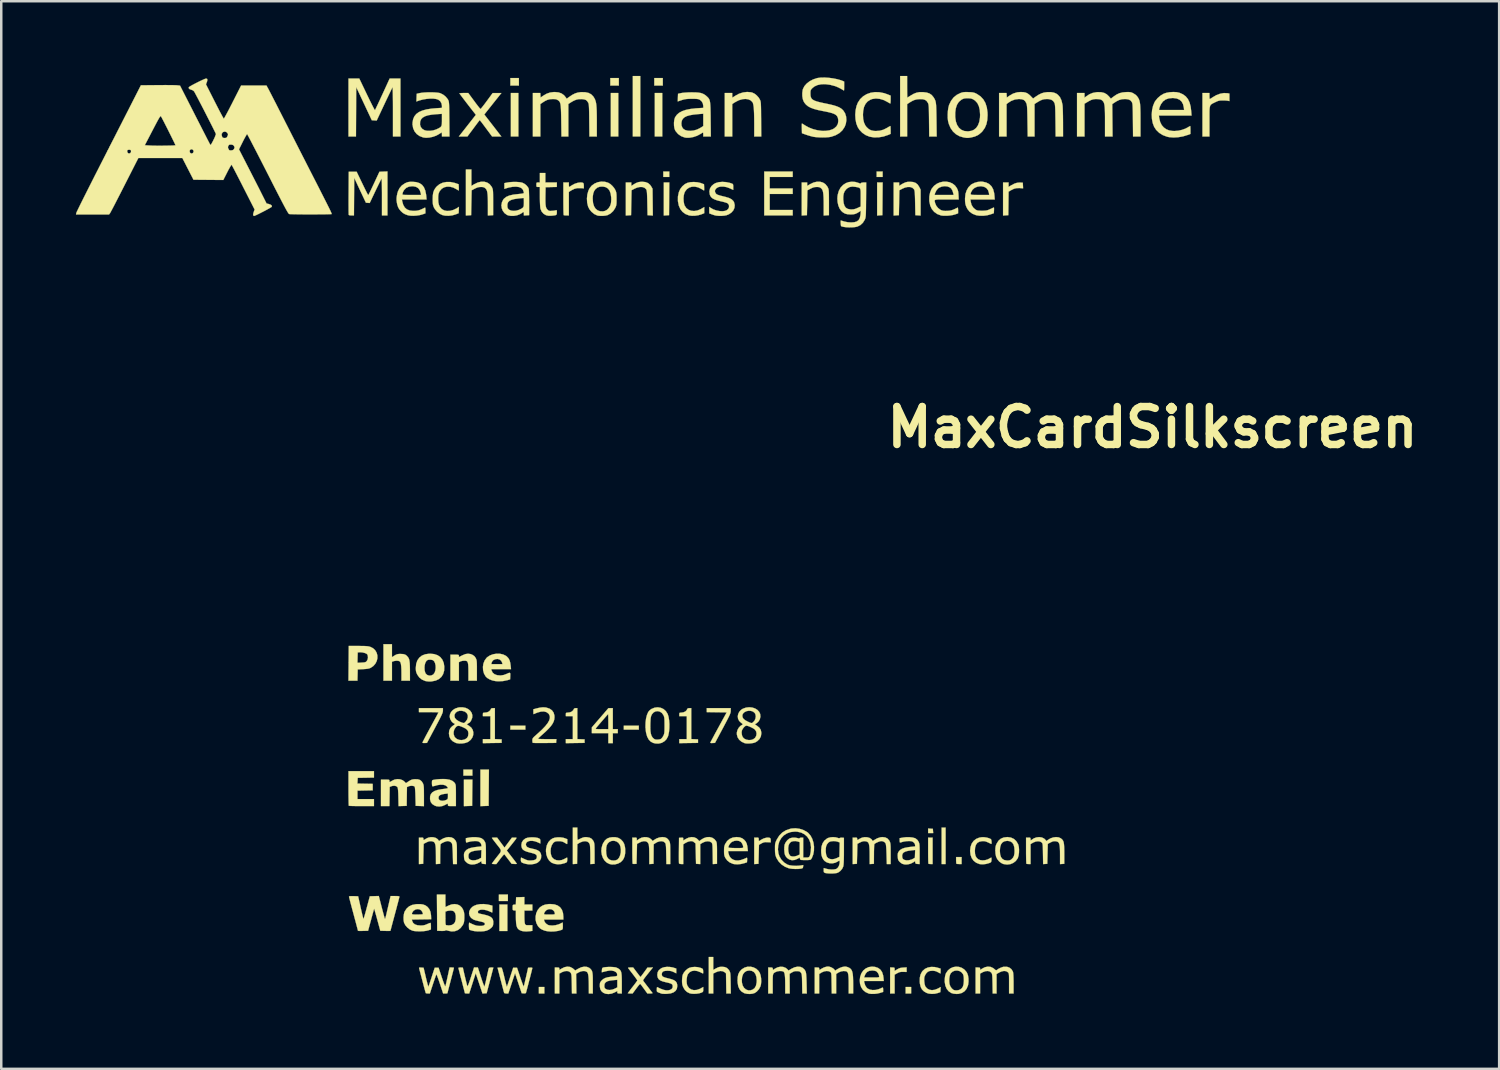
<source format=kicad_pcb>
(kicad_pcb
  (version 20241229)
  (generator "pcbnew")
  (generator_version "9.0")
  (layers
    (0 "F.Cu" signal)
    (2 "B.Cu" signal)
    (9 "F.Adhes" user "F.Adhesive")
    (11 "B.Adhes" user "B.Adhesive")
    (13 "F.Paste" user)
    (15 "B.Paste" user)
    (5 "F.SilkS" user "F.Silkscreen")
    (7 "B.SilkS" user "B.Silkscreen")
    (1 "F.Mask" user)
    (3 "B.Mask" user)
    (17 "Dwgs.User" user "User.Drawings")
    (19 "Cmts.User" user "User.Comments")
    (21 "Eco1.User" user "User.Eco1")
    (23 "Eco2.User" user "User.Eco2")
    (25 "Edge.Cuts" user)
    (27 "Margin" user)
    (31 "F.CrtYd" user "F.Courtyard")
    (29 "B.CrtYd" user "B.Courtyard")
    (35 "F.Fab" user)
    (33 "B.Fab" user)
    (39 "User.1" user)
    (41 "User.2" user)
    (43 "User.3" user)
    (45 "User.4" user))
  (footprint "MaxCardSilkscreen"
    (layer "F.Cu")
    (at 43.26 14.121)
    (property "Reference" "MaxCardSilkscreen" (at 0 0 0) (layer "F.SilkS") (effects (font (size 1.524 1.524) (thickness 0.3))))
    (attr through_hole)
    (fp_poly (pts (xy -27.328 13.995) (xy -27.689 13.995) (xy -27.689 13.754) (xy -27.328 13.754) (xy -27.328 13.995)) (stroke (width 0.01) (type solid)) (fill yes) (layer "F.SilkS"))
    (fp_poly (pts (xy -25.922 20.24) (xy -26.243 20.24) (xy -26.243 19.175) (xy -25.922 19.175) (xy -25.922 20.24)) (stroke (width 0.01) (type solid)) (fill yes) (layer "F.SilkS"))
    (fp_poly (pts (xy -25.902 19.035) (xy -26.263 19.035) (xy -26.263 18.774) (xy -25.902 18.774) (xy -25.902 19.035)) (stroke (width 0.01) (type solid)) (fill yes) (layer "F.SilkS"))
    (fp_poly (pts (xy -25.48 -11.686) (xy -25.782 -11.686) (xy -25.782 -13.433) (xy -25.48 -13.433) (xy -25.48 -11.686)) (stroke (width 0.01) (type solid)) (fill yes) (layer "F.SilkS"))
    (fp_poly (pts (xy -25.46 -13.734) (xy -25.802 -13.734) (xy -25.802 -14.035) (xy -25.46 -14.035) (xy -25.46 -13.734)) (stroke (width 0.01) (type solid)) (fill yes) (layer "F.SilkS"))
    (fp_poly (pts (xy -25.199 12.148) (xy -25.802 12.148) (xy -25.802 11.987) (xy -25.199 11.987) (xy -25.199 12.148)) (stroke (width 0.01) (type solid)) (fill yes) (layer "F.SilkS"))
    (fp_poly (pts (xy -24.436 22.75) (xy -24.657 22.75) (xy -24.657 22.489) (xy -24.436 22.489) (xy -24.436 22.75)) (stroke (width 0.01) (type solid)) (fill yes) (layer "F.SilkS"))
    (fp_poly (pts (xy -21.465 -11.686) (xy -21.766 -11.686) (xy -21.766 -13.433) (xy -21.465 -13.433) (xy -21.465 -11.686)) (stroke (width 0.01) (type solid)) (fill yes) (layer "F.SilkS"))
    (fp_poly (pts (xy -21.444 -13.734) (xy -21.786 -13.734) (xy -21.786 -14.035) (xy -21.444 -14.035) (xy -21.444 -13.734)) (stroke (width 0.01) (type solid)) (fill yes) (layer "F.SilkS"))
    (fp_poly (pts (xy -20.641 12.148) (xy -21.244 12.148) (xy -21.244 11.987) (xy -20.641 11.987) (xy -20.641 12.148)) (stroke (width 0.01) (type solid)) (fill yes) (layer "F.SilkS"))
    (fp_poly (pts (xy -20.581 -11.686) (xy -20.882 -11.686) (xy -20.882 -14.116) (xy -20.581 -14.116) (xy -20.581 -11.686)) (stroke (width 0.01) (type solid)) (fill yes) (layer "F.SilkS"))
    (fp_poly (pts (xy -19.698 -11.686) (xy -19.999 -11.686) (xy -19.999 -13.433) (xy -19.698 -13.433) (xy -19.698 -11.686)) (stroke (width 0.01) (type solid)) (fill yes) (layer "F.SilkS"))
    (fp_poly (pts (xy -19.677 -13.734) (xy -20.019 -13.734) (xy -20.019 -14.035) (xy -19.677 -14.035) (xy -19.677 -13.734)) (stroke (width 0.01) (type solid)) (fill yes) (layer "F.SilkS"))
    (fp_poly (pts (xy -19.426 -8.524) (xy -19.637 -8.511) (xy -19.637 -9.839) (xy -19.416 -9.839) (xy -19.426 -8.524)) (stroke (width 0.01) (type solid)) (fill yes) (layer "F.SilkS"))
    (fp_poly (pts (xy -19.416 -10.06) (xy -19.657 -10.06) (xy -19.657 -10.28) (xy -19.416 -10.28) (xy -19.416 -10.06)) (stroke (width 0.01) (type solid)) (fill yes) (layer "F.SilkS"))
    (fp_poly (pts (xy -10.853 -8.524) (xy -11.064 -8.511) (xy -11.064 -9.839) (xy -10.842 -9.839) (xy -10.853 -8.524)) (stroke (width 0.01) (type solid)) (fill yes) (layer "F.SilkS"))
    (fp_poly (pts (xy -10.843 -10.06) (xy -11.084 -10.06) (xy -11.084 -10.28) (xy -10.843 -10.28) (xy -10.843 -10.06)) (stroke (width 0.01) (type solid)) (fill yes) (layer "F.SilkS"))
    (fp_poly (pts (xy -9.698 22.75) (xy -9.919 22.75) (xy -9.919 22.489) (xy -9.698 22.489) (xy -9.698 22.75)) (stroke (width 0.01) (type solid)) (fill yes) (layer "F.SilkS"))
    (fp_poly (pts (xy -8.313 17.549) (xy -8.473 17.549) (xy -8.473 16.083) (xy -8.313 16.083) (xy -8.313 17.549)) (stroke (width 0.01) (type solid)) (fill yes) (layer "F.SilkS"))
    (fp_poly (pts (xy -27.338 15.21) (xy -27.503 15.216) (xy -27.669 15.222) (xy -27.669 14.156) (xy -27.327 14.156) (xy -27.338 15.21)) (stroke (width 0.01) (type solid)) (fill yes) (layer "F.SilkS"))
    (fp_poly (pts (xy -26.67 14.482) (xy -26.675 15.21) (xy -26.841 15.216) (xy -27.006 15.222) (xy -27.006 13.754) (xy -26.664 13.754) (xy -26.67 14.482)) (stroke (width 0.01) (type solid)) (fill yes) (layer "F.SilkS"))
    (fp_poly (pts (xy -8.92 16.127) (xy -8.825 16.134) (xy -8.819 16.219) (xy -8.812 16.304) (xy -9.015 16.304) (xy -9.015 16.121) (xy -8.92 16.127)) (stroke (width 0.01) (type solid)) (fill yes) (layer "F.SilkS"))
    (fp_poly (pts (xy -7.67 17.549) (xy -7.767 17.549) (xy -7.827 17.547) (xy -7.868 17.54) (xy -7.878 17.536) (xy -7.885 17.51) (xy -7.889 17.456) (xy -7.891 17.395) (xy -7.891 17.268) (xy -7.67 17.268) (xy -7.67 17.549)) (stroke (width 0.01) (type solid)) (fill yes) (layer "F.SilkS"))
    (fp_poly (pts (xy -14.457 -10.06) (xy -15.381 -10.06) (xy -15.381 -9.598) (xy -14.457 -9.598) (xy -14.457 -9.377) (xy -15.381 -9.377) (xy -15.381 -8.734) (xy -14.457 -8.734) (xy -14.457 -8.514) (xy -15.601 -8.514) (xy -15.601 -10.28) (xy -14.457 -10.28) (xy -14.457 -10.06)) (stroke (width 0.01) (type solid)) (fill yes) (layer "F.SilkS"))
    (fp_poly (pts (xy -8.835 17.549) (xy -8.912 17.549) (xy -8.965 17.546) (xy -8.999 17.538) (xy -9.002 17.536) (xy -9.006 17.513) (xy -9.009 17.455) (xy -9.012 17.368) (xy -9.014 17.258) (xy -9.015 17.129) (xy -9.015 17.004) (xy -9.015 16.485) (xy -8.835 16.485) (xy -8.835 17.549)) (stroke (width 0.01) (type solid)) (fill yes) (layer "F.SilkS"))
    (fp_poly (pts (xy -5.783 -9.661) (xy -5.668 -9.73) (xy -5.547 -9.793) (xy -5.439 -9.827) (xy -5.33 -9.836) (xy -5.305 -9.835) (xy -5.211 -9.829) (xy -5.205 -9.715) (xy -5.199 -9.602) (xy -5.327 -9.613) (xy -5.455 -9.612) (xy -5.569 -9.585) (xy -5.686 -9.527) (xy -5.697 -9.52) (xy -5.782 -9.468) (xy -5.787 -8.996) (xy -5.793 -8.524) (xy -6.004 -8.511) (xy -6.004 -9.839) (xy -5.783 -9.839) (xy -5.783 -9.661)) (stroke (width 0.01) (type solid)) (fill yes) (layer "F.SilkS"))
    (fp_poly (pts (xy -23.111 12.528) (xy -22.965 12.533) (xy -22.82 12.539) (xy -22.82 12.68) (xy -23.573 12.691) (xy -23.573 12.529) (xy -23.292 12.529) (xy -23.292 11.606) (xy -23.573 11.606) (xy -23.573 11.535) (xy -23.57 11.488) (xy -23.552 11.469) (xy -23.508 11.465) (xy -23.502 11.465) (xy -23.408 11.453) (xy -23.329 11.418) (xy -23.277 11.367) (xy -23.266 11.345) (xy -23.242 11.302) (xy -23.205 11.286) (xy -23.177 11.284) (xy -23.111 11.284) (xy -23.111 12.528)) (stroke (width 0.01) (type solid)) (fill yes) (layer "F.SilkS"))
    (fp_poly (pts (xy -18.533 12.527) (xy -18.397 12.533) (xy -18.262 12.539) (xy -18.262 12.68) (xy -19.015 12.691) (xy -19.015 12.529) (xy -18.714 12.529) (xy -18.714 11.606) (xy -19.015 11.606) (xy -19.015 11.535) (xy -19.012 11.488) (xy -18.994 11.469) (xy -18.951 11.465) (xy -18.944 11.465) (xy -18.85 11.453) (xy -18.771 11.418) (xy -18.719 11.367) (xy -18.708 11.345) (xy -18.687 11.304) (xy -18.655 11.287) (xy -18.609 11.284) (xy -18.533 11.284) (xy -18.533 12.527)) (stroke (width 0.01) (type solid)) (fill yes) (layer "F.SilkS"))
    (fp_poly (pts (xy -9.879 21.885) (xy -10.014 21.881) (xy -10.097 21.882) (xy -10.16 21.892) (xy -10.221 21.917) (xy -10.255 21.935) (xy -10.361 21.993) (xy -10.361 22.75) (xy -10.542 22.75) (xy -10.542 21.705) (xy -10.451 21.705) (xy -10.396 21.707) (xy -10.369 21.717) (xy -10.361 21.744) (xy -10.361 21.775) (xy -10.361 21.844) (xy -10.258 21.78) (xy -10.187 21.742) (xy -10.119 21.72) (xy -10.034 21.71) (xy -10.017 21.709) (xy -9.879 21.701) (xy -9.879 21.885)) (stroke (width 0.01) (type solid)) (fill yes) (layer "F.SilkS"))
    (fp_poly (pts (xy -26.424 12.527) (xy -26.288 12.533) (xy -26.153 12.539) (xy -26.153 12.68) (xy -26.529 12.685) (xy -26.906 12.691) (xy -26.906 12.529) (xy -26.605 12.529) (xy -26.605 11.606) (xy -26.906 11.606) (xy -26.906 11.535) (xy -26.903 11.488) (xy -26.886 11.469) (xy -26.842 11.465) (xy -26.835 11.465) (xy -26.741 11.453) (xy -26.663 11.418) (xy -26.61 11.367) (xy -26.599 11.345) (xy -26.578 11.304) (xy -26.546 11.287) (xy -26.5 11.284) (xy -26.424 11.284) (xy -26.424 12.527)) (stroke (width 0.01) (type solid)) (fill yes) (layer "F.SilkS"))
    (fp_poly (pts (xy -31.283 14.074) (xy -31.609 14.08) (xy -31.936 14.085) (xy -31.948 14.315) (xy -31.333 14.326) (xy -31.333 14.587) (xy -31.64 14.593) (xy -31.946 14.599) (xy -31.946 14.939) (xy -31.283 14.939) (xy -31.283 15.22) (xy -31.782 15.22) (xy -31.919 15.219) (xy -32.044 15.218) (xy -32.149 15.216) (xy -32.229 15.213) (xy -32.279 15.209) (xy -32.294 15.207) (xy -32.297 15.184) (xy -32.3 15.126) (xy -32.302 15.037) (xy -32.304 14.922) (xy -32.306 14.786) (xy -32.307 14.634) (xy -32.307 14.504) (xy -32.307 13.814) (xy -31.283 13.814) (xy -31.283 14.074)) (stroke (width 0.01) (type solid)) (fill yes) (layer "F.SilkS"))
    (fp_poly (pts (xy -16.947 11.39) (xy -16.948 11.421) (xy -16.953 11.453) (xy -16.964 11.49) (xy -16.981 11.537) (xy -17.009 11.598) (xy -17.047 11.676) (xy -17.098 11.776) (xy -17.165 11.903) (xy -17.248 12.06) (xy -17.263 12.088) (xy -17.579 12.68) (xy -17.675 12.686) (xy -17.73 12.687) (xy -17.764 12.681) (xy -17.77 12.676) (xy -17.76 12.655) (xy -17.734 12.603) (xy -17.693 12.525) (xy -17.638 12.423) (xy -17.574 12.303) (xy -17.501 12.169) (xy -17.44 12.057) (xy -17.11 11.455) (xy -17.51 11.45) (xy -17.911 11.444) (xy -17.911 11.284) (xy -16.947 11.284) (xy -16.947 11.39)) (stroke (width 0.01) (type solid)) (fill yes) (layer "F.SilkS"))
    (fp_poly (pts (xy -15.857 16.486) (xy -15.831 16.497) (xy -15.823 16.524) (xy -15.822 16.555) (xy -15.82 16.602) (xy -15.814 16.625) (xy -15.813 16.625) (xy -15.792 16.615) (xy -15.751 16.589) (xy -15.73 16.576) (xy -15.626 16.521) (xy -15.514 16.49) (xy -15.457 16.485) (xy -15.391 16.491) (xy -15.355 16.514) (xy -15.342 16.562) (xy -15.34 16.593) (xy -15.34 16.677) (xy -15.476 16.671) (xy -15.557 16.669) (xy -15.616 16.678) (xy -15.672 16.699) (xy -15.712 16.72) (xy -15.812 16.776) (xy -15.822 17.158) (xy -15.832 17.539) (xy -15.918 17.545) (xy -16.003 17.551) (xy -16.003 16.485) (xy -15.913 16.485) (xy -15.857 16.486)) (stroke (width 0.01) (type solid)) (fill yes) (layer "F.SilkS"))
    (fp_poly (pts (xy -17.649 21.802) (xy -17.534 21.739) (xy -17.454 21.7) (xy -17.383 21.681) (xy -17.3 21.676) (xy -17.298 21.676) (xy -17.185 21.688) (xy -17.099 21.725) (xy -17.031 21.793) (xy -17.004 21.834) (xy -16.988 21.864) (xy -16.976 21.894) (xy -16.967 21.931) (xy -16.961 21.982) (xy -16.957 22.051) (xy -16.954 22.145) (xy -16.951 22.271) (xy -16.95 22.333) (xy -16.944 22.75) (xy -17.124 22.75) (xy -17.131 22.346) (xy -17.137 21.943) (xy -17.194 21.894) (xy -17.27 21.855) (xy -17.365 21.846) (xy -17.473 21.868) (xy -17.545 21.898) (xy -17.649 21.95) (xy -17.649 22.75) (xy -17.83 22.75) (xy -17.83 21.284) (xy -17.649 21.284) (xy -17.649 21.802)) (stroke (width 0.01) (type solid)) (fill yes) (layer "F.SilkS"))
    (fp_poly (pts (xy -30.56 9.235) (xy -30.457 9.17) (xy -30.396 9.135) (xy -30.343 9.116) (xy -30.282 9.107) (xy -30.207 9.106) (xy -30.104 9.112) (xy -30.027 9.134) (xy -29.965 9.178) (xy -29.913 9.239) (xy -29.888 9.279) (xy -29.869 9.328) (xy -29.856 9.391) (xy -29.846 9.475) (xy -29.841 9.585) (xy -29.838 9.726) (xy -29.838 9.814) (xy -29.837 10.18) (xy -30.179 10.18) (xy -30.179 9.884) (xy -30.181 9.728) (xy -30.188 9.608) (xy -30.199 9.518) (xy -30.215 9.456) (xy -30.237 9.416) (xy -30.252 9.403) (xy -30.305 9.383) (xy -30.38 9.378) (xy -30.462 9.389) (xy -30.497 9.399) (xy -30.56 9.421) (xy -30.56 10.18) (xy -30.902 10.18) (xy -30.902 8.714) (xy -30.56 8.714) (xy -30.56 9.235)) (stroke (width 0.01) (type solid)) (fill yes) (layer "F.SilkS"))
    (fp_poly (pts (xy -20.371 -9.854) (xy -20.268 -9.813) (xy -20.186 -9.742) (xy -20.145 -9.683) (xy -20.089 -9.588) (xy -20.083 -9.05) (xy -20.077 -8.511) (xy -20.183 -8.517) (xy -20.29 -8.524) (xy -20.3 -9.016) (xy -20.303 -9.173) (xy -20.307 -9.295) (xy -20.311 -9.386) (xy -20.316 -9.453) (xy -20.323 -9.501) (xy -20.331 -9.534) (xy -20.342 -9.558) (xy -20.346 -9.565) (xy -20.408 -9.624) (xy -20.493 -9.655) (xy -20.595 -9.658) (xy -20.71 -9.633) (xy -20.805 -9.592) (xy -20.932 -9.526) (xy -20.942 -9.025) (xy -20.952 -8.524) (xy -21.163 -8.511) (xy -21.163 -9.839) (xy -20.942 -9.839) (xy -20.942 -9.7) (xy -20.857 -9.756) (xy -20.751 -9.817) (xy -20.655 -9.853) (xy -20.551 -9.867) (xy -20.501 -9.868) (xy -20.371 -9.854)) (stroke (width 0.01) (type solid)) (fill yes) (layer "F.SilkS"))
    (fp_poly (pts (xy -23.452 -9.748) (xy -23.45 -9.694) (xy -23.444 -9.662) (xy -23.441 -9.658) (xy -23.419 -9.669) (xy -23.376 -9.696) (xy -23.338 -9.721) (xy -23.216 -9.787) (xy -23.087 -9.828) (xy -22.989 -9.839) (xy -22.916 -9.835) (xy -22.874 -9.819) (xy -22.855 -9.783) (xy -22.85 -9.718) (xy -22.85 -9.708) (xy -22.85 -9.602) (xy -22.975 -9.612) (xy -23.113 -9.611) (xy -23.235 -9.581) (xy -23.357 -9.519) (xy -23.357 -9.518) (xy -23.452 -9.458) (xy -23.452 -8.514) (xy -23.549 -8.514) (xy -23.609 -8.516) (xy -23.65 -8.523) (xy -23.66 -8.527) (xy -23.663 -8.55) (xy -23.666 -8.607) (xy -23.669 -8.696) (xy -23.671 -8.81) (xy -23.672 -8.944) (xy -23.673 -9.095) (xy -23.673 -9.19) (xy -23.673 -9.839) (xy -23.452 -9.839) (xy -23.452 -9.748)) (stroke (width 0.01) (type solid)) (fill yes) (layer "F.SilkS"))
    (fp_poly (pts (xy -28.512 11.381) (xy -28.514 11.41) (xy -28.52 11.443) (xy -28.533 11.483) (xy -28.554 11.535) (xy -28.585 11.602) (xy -28.628 11.689) (xy -28.685 11.8) (xy -28.758 11.938) (xy -28.832 12.078) (xy -29.152 12.68) (xy -29.244 12.686) (xy -29.307 12.685) (xy -29.334 12.673) (xy -29.335 12.669) (xy -29.326 12.646) (xy -29.3 12.593) (xy -29.258 12.513) (xy -29.205 12.41) (xy -29.14 12.29) (xy -29.068 12.156) (xy -29.014 12.057) (xy -28.938 11.917) (xy -28.868 11.788) (xy -28.806 11.674) (xy -28.756 11.58) (xy -28.719 11.51) (xy -28.698 11.468) (xy -28.693 11.457) (xy -28.712 11.453) (xy -28.765 11.45) (xy -28.846 11.448) (xy -28.949 11.446) (xy -29.068 11.445) (xy -29.085 11.445) (xy -29.476 11.445) (xy -29.476 11.284) (xy -28.512 11.284) (xy -28.512 11.381)) (stroke (width 0.01) (type solid)) (fill yes) (layer "F.SilkS"))
    (fp_poly (pts (xy -21.685 12.128) (xy -21.485 12.128) (xy -21.485 12.288) (xy -21.685 12.288) (xy -21.685 12.69) (xy -21.866 12.69) (xy -21.866 12.288) (xy -22.529 12.288) (xy -22.528 12.173) (xy -22.528 12.107) (xy -22.374 12.107) (xy -22.371 12.117) (xy -22.349 12.123) (xy -22.303 12.126) (xy -22.228 12.127) (xy -22.13 12.128) (xy -21.866 12.128) (xy -21.866 11.827) (xy -21.867 11.722) (xy -21.868 11.633) (xy -21.87 11.567) (xy -21.873 11.53) (xy -21.874 11.525) (xy -21.889 11.54) (xy -21.924 11.579) (xy -21.976 11.637) (xy -22.038 11.709) (xy -22.107 11.788) (xy -22.178 11.87) (xy -22.244 11.947) (xy -22.302 12.015) (xy -22.346 12.068) (xy -22.366 12.093) (xy -22.374 12.107) (xy -22.528 12.107) (xy -22.528 12.057) (xy -22.195 11.671) (xy -21.862 11.284) (xy -21.685 11.284) (xy -21.685 12.128)) (stroke (width 0.01) (type solid)) (fill yes) (layer "F.SilkS"))
    (fp_poly (pts (xy -9.618 -9.857) (xy -9.516 -9.821) (xy -9.436 -9.756) (xy -9.372 -9.659) (xy -9.317 -9.55) (xy -9.317 -8.511) (xy -9.528 -8.524) (xy -9.538 -9.016) (xy -9.541 -9.173) (xy -9.545 -9.295) (xy -9.549 -9.386) (xy -9.554 -9.453) (xy -9.56 -9.501) (xy -9.569 -9.534) (xy -9.58 -9.558) (xy -9.584 -9.565) (xy -9.645 -9.624) (xy -9.73 -9.655) (xy -9.833 -9.658) (xy -9.947 -9.633) (xy -10.043 -9.592) (xy -10.17 -9.526) (xy -10.18 -9.025) (xy -10.19 -8.524) (xy -10.401 -8.511) (xy -10.401 -9.839) (xy -10.18 -9.839) (xy -10.18 -9.765) (xy -10.178 -9.719) (xy -10.17 -9.706) (xy -10.149 -9.72) (xy -10.145 -9.723) (xy -10.108 -9.749) (xy -10.05 -9.783) (xy -9.999 -9.81) (xy -9.922 -9.844) (xy -9.847 -9.862) (xy -9.756 -9.867) (xy -9.748 -9.867) (xy -9.618 -9.857)) (stroke (width 0.01) (type solid)) (fill yes) (layer "F.SilkS"))
    (fp_poly (pts (xy 2.289 -13.312) (xy 2.291 -13.249) (xy 2.297 -13.205) (xy 2.304 -13.192) (xy 2.327 -13.203) (xy 2.372 -13.231) (xy 2.415 -13.26) (xy 2.563 -13.347) (xy 2.718 -13.405) (xy 2.871 -13.432) (xy 3.015 -13.425) (xy 3.02 -13.425) (xy 3.092 -13.411) (xy 3.092 -13.108) (xy 3.033 -13.121) (xy 2.984 -13.128) (xy 2.91 -13.133) (xy 2.826 -13.135) (xy 2.82 -13.135) (xy 2.734 -13.133) (xy 2.668 -13.124) (xy 2.605 -13.103) (xy 2.525 -13.066) (xy 2.523 -13.065) (xy 2.459 -13.034) (xy 2.408 -13.008) (xy 2.368 -12.983) (xy 2.338 -12.954) (xy 2.317 -12.917) (xy 2.303 -12.866) (xy 2.294 -12.797) (xy 2.29 -12.705) (xy 2.289 -12.586) (xy 2.289 -12.436) (xy 2.289 -12.298) (xy 2.289 -11.686) (xy 2.008 -11.686) (xy 2.008 -13.433) (xy 2.289 -13.433) (xy 2.289 -13.312)) (stroke (width 0.01) (type solid)) (fill yes) (layer "F.SilkS"))
    (fp_poly (pts (xy -27.396 9.112) (xy -27.327 9.141) (xy -27.25 9.193) (xy -27.196 9.267) (xy -27.192 9.276) (xy -27.177 9.309) (xy -27.165 9.342) (xy -27.157 9.381) (xy -27.152 9.434) (xy -27.149 9.506) (xy -27.147 9.604) (xy -27.147 9.734) (xy -27.147 9.773) (xy -27.147 10.18) (xy -27.488 10.18) (xy -27.488 9.837) (xy -27.489 9.696) (xy -27.493 9.589) (xy -27.5 9.511) (xy -27.512 9.457) (xy -27.528 9.42) (xy -27.551 9.396) (xy -27.556 9.392) (xy -27.6 9.38) (xy -27.666 9.378) (xy -27.738 9.386) (xy -27.799 9.402) (xy -27.81 9.408) (xy -27.87 9.438) (xy -27.87 10.18) (xy -28.211 10.18) (xy -28.211 9.136) (xy -28.04 9.136) (xy -27.958 9.136) (xy -27.907 9.139) (xy -27.881 9.147) (xy -27.871 9.162) (xy -27.87 9.185) (xy -27.87 9.233) (xy -27.738 9.165) (xy -27.614 9.113) (xy -27.502 9.096) (xy -27.396 9.112)) (stroke (width 0.01) (type solid)) (fill yes) (layer "F.SilkS"))
    (fp_poly (pts (xy -27.368 -9.701) (xy -27.255 -9.769) (xy -27.115 -9.836) (xy -26.979 -9.869) (xy -26.851 -9.869) (xy -26.735 -9.836) (xy -26.636 -9.771) (xy -26.559 -9.675) (xy -26.542 -9.644) (xy -26.527 -9.613) (xy -26.516 -9.583) (xy -26.508 -9.548) (xy -26.502 -9.503) (xy -26.498 -9.443) (xy -26.496 -9.361) (xy -26.495 -9.253) (xy -26.494 -9.113) (xy -26.494 -9.036) (xy -26.494 -8.524) (xy -26.705 -8.511) (xy -26.705 -8.909) (xy -26.706 -9.089) (xy -26.71 -9.233) (xy -26.717 -9.346) (xy -26.727 -9.433) (xy -26.742 -9.499) (xy -26.763 -9.549) (xy -26.789 -9.586) (xy -26.805 -9.603) (xy -26.848 -9.635) (xy -26.893 -9.652) (xy -26.956 -9.658) (xy -26.985 -9.658) (xy -27.063 -9.653) (xy -27.132 -9.636) (xy -27.21 -9.601) (xy -27.231 -9.591) (xy -27.358 -9.523) (xy -27.368 -9.023) (xy -27.378 -8.524) (xy -27.589 -8.511) (xy -27.589 -10.361) (xy -27.368 -10.361) (xy -27.368 -9.701)) (stroke (width 0.01) (type solid)) (fill yes) (layer "F.SilkS"))
    (fp_poly (pts (xy -13.358 -9.869) (xy -13.242 -9.836) (xy -13.143 -9.771) (xy -13.065 -9.675) (xy -13.048 -9.644) (xy -13.034 -9.613) (xy -13.023 -9.583) (xy -13.014 -9.548) (xy -13.009 -9.503) (xy -13.005 -9.443) (xy -13.003 -9.361) (xy -13.002 -9.253) (xy -13.001 -9.113) (xy -13.001 -9.036) (xy -13.001 -8.524) (xy -13.212 -8.511) (xy -13.212 -8.909) (xy -13.213 -9.089) (xy -13.217 -9.233) (xy -13.224 -9.346) (xy -13.234 -9.433) (xy -13.249 -9.499) (xy -13.269 -9.549) (xy -13.296 -9.586) (xy -13.312 -9.603) (xy -13.355 -9.635) (xy -13.399 -9.652) (xy -13.463 -9.658) (xy -13.492 -9.658) (xy -13.57 -9.653) (xy -13.639 -9.636) (xy -13.717 -9.601) (xy -13.737 -9.591) (xy -13.865 -9.523) (xy -13.875 -9.023) (xy -13.885 -8.524) (xy -14.095 -8.511) (xy -14.095 -9.839) (xy -13.875 -9.839) (xy -13.875 -9.701) (xy -13.762 -9.769) (xy -13.622 -9.836) (xy -13.486 -9.869) (xy -13.358 -9.869)) (stroke (width 0.01) (type solid)) (fill yes) (layer "F.SilkS"))
    (fp_poly (pts (xy -25.239 19.175) (xy -24.918 19.175) (xy -24.918 19.416) (xy -25.239 19.416) (xy -25.239 19.662) (xy -25.236 19.793) (xy -25.229 19.89) (xy -25.217 19.949) (xy -25.213 19.959) (xy -25.196 19.985) (xy -25.172 20) (xy -25.13 20.007) (xy -25.06 20.007) (xy -25.053 20.007) (xy -24.918 20.006) (xy -24.918 20.234) (xy -25.011 20.247) (xy -25.163 20.258) (xy -25.293 20.249) (xy -25.367 20.23) (xy -25.436 20.199) (xy -25.49 20.158) (xy -25.529 20.102) (xy -25.555 20.025) (xy -25.571 19.923) (xy -25.579 19.79) (xy -25.581 19.668) (xy -25.581 19.419) (xy -25.646 19.413) (xy -25.683 19.407) (xy -25.703 19.394) (xy -25.71 19.361) (xy -25.711 19.299) (xy -25.711 19.296) (xy -25.71 19.233) (xy -25.703 19.199) (xy -25.684 19.185) (xy -25.648 19.179) (xy -25.647 19.179) (xy -25.582 19.173) (xy -25.577 19.029) (xy -25.571 18.884) (xy -25.405 18.879) (xy -25.239 18.873) (xy -25.239 19.175)) (stroke (width 0.01) (type solid)) (fill yes) (layer "F.SilkS"))
    (fp_poly (pts (xy -23.111 16.336) (xy -23.11 16.431) (xy -23.107 16.508) (xy -23.102 16.56) (xy -23.097 16.581) (xy -23.096 16.581) (xy -22.995 16.531) (xy -22.92 16.497) (xy -22.861 16.477) (xy -22.81 16.468) (xy -22.757 16.467) (xy -22.727 16.469) (xy -22.62 16.488) (xy -22.541 16.529) (xy -22.48 16.599) (xy -22.458 16.637) (xy -22.445 16.667) (xy -22.435 16.701) (xy -22.427 16.744) (xy -22.423 16.802) (xy -22.42 16.882) (xy -22.419 16.991) (xy -22.418 17.127) (xy -22.418 17.539) (xy -22.504 17.545) (xy -22.589 17.551) (xy -22.589 17.194) (xy -22.59 17.072) (xy -22.594 16.959) (xy -22.598 16.864) (xy -22.605 16.793) (xy -22.61 16.761) (xy -22.648 16.691) (xy -22.711 16.647) (xy -22.794 16.63) (xy -22.89 16.641) (xy -22.995 16.681) (xy -23.024 16.696) (xy -23.11 16.747) (xy -23.121 17.539) (xy -23.206 17.545) (xy -23.292 17.551) (xy -23.292 16.083) (xy -23.111 16.083) (xy -23.111 16.336)) (stroke (width 0.01) (type solid)) (fill yes) (layer "F.SilkS"))
    (fp_poly (pts (xy -31.916 8.785) (xy -31.773 8.786) (xy -31.663 8.788) (xy -31.58 8.793) (xy -31.516 8.8) (xy -31.466 8.811) (xy -31.431 8.821) (xy -31.318 8.878) (xy -31.233 8.959) (xy -31.176 9.056) (xy -31.146 9.165) (xy -31.145 9.279) (xy -31.172 9.392) (xy -31.227 9.499) (xy -31.31 9.593) (xy -31.414 9.664) (xy -31.465 9.685) (xy -31.528 9.7) (xy -31.614 9.71) (xy -31.715 9.717) (xy -31.936 9.728) (xy -31.941 9.954) (xy -31.947 10.18) (xy -32.308 10.18) (xy -32.302 9.462) (xy -31.947 9.462) (xy -31.784 9.454) (xy -31.701 9.449) (xy -31.647 9.441) (xy -31.612 9.428) (xy -31.585 9.404) (xy -31.572 9.391) (xy -31.536 9.323) (xy -31.524 9.241) (xy -31.535 9.162) (xy -31.554 9.122) (xy -31.595 9.091) (xy -31.662 9.065) (xy -31.744 9.046) (xy -31.828 9.038) (xy -31.87 9.039) (xy -31.936 9.046) (xy -31.947 9.462) (xy -32.302 9.462) (xy -32.297 8.785) (xy -31.916 8.785)) (stroke (width 0.01) (type solid)) (fill yes) (layer "F.SilkS"))
    (fp_poly (pts (xy -31.565 -13.372) (xy -31.493 -13.224) (xy -31.427 -13.089) (xy -31.368 -12.971) (xy -31.318 -12.873) (xy -31.279 -12.8) (xy -31.253 -12.756) (xy -31.243 -12.744) (xy -31.231 -12.766) (xy -31.205 -12.819) (xy -31.167 -12.901) (xy -31.117 -13.006) (xy -31.059 -13.13) (xy -30.995 -13.27) (xy -30.94 -13.388) (xy -30.652 -14.015) (xy -30.219 -14.015) (xy -30.219 -11.686) (xy -30.52 -11.686) (xy -30.52 -12.684) (xy -30.52 -12.888) (xy -30.521 -13.076) (xy -30.523 -13.244) (xy -30.525 -13.388) (xy -30.528 -13.505) (xy -30.531 -13.592) (xy -30.534 -13.646) (xy -30.537 -13.663) (xy -30.538 -13.663) (xy -30.55 -13.641) (xy -30.577 -13.587) (xy -30.617 -13.504) (xy -30.668 -13.398) (xy -30.728 -13.273) (xy -30.795 -13.132) (xy -30.864 -12.986) (xy -31.173 -12.328) (xy -31.271 -12.333) (xy -31.37 -12.339) (xy -31.996 -13.672) (xy -32.001 -12.679) (xy -32.006 -11.686) (xy -32.307 -11.686) (xy -32.307 -14.015) (xy -31.873 -14.015) (xy -31.565 -13.372)) (stroke (width 0.01) (type solid)) (fill yes) (layer "F.SilkS"))
    (fp_poly (pts (xy -8.75 21.687) (xy -8.629 21.715) (xy -8.514 21.751) (xy -8.514 21.849) (xy -8.515 21.905) (xy -8.518 21.94) (xy -8.521 21.946) (xy -8.541 21.937) (xy -8.585 21.914) (xy -8.626 21.892) (xy -8.702 21.856) (xy -8.778 21.84) (xy -8.848 21.836) (xy -8.952 21.846) (xy -9.03 21.879) (xy -9.092 21.941) (xy -9.132 22.008) (xy -9.157 22.062) (xy -9.17 22.114) (xy -9.173 22.18) (xy -9.171 22.25) (xy -9.158 22.368) (xy -9.133 22.453) (xy -9.124 22.47) (xy -9.056 22.549) (xy -8.967 22.598) (xy -8.861 22.616) (xy -8.746 22.601) (xy -8.625 22.553) (xy -8.623 22.552) (xy -8.512 22.491) (xy -8.518 22.594) (xy -8.524 22.696) (xy -8.624 22.731) (xy -8.743 22.76) (xy -8.871 22.767) (xy -8.992 22.754) (xy -9.076 22.728) (xy -9.185 22.665) (xy -9.264 22.585) (xy -9.316 22.483) (xy -9.346 22.354) (xy -9.353 22.275) (xy -9.35 22.12) (xy -9.322 21.992) (xy -9.266 21.882) (xy -9.237 21.843) (xy -9.144 21.761) (xy -9.028 21.707) (xy -8.894 21.682) (xy -8.75 21.687)) (stroke (width 0.01) (type solid)) (fill yes) (layer "F.SilkS"))
    (fp_poly (pts (xy -18.29 -9.848) (xy -18.163 -9.82) (xy -18.141 -9.812) (xy -18.021 -9.768) (xy -18.015 -9.643) (xy -18.013 -9.578) (xy -18.015 -9.533) (xy -18.019 -9.517) (xy -18.04 -9.527) (xy -18.084 -9.552) (xy -18.125 -9.578) (xy -18.257 -9.642) (xy -18.386 -9.671) (xy -18.509 -9.668) (xy -18.619 -9.632) (xy -18.713 -9.566) (xy -18.785 -9.47) (xy -18.809 -9.418) (xy -18.834 -9.318) (xy -18.844 -9.198) (xy -18.838 -9.074) (xy -18.818 -8.964) (xy -18.8 -8.913) (xy -18.736 -8.815) (xy -18.648 -8.744) (xy -18.54 -8.703) (xy -18.42 -8.692) (xy -18.291 -8.711) (xy -18.161 -8.763) (xy -18.124 -8.784) (xy -18.011 -8.852) (xy -18.011 -8.604) (xy -18.136 -8.555) (xy -18.251 -8.522) (xy -18.38 -8.503) (xy -18.507 -8.5) (xy -18.616 -8.513) (xy -18.619 -8.514) (xy -18.763 -8.569) (xy -18.882 -8.655) (xy -18.973 -8.77) (xy -19.035 -8.911) (xy -19.07 -9.089) (xy -19.069 -9.273) (xy -19.033 -9.448) (xy -18.977 -9.574) (xy -18.893 -9.685) (xy -18.789 -9.773) (xy -18.685 -9.825) (xy -18.567 -9.851) (xy -18.431 -9.858) (xy -18.29 -9.848)) (stroke (width 0.01) (type solid)) (fill yes) (layer "F.SilkS"))
    (fp_poly (pts (xy -16.132 -13.463) (xy -16.079 -13.449) (xy -15.991 -13.407) (xy -15.903 -13.337) (xy -15.825 -13.251) (xy -15.78 -13.177) (xy -15.767 -13.151) (xy -15.757 -13.125) (xy -15.748 -13.095) (xy -15.742 -13.056) (xy -15.737 -13.004) (xy -15.734 -12.935) (xy -15.731 -12.844) (xy -15.729 -12.727) (xy -15.728 -12.578) (xy -15.726 -12.394) (xy -15.726 -12.384) (xy -15.72 -11.686) (xy -16.003 -11.686) (xy -16.003 -12.213) (xy -16.005 -12.43) (xy -16.009 -12.611) (xy -16.016 -12.757) (xy -16.025 -12.873) (xy -16.039 -12.962) (xy -16.055 -13.026) (xy -16.075 -13.067) (xy -16.142 -13.134) (xy -16.234 -13.177) (xy -16.345 -13.195) (xy -16.468 -13.187) (xy -16.594 -13.152) (xy -16.643 -13.132) (xy -16.717 -13.094) (xy -16.785 -13.057) (xy -16.828 -13.03) (xy -16.886 -12.988) (xy -16.886 -11.686) (xy -17.188 -11.686) (xy -17.188 -13.433) (xy -16.886 -13.433) (xy -16.886 -13.343) (xy -16.885 -13.289) (xy -16.881 -13.256) (xy -16.878 -13.252) (xy -16.859 -13.262) (xy -16.816 -13.289) (xy -16.768 -13.321) (xy -16.616 -13.404) (xy -16.453 -13.456) (xy -16.289 -13.476) (xy -16.132 -13.463)) (stroke (width 0.01) (type solid)) (fill yes) (layer "F.SilkS"))
    (fp_poly (pts (xy -30.741 -8.514) (xy -30.962 -8.514) (xy -30.962 -9.258) (xy -30.962 -9.425) (xy -30.964 -9.58) (xy -30.965 -9.716) (xy -30.968 -9.829) (xy -30.971 -9.916) (xy -30.974 -9.971) (xy -30.978 -9.992) (xy -30.979 -9.991) (xy -30.991 -9.971) (xy -31.019 -9.92) (xy -31.058 -9.841) (xy -31.107 -9.741) (xy -31.164 -9.624) (xy -31.225 -9.497) (xy -31.454 -9.014) (xy -31.531 -9.02) (xy -31.607 -9.026) (xy -31.842 -9.525) (xy -32.076 -10.025) (xy -32.082 -9.269) (xy -32.087 -8.514) (xy -32.188 -8.514) (xy -32.255 -8.518) (xy -32.293 -8.532) (xy -32.298 -8.539) (xy -32.3 -8.563) (xy -32.301 -8.624) (xy -32.303 -8.716) (xy -32.303 -8.836) (xy -32.304 -8.979) (xy -32.304 -9.14) (xy -32.303 -9.316) (xy -32.302 -9.417) (xy -32.297 -10.27) (xy -31.979 -10.27) (xy -31.754 -9.802) (xy -31.693 -9.676) (xy -31.637 -9.562) (xy -31.589 -9.466) (xy -31.551 -9.392) (xy -31.525 -9.346) (xy -31.515 -9.331) (xy -31.503 -9.347) (xy -31.477 -9.395) (xy -31.439 -9.47) (xy -31.391 -9.568) (xy -31.337 -9.683) (xy -31.282 -9.799) (xy -31.063 -10.27) (xy -30.902 -10.276) (xy -30.741 -10.282) (xy -30.741 -8.514)) (stroke (width 0.01) (type solid)) (fill yes) (layer "F.SilkS"))
    (fp_poly (pts (xy -24.396 -9.839) (xy -23.934 -9.839) (xy -23.934 -9.659) (xy -24.16 -9.654) (xy -24.386 -9.648) (xy -24.392 -9.337) (xy -24.394 -9.176) (xy -24.393 -9.049) (xy -24.388 -8.952) (xy -24.378 -8.879) (xy -24.363 -8.824) (xy -24.341 -8.782) (xy -24.313 -8.749) (xy -24.277 -8.716) (xy -24.244 -8.7) (xy -24.199 -8.695) (xy -24.129 -8.699) (xy -24.057 -8.706) (xy -23.998 -8.716) (xy -23.969 -8.724) (xy -23.949 -8.728) (xy -23.938 -8.711) (xy -23.934 -8.666) (xy -23.934 -8.638) (xy -23.936 -8.587) (xy -23.945 -8.553) (xy -23.969 -8.531) (xy -24.015 -8.518) (xy -24.089 -8.509) (xy -24.155 -8.503) (xy -24.276 -8.503) (xy -24.366 -8.522) (xy -24.466 -8.58) (xy -24.543 -8.666) (xy -24.59 -8.775) (xy -24.595 -8.793) (xy -24.602 -8.847) (xy -24.608 -8.932) (xy -24.613 -9.04) (xy -24.616 -9.162) (xy -24.617 -9.278) (xy -24.617 -9.658) (xy -24.687 -9.658) (xy -24.73 -9.66) (xy -24.751 -9.673) (xy -24.757 -9.708) (xy -24.757 -9.748) (xy -24.756 -9.804) (xy -24.746 -9.83) (xy -24.718 -9.838) (xy -24.687 -9.839) (xy -24.617 -9.839) (xy -24.617 -10.22) (xy -24.396 -10.22) (xy -24.396 -9.839)) (stroke (width 0.01) (type solid)) (fill yes) (layer "F.SilkS"))
    (fp_poly (pts (xy -16.031 21.701) (xy -15.921 21.758) (xy -15.831 21.842) (xy -15.783 21.916) (xy -15.748 22.015) (xy -15.727 22.136) (xy -15.721 22.263) (xy -15.732 22.383) (xy -15.752 22.462) (xy -15.814 22.577) (xy -15.9 22.673) (xy -15.985 22.731) (xy -16.071 22.758) (xy -16.178 22.77) (xy -16.289 22.764) (xy -16.388 22.743) (xy -16.415 22.732) (xy -16.519 22.667) (xy -16.595 22.578) (xy -16.645 22.461) (xy -16.67 22.315) (xy -16.674 22.228) (xy -16.673 22.212) (xy -16.503 22.212) (xy -16.496 22.319) (xy -16.466 22.433) (xy -16.411 22.524) (xy -16.337 22.588) (xy -16.249 22.622) (xy -16.153 22.623) (xy -16.063 22.592) (xy -15.985 22.53) (xy -15.933 22.436) (xy -15.907 22.311) (xy -15.903 22.228) (xy -15.916 22.085) (xy -15.953 21.972) (xy -16.013 21.891) (xy -16.098 21.842) (xy -16.204 21.826) (xy -16.306 21.844) (xy -16.389 21.894) (xy -16.451 21.974) (xy -16.489 22.082) (xy -16.503 22.212) (xy -16.673 22.212) (xy -16.667 22.086) (xy -16.643 21.974) (xy -16.596 21.881) (xy -16.525 21.799) (xy -16.501 21.777) (xy -16.394 21.71) (xy -16.274 21.675) (xy -16.151 21.673) (xy -16.031 21.701)) (stroke (width 0.01) (type solid)) (fill yes) (layer "F.SilkS"))
    (fp_poly (pts (xy -26.22 9.099) (xy -26.09 9.128) (xy -25.978 9.183) (xy -25.946 9.208) (xy -25.881 9.277) (xy -25.835 9.36) (xy -25.806 9.466) (xy -25.791 9.574) (xy -25.776 9.718) (xy -26.569 9.718) (xy -26.555 9.773) (xy -26.515 9.855) (xy -26.443 9.918) (xy -26.342 9.957) (xy -26.33 9.96) (xy -26.199 9.972) (xy -26.07 9.952) (xy -25.95 9.907) (xy -25.877 9.874) (xy -25.832 9.863) (xy -25.81 9.877) (xy -25.804 9.922) (xy -25.806 9.994) (xy -25.812 10.128) (xy -25.922 10.161) (xy -26.098 10.197) (xy -26.288 10.206) (xy -26.402 10.197) (xy -26.523 10.172) (xy -26.637 10.128) (xy -26.733 10.071) (xy -26.795 10.011) (xy -26.862 9.894) (xy -26.898 9.762) (xy -26.905 9.624) (xy -26.888 9.517) (xy -26.569 9.517) (xy -26.118 9.517) (xy -26.132 9.462) (xy -26.17 9.382) (xy -26.234 9.329) (xy -26.317 9.307) (xy -26.409 9.318) (xy -26.49 9.356) (xy -26.54 9.419) (xy -26.555 9.462) (xy -26.569 9.517) (xy -26.888 9.517) (xy -26.884 9.489) (xy -26.834 9.365) (xy -26.756 9.261) (xy -26.735 9.24) (xy -26.625 9.167) (xy -26.497 9.119) (xy -26.359 9.096) (xy -26.22 9.099)) (stroke (width 0.01) (type solid)) (fill yes) (layer "F.SilkS"))
    (fp_poly (pts (xy -28.863 9.112) (xy -28.726 9.158) (xy -28.616 9.234) (xy -28.533 9.339) (xy -28.479 9.47) (xy -28.457 9.617) (xy -28.463 9.778) (xy -28.503 9.916) (xy -28.573 10.029) (xy -28.674 10.116) (xy -28.803 10.177) (xy -28.962 10.209) (xy -29.004 10.213) (xy -29.091 10.212) (xy -29.179 10.202) (xy -29.222 10.193) (xy -29.356 10.136) (xy -29.463 10.05) (xy -29.544 9.934) (xy -29.575 9.866) (xy -29.593 9.805) (xy -29.601 9.733) (xy -29.602 9.674) (xy -29.254 9.674) (xy -29.245 9.778) (xy -29.219 9.866) (xy -29.204 9.893) (xy -29.146 9.949) (xy -29.07 9.976) (xy -28.988 9.973) (xy -28.911 9.938) (xy -28.894 9.924) (xy -28.847 9.859) (xy -28.817 9.773) (xy -28.804 9.674) (xy -28.807 9.573) (xy -28.827 9.48) (xy -28.862 9.405) (xy -28.913 9.357) (xy -28.956 9.345) (xy -29.019 9.337) (xy -29.041 9.337) (xy -29.105 9.342) (xy -29.148 9.363) (xy -29.182 9.397) (xy -29.222 9.47) (xy -29.246 9.566) (xy -29.254 9.674) (xy -29.602 9.674) (xy -29.602 9.664) (xy -29.586 9.502) (xy -29.539 9.366) (xy -29.462 9.256) (xy -29.357 9.173) (xy -29.225 9.12) (xy -29.067 9.097) (xy -29.026 9.096) (xy -28.863 9.112)) (stroke (width 0.01) (type solid)) (fill yes) (layer "F.SilkS"))
    (fp_poly (pts (xy -23.792 16.476) (xy -23.679 16.491) (xy -23.608 16.513) (xy -23.513 16.551) (xy -23.513 16.648) (xy -23.515 16.705) (xy -23.52 16.74) (xy -23.525 16.746) (xy -23.548 16.736) (xy -23.588 16.711) (xy -23.59 16.709) (xy -23.689 16.655) (xy -23.792 16.63) (xy -23.897 16.63) (xy -23.969 16.637) (xy -24.017 16.652) (xy -24.056 16.68) (xy -24.086 16.71) (xy -24.14 16.796) (xy -24.174 16.904) (xy -24.186 17.023) (xy -24.177 17.14) (xy -24.145 17.243) (xy -24.118 17.288) (xy -24.047 17.354) (xy -23.953 17.393) (xy -23.846 17.404) (xy -23.733 17.387) (xy -23.624 17.34) (xy -23.571 17.31) (xy -23.534 17.292) (xy -23.523 17.288) (xy -23.517 17.306) (xy -23.515 17.352) (xy -23.516 17.383) (xy -23.522 17.439) (xy -23.536 17.472) (xy -23.569 17.494) (xy -23.619 17.513) (xy -23.755 17.549) (xy -23.892 17.56) (xy -24.015 17.543) (xy -24.018 17.542) (xy -24.086 17.519) (xy -24.147 17.491) (xy -24.164 17.482) (xy -24.247 17.404) (xy -24.312 17.298) (xy -24.355 17.172) (xy -24.372 17.035) (xy -24.369 16.946) (xy -24.337 16.794) (xy -24.275 16.668) (xy -24.184 16.57) (xy -24.107 16.52) (xy -24.021 16.49) (xy -23.911 16.475) (xy -23.792 16.476)) (stroke (width 0.01) (type solid)) (fill yes) (layer "F.SilkS"))
    (fp_poly (pts (xy -21.478 16.492) (xy -21.389 16.54) (xy -21.351 16.57) (xy -21.276 16.652) (xy -21.226 16.746) (xy -21.197 16.862) (xy -21.187 16.962) (xy -21.188 17.109) (xy -21.209 17.23) (xy -21.252 17.335) (xy -21.288 17.391) (xy -21.37 17.473) (xy -21.478 17.531) (xy -21.6 17.563) (xy -21.727 17.566) (xy -21.813 17.549) (xy -21.922 17.496) (xy -22.012 17.414) (xy -22.081 17.308) (xy -22.126 17.184) (xy -22.146 17.05) (xy -22.144 17.007) (xy -21.956 17.007) (xy -21.948 17.142) (xy -21.923 17.245) (xy -21.877 17.321) (xy -21.817 17.371) (xy -21.739 17.401) (xy -21.648 17.409) (xy -21.561 17.397) (xy -21.495 17.365) (xy -21.434 17.294) (xy -21.391 17.197) (xy -21.366 17.083) (xy -21.362 16.963) (xy -21.379 16.847) (xy -21.407 16.77) (xy -21.466 16.69) (xy -21.547 16.637) (xy -21.64 16.613) (xy -21.736 16.62) (xy -21.825 16.661) (xy -21.836 16.669) (xy -21.892 16.725) (xy -21.929 16.793) (xy -21.949 16.882) (xy -21.956 17.001) (xy -21.956 17.007) (xy -22.144 17.007) (xy -22.139 16.91) (xy -22.102 16.772) (xy -22.074 16.71) (xy -22.004 16.602) (xy -21.919 16.528) (xy -21.813 16.485) (xy -21.71 16.47) (xy -21.582 16.47) (xy -21.478 16.492)) (stroke (width 0.01) (type solid)) (fill yes) (layer "F.SilkS"))
    (fp_poly (pts (xy -18.268 21.692) (xy -18.162 21.719) (xy -18.103 21.743) (xy -18.073 21.765) (xy -18.06 21.798) (xy -18.055 21.852) (xy -18.054 21.907) (xy -18.057 21.941) (xy -18.06 21.946) (xy -18.083 21.938) (xy -18.13 21.916) (xy -18.167 21.896) (xy -18.291 21.848) (xy -18.408 21.832) (xy -18.513 21.849) (xy -18.601 21.897) (xy -18.667 21.975) (xy -18.675 21.989) (xy -18.702 22.069) (xy -18.717 22.168) (xy -18.72 22.273) (xy -18.71 22.369) (xy -18.688 22.439) (xy -18.621 22.531) (xy -18.533 22.59) (xy -18.429 22.616) (xy -18.312 22.607) (xy -18.188 22.564) (xy -18.136 22.537) (xy -18.051 22.487) (xy -18.051 22.586) (xy -18.053 22.646) (xy -18.064 22.679) (xy -18.094 22.702) (xy -18.136 22.72) (xy -18.219 22.744) (xy -18.321 22.759) (xy -18.428 22.764) (xy -18.525 22.758) (xy -18.596 22.743) (xy -18.706 22.688) (xy -18.788 22.61) (xy -18.848 22.513) (xy -18.878 22.444) (xy -18.895 22.38) (xy -18.903 22.306) (xy -18.904 22.238) (xy -18.9 22.149) (xy -18.891 22.066) (xy -18.878 22.004) (xy -18.877 21.999) (xy -18.828 21.906) (xy -18.752 21.817) (xy -18.663 21.746) (xy -18.616 21.721) (xy -18.514 21.692) (xy -18.393 21.682) (xy -18.268 21.692)) (stroke (width 0.01) (type solid)) (fill yes) (layer "F.SilkS"))
    (fp_poly (pts (xy -6.761 16.471) (xy -6.661 16.485) (xy -6.569 16.511) (xy -6.5 16.543) (xy -6.491 16.55) (xy -6.478 16.576) (xy -6.469 16.621) (xy -6.465 16.672) (xy -6.467 16.717) (xy -6.475 16.741) (xy -6.481 16.742) (xy -6.582 16.691) (xy -6.657 16.658) (xy -6.715 16.638) (xy -6.767 16.629) (xy -6.819 16.628) (xy -6.848 16.629) (xy -6.956 16.651) (xy -7.038 16.699) (xy -7.094 16.776) (xy -7.127 16.883) (xy -7.137 17.017) (xy -7.13 17.138) (xy -7.106 17.23) (xy -7.061 17.302) (xy -7.001 17.356) (xy -6.927 17.389) (xy -6.832 17.402) (xy -6.729 17.394) (xy -6.63 17.366) (xy -6.582 17.343) (xy -6.528 17.313) (xy -6.488 17.293) (xy -6.476 17.288) (xy -6.47 17.306) (xy -6.468 17.352) (xy -6.469 17.383) (xy -6.475 17.439) (xy -6.489 17.472) (xy -6.522 17.494) (xy -6.572 17.513) (xy -6.688 17.545) (xy -6.811 17.56) (xy -6.921 17.555) (xy -6.953 17.548) (xy -7.083 17.497) (xy -7.188 17.416) (xy -7.265 17.308) (xy -7.312 17.175) (xy -7.329 17.019) (xy -7.329 17.017) (xy -7.312 16.862) (xy -7.265 16.728) (xy -7.188 16.619) (xy -7.084 16.538) (xy -6.956 16.486) (xy -6.855 16.47) (xy -6.761 16.471)) (stroke (width 0.01) (type solid)) (fill yes) (layer "F.SilkS"))
    (fp_poly (pts (xy -27.256 -13.112) (xy -27.183 -13.013) (xy -27.117 -12.927) (xy -27.063 -12.858) (xy -27.023 -12.811) (xy -27.003 -12.791) (xy -27.002 -12.79) (xy -26.986 -12.806) (xy -26.949 -12.849) (xy -26.897 -12.915) (xy -26.833 -12.998) (xy -26.761 -13.095) (xy -26.75 -13.11) (xy -26.514 -13.431) (xy -26.339 -13.432) (xy -26.163 -13.433) (xy -26.849 -12.57) (xy -26.506 -12.128) (xy -26.164 -11.686) (xy -26.536 -11.686) (xy -26.783 -12.019) (xy -26.857 -12.119) (xy -26.922 -12.206) (xy -26.976 -12.276) (xy -27.015 -12.323) (xy -27.034 -12.345) (xy -27.035 -12.346) (xy -27.049 -12.328) (xy -27.082 -12.283) (xy -27.133 -12.216) (xy -27.196 -12.132) (xy -27.268 -12.035) (xy -27.285 -12.012) (xy -27.528 -11.686) (xy -27.873 -11.686) (xy -27.806 -11.77) (xy -27.774 -11.811) (xy -27.722 -11.877) (xy -27.654 -11.963) (xy -27.576 -12.063) (xy -27.492 -12.17) (xy -27.464 -12.206) (xy -27.189 -12.557) (xy -27.284 -12.679) (xy -27.391 -12.815) (xy -27.493 -12.947) (xy -27.588 -13.07) (xy -27.672 -13.18) (xy -27.743 -13.274) (xy -27.798 -13.348) (xy -27.835 -13.398) (xy -27.849 -13.42) (xy -27.85 -13.421) (xy -27.831 -13.426) (xy -27.781 -13.43) (xy -27.71 -13.433) (xy -27.671 -13.433) (xy -27.493 -13.433) (xy -27.256 -13.112)) (stroke (width 0.01) (type solid)) (fill yes) (layer "F.SilkS"))
    (fp_poly (pts (xy -28.208 -9.857) (xy -28.044 -9.823) (xy -28.01 -9.812) (xy -27.88 -9.767) (xy -27.874 -9.642) (xy -27.872 -9.577) (xy -27.875 -9.532) (xy -27.879 -9.517) (xy -27.902 -9.527) (xy -27.944 -9.553) (xy -27.966 -9.566) (xy -28.096 -9.634) (xy -28.226 -9.668) (xy -28.35 -9.671) (xy -28.464 -9.643) (xy -28.561 -9.585) (xy -28.637 -9.497) (xy -28.655 -9.464) (xy -28.679 -9.409) (xy -28.693 -9.355) (xy -28.7 -9.288) (xy -28.702 -9.195) (xy -28.702 -9.176) (xy -28.695 -9.042) (xy -28.673 -8.938) (xy -28.633 -8.855) (xy -28.572 -8.784) (xy -28.553 -8.768) (xy -28.461 -8.716) (xy -28.35 -8.694) (xy -28.226 -8.7) (xy -28.096 -8.734) (xy -27.967 -8.795) (xy -27.934 -8.816) (xy -27.868 -8.86) (xy -27.874 -8.732) (xy -27.88 -8.604) (xy -28 -8.556) (xy -28.136 -8.517) (xy -28.284 -8.5) (xy -28.43 -8.506) (xy -28.528 -8.527) (xy -28.643 -8.58) (xy -28.749 -8.664) (xy -28.836 -8.768) (xy -28.876 -8.839) (xy -28.898 -8.894) (xy -28.912 -8.948) (xy -28.92 -9.012) (xy -28.923 -9.098) (xy -28.924 -9.166) (xy -28.919 -9.311) (xy -28.903 -9.426) (xy -28.871 -9.52) (xy -28.822 -9.605) (xy -28.758 -9.682) (xy -28.649 -9.77) (xy -28.517 -9.83) (xy -28.368 -9.859) (xy -28.208 -9.857)) (stroke (width 0.01) (type solid)) (fill yes) (layer "F.SilkS"))
    (fp_poly (pts (xy -9.859 -13.684) (xy -9.858 -13.557) (xy -9.857 -13.445) (xy -9.855 -13.353) (xy -9.853 -13.288) (xy -9.851 -13.255) (xy -9.849 -13.252) (xy -9.829 -13.262) (xy -9.785 -13.289) (xy -9.725 -13.327) (xy -9.718 -13.331) (xy -9.595 -13.402) (xy -9.484 -13.446) (xy -9.369 -13.468) (xy -9.235 -13.47) (xy -9.218 -13.469) (xy -9.074 -13.452) (xy -8.96 -13.414) (xy -8.869 -13.35) (xy -8.795 -13.26) (xy -8.793 -13.256) (xy -8.766 -13.212) (xy -8.744 -13.17) (xy -8.726 -13.126) (xy -8.712 -13.076) (xy -8.702 -13.013) (xy -8.694 -12.935) (xy -8.689 -12.835) (xy -8.685 -12.71) (xy -8.682 -12.554) (xy -8.679 -12.363) (xy -8.679 -12.354) (xy -8.671 -11.686) (xy -8.972 -11.686) (xy -8.979 -12.324) (xy -8.981 -12.502) (xy -8.983 -12.644) (xy -8.985 -12.756) (xy -8.988 -12.841) (xy -8.993 -12.905) (xy -8.998 -12.952) (xy -9.005 -12.987) (xy -9.014 -13.014) (xy -9.026 -13.038) (xy -9.027 -13.04) (xy -9.076 -13.112) (xy -9.14 -13.158) (xy -9.224 -13.183) (xy -9.337 -13.188) (xy -9.367 -13.187) (xy -9.469 -13.177) (xy -9.557 -13.156) (xy -9.644 -13.119) (xy -9.743 -13.062) (xy -9.783 -13.036) (xy -9.859 -12.986) (xy -9.859 -11.686) (xy -10.14 -11.686) (xy -10.14 -14.116) (xy -9.859 -14.116) (xy -9.859 -13.684)) (stroke (width 0.01) (type solid)) (fill yes) (layer "F.SilkS"))
    (fp_poly (pts (xy -7.775 21.681) (xy -7.66 21.72) (xy -7.557 21.789) (xy -7.471 21.889) (xy -7.445 21.935) (xy -7.412 22.028) (xy -7.394 22.145) (xy -7.392 22.27) (xy -7.406 22.39) (xy -7.417 22.435) (xy -7.472 22.564) (xy -7.553 22.662) (xy -7.659 22.729) (xy -7.789 22.764) (xy -7.871 22.769) (xy -7.988 22.759) (xy -8.082 22.732) (xy -8.188 22.663) (xy -8.268 22.565) (xy -8.322 22.44) (xy -8.348 22.292) (xy -8.348 22.26) (xy -8.168 22.26) (xy -8.158 22.362) (xy -8.153 22.383) (xy -8.12 22.467) (xy -8.067 22.543) (xy -8.004 22.599) (xy -7.971 22.615) (xy -7.894 22.627) (xy -7.805 22.618) (xy -7.731 22.592) (xy -7.664 22.542) (xy -7.618 22.472) (xy -7.591 22.376) (xy -7.58 22.249) (xy -7.58 22.217) (xy -7.583 22.113) (xy -7.592 22.039) (xy -7.609 21.985) (xy -7.616 21.971) (xy -7.677 21.895) (xy -7.758 21.847) (xy -7.849 21.827) (xy -7.942 21.834) (xy -8.028 21.868) (xy -8.098 21.93) (xy -8.124 21.97) (xy -8.15 22.048) (xy -8.165 22.15) (xy -8.168 22.26) (xy -8.348 22.26) (xy -8.348 22.167) (xy -8.333 22.05) (xy -8.307 21.957) (xy -8.296 21.933) (xy -8.22 21.823) (xy -8.123 21.742) (xy -8.013 21.692) (xy -7.894 21.671) (xy -7.775 21.681)) (stroke (width 0.01) (type solid)) (fill yes) (layer "F.SilkS"))
    (fp_poly (pts (xy -25.571 16.486) (xy -25.558 16.494) (xy -25.561 16.513) (xy -25.581 16.547) (xy -25.621 16.6) (xy -25.681 16.676) (xy -25.757 16.771) (xy -25.946 17.006) (xy -25.743 17.268) (xy -25.675 17.356) (xy -25.617 17.432) (xy -25.573 17.492) (xy -25.546 17.53) (xy -25.541 17.54) (xy -25.559 17.545) (xy -25.605 17.547) (xy -25.646 17.545) (xy -25.751 17.539) (xy -25.892 17.355) (xy -25.949 17.281) (xy -25.997 17.218) (xy -26.031 17.175) (xy -26.046 17.157) (xy -26.062 17.168) (xy -26.097 17.204) (xy -26.146 17.262) (xy -26.204 17.336) (xy -26.212 17.347) (xy -26.365 17.549) (xy -26.455 17.549) (xy -26.509 17.546) (xy -26.541 17.538) (xy -26.544 17.534) (xy -26.533 17.514) (xy -26.5 17.468) (xy -26.451 17.402) (xy -26.39 17.322) (xy -26.35 17.271) (xy -26.279 17.181) (xy -26.227 17.115) (xy -26.196 17.063) (xy -26.184 17.018) (xy -26.193 16.974) (xy -26.222 16.921) (xy -26.273 16.853) (xy -26.346 16.761) (xy -26.377 16.722) (xy -26.438 16.643) (xy -26.49 16.575) (xy -26.526 16.525) (xy -26.544 16.499) (xy -26.545 16.497) (xy -26.526 16.49) (xy -26.48 16.486) (xy -26.439 16.486) (xy -26.334 16.486) (xy -26.186 16.687) (xy -26.038 16.887) (xy -25.737 16.485) (xy -25.638 16.485) (xy -25.598 16.485) (xy -25.571 16.486)) (stroke (width 0.01) (type solid)) (fill yes) (layer "F.SilkS"))
    (fp_poly (pts (xy -5.69 16.484) (xy -5.572 16.538) (xy -5.476 16.625) (xy -5.404 16.743) (xy -5.391 16.773) (xy -5.37 16.862) (xy -5.362 16.973) (xy -5.365 17.093) (xy -5.381 17.206) (xy -5.407 17.299) (xy -5.417 17.321) (xy -5.493 17.426) (xy -5.594 17.504) (xy -5.712 17.553) (xy -5.842 17.569) (xy -5.975 17.551) (xy -6.011 17.54) (xy -6.073 17.508) (xy -6.139 17.461) (xy -6.167 17.436) (xy -6.237 17.351) (xy -6.284 17.254) (xy -6.308 17.136) (xy -6.315 17.011) (xy -6.133 17.011) (xy -6.133 17.017) (xy -6.122 17.158) (xy -6.089 17.266) (xy -6.033 17.342) (xy -5.953 17.389) (xy -5.848 17.407) (xy -5.829 17.408) (xy -5.757 17.403) (xy -5.704 17.385) (xy -5.661 17.354) (xy -5.602 17.291) (xy -5.565 17.215) (xy -5.546 17.117) (xy -5.542 17.018) (xy -5.553 16.874) (xy -5.585 16.762) (xy -5.641 16.683) (xy -5.72 16.635) (xy -5.823 16.617) (xy -5.837 16.617) (xy -5.944 16.632) (xy -6.027 16.679) (xy -6.086 16.757) (xy -6.121 16.868) (xy -6.133 17.011) (xy -6.315 17.011) (xy -6.315 17.007) (xy -6.313 16.914) (xy -6.304 16.845) (xy -6.287 16.785) (xy -6.259 16.723) (xy -6.186 16.609) (xy -6.094 16.53) (xy -5.979 16.482) (xy -5.839 16.465) (xy -5.825 16.465) (xy -5.69 16.484)) (stroke (width 0.01) (type solid)) (fill yes) (layer "F.SilkS"))
    (fp_poly (pts (xy -23.403 21.683) (xy -23.303 21.733) (xy -23.273 21.757) (xy -23.196 21.826) (xy -23.081 21.757) (xy -22.957 21.698) (xy -22.837 21.672) (xy -22.727 21.68) (xy -22.632 21.72) (xy -22.584 21.76) (xy -22.554 21.795) (xy -22.53 21.832) (xy -22.513 21.877) (xy -22.502 21.935) (xy -22.494 22.012) (xy -22.49 22.115) (xy -22.489 22.248) (xy -22.489 22.339) (xy -22.489 22.75) (xy -22.649 22.75) (xy -22.651 22.443) (xy -22.653 22.278) (xy -22.658 22.149) (xy -22.666 22.05) (xy -22.678 21.978) (xy -22.695 21.927) (xy -22.718 21.893) (xy -22.729 21.883) (xy -22.797 21.851) (xy -22.886 21.847) (xy -22.983 21.868) (xy -23.06 21.903) (xy -23.159 21.96) (xy -23.153 22.355) (xy -23.148 22.75) (xy -23.328 22.75) (xy -23.335 22.359) (xy -23.338 22.224) (xy -23.341 22.122) (xy -23.345 22.048) (xy -23.351 21.996) (xy -23.359 21.96) (xy -23.37 21.934) (xy -23.384 21.913) (xy -23.442 21.866) (xy -23.523 21.846) (xy -23.617 21.854) (xy -23.717 21.889) (xy -23.734 21.898) (xy -23.834 21.953) (xy -23.834 22.75) (xy -24.015 22.75) (xy -24.015 21.705) (xy -23.924 21.705) (xy -23.868 21.708) (xy -23.842 21.718) (xy -23.834 21.742) (xy -23.834 21.756) (xy -23.834 21.806) (xy -23.759 21.758) (xy -23.634 21.695) (xy -23.514 21.67) (xy -23.403 21.683)) (stroke (width 0.01) (type solid)) (fill yes) (layer "F.SilkS"))
    (fp_poly (pts (xy -10.967 -13.464) (xy -10.776 -13.426) (xy -10.62 -13.37) (xy -10.521 -13.328) (xy -10.521 -13.169) (xy -10.523 -13.095) (xy -10.527 -13.04) (xy -10.533 -13.013) (xy -10.534 -13.011) (xy -10.557 -13.021) (xy -10.603 -13.046) (xy -10.649 -13.074) (xy -10.806 -13.153) (xy -10.963 -13.199) (xy -11.116 -13.213) (xy -11.259 -13.193) (xy -11.336 -13.164) (xy -11.448 -13.093) (xy -11.533 -12.994) (xy -11.592 -12.868) (xy -11.625 -12.711) (xy -11.634 -12.559) (xy -11.625 -12.391) (xy -11.594 -12.253) (xy -11.542 -12.137) (xy -11.492 -12.069) (xy -11.406 -11.988) (xy -11.311 -11.936) (xy -11.196 -11.911) (xy -11.112 -11.907) (xy -10.956 -11.919) (xy -10.815 -11.958) (xy -10.675 -12.028) (xy -10.661 -12.036) (xy -10.601 -12.072) (xy -10.555 -12.098) (xy -10.533 -12.108) (xy -10.528 -12.089) (xy -10.524 -12.04) (xy -10.522 -11.97) (xy -10.521 -11.95) (xy -10.521 -11.791) (xy -10.62 -11.749) (xy -10.81 -11.685) (xy -11.005 -11.652) (xy -11.196 -11.65) (xy -11.364 -11.678) (xy -11.521 -11.74) (xy -11.662 -11.836) (xy -11.778 -11.958) (xy -11.847 -12.068) (xy -11.902 -12.213) (xy -11.934 -12.381) (xy -11.944 -12.559) (xy -11.93 -12.738) (xy -11.894 -12.907) (xy -11.84 -13.045) (xy -11.747 -13.187) (xy -11.627 -13.301) (xy -11.486 -13.387) (xy -11.326 -13.444) (xy -11.151 -13.47) (xy -10.967 -13.464)) (stroke (width 0.01) (type solid)) (fill yes) (layer "F.SilkS"))
    (fp_poly (pts (xy -11.146 21.682) (xy -11.026 21.723) (xy -10.933 21.792) (xy -10.866 21.889) (xy -10.824 22.017) (xy -10.809 22.117) (xy -10.797 22.248) (xy -11.59 22.248) (xy -11.576 22.323) (xy -11.541 22.432) (xy -11.481 22.52) (xy -11.445 22.552) (xy -11.357 22.594) (xy -11.247 22.612) (xy -11.126 22.607) (xy -11.002 22.577) (xy -10.933 22.549) (xy -10.88 22.525) (xy -10.844 22.51) (xy -10.836 22.509) (xy -10.828 22.527) (xy -10.823 22.572) (xy -10.823 22.598) (xy -10.823 22.688) (xy -10.955 22.729) (xy -11.06 22.753) (xy -11.176 22.766) (xy -11.288 22.767) (xy -11.382 22.757) (xy -11.405 22.751) (xy -11.532 22.693) (xy -11.634 22.607) (xy -11.707 22.496) (xy -11.751 22.364) (xy -11.763 22.217) (xy -11.75 22.107) (xy -11.588 22.107) (xy -11.286 22.107) (xy -11.17 22.107) (xy -11.088 22.106) (xy -11.034 22.103) (xy -11.003 22.097) (xy -10.988 22.088) (xy -10.984 22.074) (xy -10.983 22.065) (xy -10.998 21.995) (xy -11.035 21.924) (xy -11.085 21.869) (xy -11.105 21.855) (xy -11.159 21.838) (xy -11.231 21.828) (xy -11.268 21.826) (xy -11.38 21.84) (xy -11.467 21.885) (xy -11.532 21.962) (xy -11.574 22.062) (xy -11.588 22.107) (xy -11.75 22.107) (xy -11.747 22.082) (xy -11.7 21.945) (xy -11.625 21.831) (xy -11.525 21.746) (xy -11.406 21.691) (xy -11.271 21.67) (xy -11.146 21.682)) (stroke (width 0.01) (type solid)) (fill yes) (layer "F.SilkS"))
    (fp_poly (pts (xy -6.503 21.682) (xy -6.4 21.73) (xy -6.363 21.76) (xy -6.316 21.8) (xy -6.286 21.817) (xy -6.264 21.812) (xy -6.249 21.801) (xy -6.184 21.756) (xy -6.097 21.714) (xy -6.009 21.683) (xy -5.969 21.674) (xy -5.856 21.674) (xy -5.754 21.708) (xy -5.67 21.772) (xy -5.613 21.863) (xy -5.605 21.884) (xy -5.596 21.931) (xy -5.59 22.013) (xy -5.585 22.126) (xy -5.582 22.264) (xy -5.582 22.351) (xy -5.582 22.75) (xy -5.763 22.75) (xy -5.763 22.347) (xy -5.763 22.21) (xy -5.764 22.108) (xy -5.766 22.034) (xy -5.77 21.983) (xy -5.776 21.949) (xy -5.786 21.926) (xy -5.8 21.908) (xy -5.812 21.895) (xy -5.88 21.854) (xy -5.967 21.844) (xy -6.067 21.865) (xy -6.159 21.907) (xy -6.265 21.967) (xy -6.265 22.75) (xy -6.421 22.75) (xy -6.428 22.359) (xy -6.431 22.224) (xy -6.434 22.122) (xy -6.438 22.048) (xy -6.444 21.996) (xy -6.452 21.96) (xy -6.464 21.934) (xy -6.478 21.913) (xy -6.536 21.866) (xy -6.616 21.846) (xy -6.71 21.854) (xy -6.81 21.889) (xy -6.827 21.898) (xy -6.927 21.953) (xy -6.927 22.75) (xy -7.108 22.75) (xy -7.108 21.705) (xy -7.018 21.705) (xy -6.962 21.708) (xy -6.935 21.718) (xy -6.928 21.742) (xy -6.927 21.756) (xy -6.927 21.807) (xy -6.852 21.756) (xy -6.734 21.695) (xy -6.616 21.67) (xy -6.503 21.682)) (stroke (width 0.01) (type solid)) (fill yes) (layer "F.SilkS"))
    (fp_poly (pts (xy -30.23 14.144) (xy -30.13 14.181) (xy -30.068 14.227) (xy -29.999 14.297) (xy -29.885 14.222) (xy -29.814 14.179) (xy -29.753 14.154) (xy -29.683 14.142) (xy -29.635 14.139) (xy -29.519 14.143) (xy -29.43 14.172) (xy -29.362 14.23) (xy -29.317 14.303) (xy -29.303 14.336) (xy -29.292 14.37) (xy -29.285 14.412) (xy -29.28 14.47) (xy -29.277 14.548) (xy -29.276 14.653) (xy -29.275 14.792) (xy -29.275 14.805) (xy -29.275 15.222) (xy -29.607 15.21) (xy -29.617 14.834) (xy -29.621 14.695) (xy -29.628 14.582) (xy -29.635 14.498) (xy -29.643 14.449) (xy -29.648 14.437) (xy -29.697 14.412) (xy -29.767 14.403) (xy -29.843 14.411) (xy -29.883 14.424) (xy -29.957 14.454) (xy -29.963 14.832) (xy -29.968 15.21) (xy -30.132 15.216) (xy -30.295 15.221) (xy -30.303 14.864) (xy -30.307 14.707) (xy -30.314 14.587) (xy -30.324 14.506) (xy -30.335 14.463) (xy -30.335 14.463) (xy -30.379 14.423) (xy -30.446 14.403) (xy -30.526 14.406) (xy -30.576 14.42) (xy -30.651 14.449) (xy -30.656 14.834) (xy -30.662 15.22) (xy -31.002 15.22) (xy -31.002 14.156) (xy -30.831 14.156) (xy -30.749 14.156) (xy -30.698 14.159) (xy -30.672 14.167) (xy -30.662 14.182) (xy -30.661 14.206) (xy -30.659 14.24) (xy -30.648 14.252) (xy -30.622 14.242) (xy -30.57 14.21) (xy -30.559 14.203) (xy -30.455 14.154) (xy -30.342 14.135) (xy -30.23 14.144)) (stroke (width 0.01) (type solid)) (fill yes) (layer "F.SilkS"))
    (fp_poly (pts (xy -28.412 19.025) (xy -28.411 19.12) (xy -28.41 19.198) (xy -28.409 19.253) (xy -28.407 19.275) (xy -28.407 19.276) (xy -28.388 19.267) (xy -28.343 19.245) (xy -28.284 19.215) (xy -28.16 19.17) (xy -28.038 19.157) (xy -27.925 19.175) (xy -27.826 19.223) (xy -27.75 19.299) (xy -27.743 19.309) (xy -27.695 19.396) (xy -27.666 19.483) (xy -27.652 19.583) (xy -27.652 19.709) (xy -27.652 19.726) (xy -27.658 19.822) (xy -27.668 19.891) (xy -27.685 19.945) (xy -27.712 19.998) (xy -27.715 20.003) (xy -27.803 20.119) (xy -27.911 20.201) (xy -28.033 20.248) (xy -28.166 20.257) (xy -28.306 20.228) (xy -28.309 20.227) (xy -28.37 20.21) (xy -28.403 20.211) (xy -28.411 20.219) (xy -28.44 20.231) (xy -28.506 20.236) (xy -28.584 20.236) (xy -28.743 20.23) (xy -28.748 19.502) (xy -28.749 19.461) (xy -28.412 19.461) (xy -28.412 19.728) (xy -28.411 19.837) (xy -28.409 19.913) (xy -28.405 19.961) (xy -28.397 19.989) (xy -28.385 20.002) (xy -28.377 20.005) (xy -28.276 20.016) (xy -28.175 20.002) (xy -28.142 19.99) (xy -28.073 19.947) (xy -28.027 19.881) (xy -28.001 19.786) (xy -27.996 19.741) (xy -27.996 19.627) (xy -28.017 19.532) (xy -28.057 19.464) (xy -28.077 19.447) (xy -28.135 19.424) (xy -28.215 19.417) (xy -28.3 19.426) (xy -28.349 19.438) (xy -28.412 19.461) (xy -28.749 19.461) (xy -28.754 18.774) (xy -28.412 18.774) (xy -28.412 19.025)) (stroke (width 0.01) (type solid)) (fill yes) (layer "F.SilkS"))
    (fp_poly (pts (xy -24.404 11.254) (xy -24.353 11.263) (xy -24.224 11.306) (xy -24.128 11.374) (xy -24.064 11.465) (xy -24.032 11.579) (xy -24.029 11.649) (xy -24.037 11.736) (xy -24.062 11.821) (xy -24.105 11.908) (xy -24.169 12) (xy -24.259 12.102) (xy -24.375 12.218) (xy -24.523 12.352) (xy -24.527 12.355) (xy -24.593 12.415) (xy -24.648 12.465) (xy -24.683 12.5) (xy -24.694 12.513) (xy -24.677 12.518) (xy -24.626 12.523) (xy -24.547 12.526) (xy -24.446 12.528) (xy -24.33 12.529) (xy -24.326 12.529) (xy -23.952 12.529) (xy -23.958 12.605) (xy -23.964 12.68) (xy -24.427 12.685) (xy -24.56 12.686) (xy -24.679 12.686) (xy -24.778 12.685) (xy -24.853 12.682) (xy -24.896 12.679) (xy -24.904 12.677) (xy -24.913 12.65) (xy -24.918 12.599) (xy -24.918 12.578) (xy -24.917 12.544) (xy -24.911 12.515) (xy -24.894 12.486) (xy -24.864 12.45) (xy -24.814 12.403) (xy -24.741 12.338) (xy -24.696 12.298) (xy -24.53 12.145) (xy -24.399 12.008) (xy -24.303 11.886) (xy -24.242 11.778) (xy -24.214 11.682) (xy -24.219 11.597) (xy -24.256 11.522) (xy -24.271 11.505) (xy -24.35 11.445) (xy -24.451 11.418) (xy -24.572 11.423) (xy -24.71 11.46) (xy -24.775 11.486) (xy -24.828 11.509) (xy -24.863 11.523) (xy -24.87 11.525) (xy -24.875 11.507) (xy -24.877 11.461) (xy -24.878 11.428) (xy -24.878 11.33) (xy -24.762 11.298) (xy -24.622 11.265) (xy -24.506 11.251) (xy -24.404 11.254)) (stroke (width 0.01) (type solid)) (fill yes) (layer "F.SilkS"))
    (fp_poly (pts (xy -22.006 -9.867) (xy -21.874 -9.829) (xy -21.79 -9.779) (xy -21.705 -9.703) (xy -21.63 -9.614) (xy -21.582 -9.532) (xy -21.562 -9.482) (xy -21.548 -9.434) (xy -21.54 -9.377) (xy -21.536 -9.301) (xy -21.535 -9.196) (xy -21.535 -9.176) (xy -21.535 -9.069) (xy -21.538 -8.992) (xy -21.545 -8.935) (xy -21.557 -8.889) (xy -21.576 -8.843) (xy -21.591 -8.81) (xy -21.67 -8.69) (xy -21.772 -8.594) (xy -21.89 -8.529) (xy -21.902 -8.525) (xy -21.98 -8.507) (xy -22.079 -8.497) (xy -22.181 -8.496) (xy -22.27 -8.504) (xy -22.308 -8.512) (xy -22.428 -8.568) (xy -22.537 -8.655) (xy -22.625 -8.763) (xy -22.679 -8.871) (xy -22.716 -9.026) (xy -22.724 -9.165) (xy -22.493 -9.165) (xy -22.479 -9.011) (xy -22.44 -8.884) (xy -22.378 -8.785) (xy -22.294 -8.717) (xy -22.192 -8.681) (xy -22.073 -8.68) (xy -22.003 -8.695) (xy -21.925 -8.735) (xy -21.853 -8.805) (xy -21.796 -8.894) (xy -21.765 -8.979) (xy -21.754 -9.052) (xy -21.748 -9.145) (xy -21.75 -9.233) (xy -21.771 -9.386) (xy -21.813 -9.506) (xy -21.879 -9.593) (xy -21.967 -9.649) (xy -22.078 -9.674) (xy -22.202 -9.67) (xy -22.303 -9.635) (xy -22.386 -9.567) (xy -22.386 -9.567) (xy -22.438 -9.49) (xy -22.472 -9.396) (xy -22.49 -9.277) (xy -22.493 -9.165) (xy -22.724 -9.165) (xy -22.726 -9.191) (xy -22.71 -9.354) (xy -22.668 -9.505) (xy -22.622 -9.602) (xy -22.535 -9.711) (xy -22.422 -9.793) (xy -22.292 -9.849) (xy -22.151 -9.874) (xy -22.006 -9.867)) (stroke (width 0.01) (type solid)) (fill yes) (layer "F.SilkS"))
    (fp_poly (pts (xy -14.152 21.679) (xy -14.057 21.72) (xy -13.98 21.792) (xy -13.939 21.864) (xy -13.928 21.902) (xy -13.918 21.959) (xy -13.911 22.04) (xy -13.905 22.149) (xy -13.9 22.292) (xy -13.899 22.343) (xy -13.89 22.75) (xy -14.072 22.75) (xy -14.079 22.359) (xy -14.081 22.224) (xy -14.084 22.122) (xy -14.088 22.048) (xy -14.094 21.996) (xy -14.102 21.96) (xy -14.114 21.934) (xy -14.128 21.913) (xy -14.16 21.878) (xy -14.198 21.86) (xy -14.259 21.852) (xy -14.278 21.851) (xy -14.356 21.852) (xy -14.421 21.869) (xy -14.484 21.902) (xy -14.581 21.958) (xy -14.576 22.75) (xy -14.758 22.75) (xy -14.758 22.393) (xy -14.76 22.231) (xy -14.765 22.105) (xy -14.774 22.01) (xy -14.787 21.942) (xy -14.806 21.897) (xy -14.831 21.87) (xy -14.838 21.866) (xy -14.897 21.85) (xy -14.977 21.847) (xy -15.059 21.857) (xy -15.126 21.879) (xy -15.171 21.902) (xy -15.204 21.923) (xy -15.228 21.948) (xy -15.244 21.983) (xy -15.254 22.034) (xy -15.258 22.106) (xy -15.26 22.206) (xy -15.26 22.34) (xy -15.26 22.361) (xy -15.26 22.75) (xy -15.441 22.75) (xy -15.441 21.705) (xy -15.352 21.705) (xy -15.296 21.708) (xy -15.268 21.719) (xy -15.258 21.746) (xy -15.256 21.756) (xy -15.25 21.807) (xy -15.176 21.756) (xy -15.064 21.699) (xy -14.95 21.675) (xy -14.839 21.682) (xy -14.74 21.721) (xy -14.683 21.766) (xy -14.624 21.827) (xy -14.508 21.757) (xy -14.382 21.697) (xy -14.261 21.672) (xy -14.152 21.679)) (stroke (width 0.01) (type solid)) (fill yes) (layer "F.SilkS"))
    (fp_poly (pts (xy -12.966 21.678) (xy -12.891 21.708) (xy -12.824 21.748) (xy -12.784 21.786) (xy -12.752 21.832) (xy -12.653 21.768) (xy -12.574 21.726) (xy -12.485 21.692) (xy -12.444 21.681) (xy -12.371 21.669) (xy -12.315 21.671) (xy -12.256 21.688) (xy -12.241 21.693) (xy -12.178 21.722) (xy -12.129 21.759) (xy -12.091 21.809) (xy -12.064 21.876) (xy -12.045 21.965) (xy -12.034 22.081) (xy -12.029 22.229) (xy -12.027 22.373) (xy -12.027 22.75) (xy -12.208 22.75) (xy -12.208 22.377) (xy -12.209 22.22) (xy -12.214 22.097) (xy -12.222 22.006) (xy -12.235 21.941) (xy -12.255 21.897) (xy -12.282 21.87) (xy -12.316 21.855) (xy -12.318 21.854) (xy -12.412 21.847) (xy -12.516 21.864) (xy -12.611 21.903) (xy -12.63 21.914) (xy -12.71 21.967) (xy -12.71 22.75) (xy -12.888 22.75) (xy -12.895 22.336) (xy -12.897 22.197) (xy -12.899 22.093) (xy -12.902 22.018) (xy -12.907 21.966) (xy -12.913 21.932) (xy -12.923 21.91) (xy -12.936 21.895) (xy -12.951 21.882) (xy -13.015 21.853) (xy -13.1 21.847) (xy -13.194 21.863) (xy -13.285 21.9) (xy -13.307 21.913) (xy -13.393 21.967) (xy -13.393 22.75) (xy -13.573 22.75) (xy -13.573 21.705) (xy -13.483 21.705) (xy -13.427 21.708) (xy -13.401 21.718) (xy -13.393 21.742) (xy -13.393 21.756) (xy -13.391 21.79) (xy -13.381 21.802) (xy -13.354 21.791) (xy -13.303 21.757) (xy -13.301 21.756) (xy -13.202 21.704) (xy -13.096 21.672) (xy -13.031 21.666) (xy -12.966 21.678)) (stroke (width 0.01) (type solid)) (fill yes) (layer "F.SilkS"))
    (fp_poly (pts (xy -17.691 16.491) (xy -17.602 16.549) (xy -17.54 16.626) (xy -17.526 16.652) (xy -17.516 16.681) (xy -17.509 16.719) (xy -17.504 16.772) (xy -17.501 16.846) (xy -17.499 16.946) (xy -17.499 17.079) (xy -17.499 17.117) (xy -17.499 17.539) (xy -17.583 17.545) (xy -17.667 17.551) (xy -17.673 17.139) (xy -17.675 17) (xy -17.678 16.896) (xy -17.681 16.82) (xy -17.686 16.767) (xy -17.693 16.732) (xy -17.703 16.708) (xy -17.716 16.691) (xy -17.725 16.681) (xy -17.789 16.644) (xy -17.873 16.633) (xy -17.968 16.646) (xy -18.064 16.685) (xy -18.076 16.692) (xy -18.172 16.748) (xy -18.172 17.551) (xy -18.257 17.545) (xy -18.342 17.539) (xy -18.352 17.131) (xy -18.362 16.722) (xy -18.421 16.672) (xy -18.466 16.64) (xy -18.513 16.628) (xy -18.575 16.63) (xy -18.669 16.653) (xy -18.762 16.698) (xy -18.854 16.756) (xy -18.854 17.153) (xy -18.854 17.549) (xy -18.935 17.549) (xy -18.991 17.543) (xy -19.023 17.528) (xy -19.026 17.524) (xy -19.028 17.497) (xy -19.03 17.436) (xy -19.031 17.347) (xy -19.032 17.235) (xy -19.031 17.105) (xy -19.03 16.997) (xy -19.025 16.495) (xy -18.94 16.489) (xy -18.886 16.487) (xy -18.862 16.495) (xy -18.855 16.522) (xy -18.854 16.543) (xy -18.854 16.604) (xy -18.753 16.541) (xy -18.638 16.487) (xy -18.523 16.465) (xy -18.414 16.475) (xy -18.32 16.517) (xy -18.262 16.569) (xy -18.212 16.628) (xy -18.146 16.577) (xy -18.029 16.507) (xy -17.911 16.469) (xy -17.796 16.464) (xy -17.691 16.491)) (stroke (width 0.01) (type solid)) (fill yes) (layer "F.SilkS"))
    (fp_poly (pts (xy -26.157 21.711) (xy -26.155 21.712) (xy -26.143 21.734) (xy -26.124 21.788) (xy -26.101 21.87) (xy -26.074 21.972) (xy -26.046 22.089) (xy -26.042 22.104) (xy -26.015 22.221) (xy -25.989 22.322) (xy -25.968 22.402) (xy -25.952 22.456) (xy -25.944 22.477) (xy -25.943 22.477) (xy -25.934 22.455) (xy -25.914 22.402) (xy -25.887 22.322) (xy -25.853 22.221) (xy -25.816 22.107) (xy -25.811 22.091) (xy -25.689 21.715) (xy -25.534 21.715) (xy -25.403 22.107) (xy -25.364 22.222) (xy -25.328 22.321) (xy -25.298 22.399) (xy -25.276 22.45) (xy -25.264 22.47) (xy -25.262 22.468) (xy -25.255 22.44) (xy -25.24 22.379) (xy -25.22 22.293) (xy -25.196 22.187) (xy -25.17 22.077) (xy -25.089 21.715) (xy -25.003 21.709) (xy -24.948 21.71) (xy -24.92 21.72) (xy -24.918 21.725) (xy -24.923 21.749) (xy -24.937 21.807) (xy -24.958 21.892) (xy -24.985 21.998) (xy -25.016 22.119) (xy -25.03 22.172) (xy -25.064 22.302) (xy -25.095 22.424) (xy -25.123 22.529) (xy -25.145 22.612) (xy -25.159 22.665) (xy -25.161 22.675) (xy -25.176 22.724) (xy -25.197 22.744) (xy -25.238 22.747) (xy -25.264 22.746) (xy -25.347 22.74) (xy -25.614 21.936) (xy -25.75 22.343) (xy -25.885 22.75) (xy -25.965 22.75) (xy -26.019 22.744) (xy -26.05 22.729) (xy -26.052 22.724) (xy -26.06 22.699) (xy -26.076 22.64) (xy -26.099 22.553) (xy -26.128 22.444) (xy -26.161 22.318) (xy -26.19 22.207) (xy -26.318 21.715) (xy -26.249 21.709) (xy -26.194 21.707) (xy -26.157 21.711)) (stroke (width 0.01) (type solid)) (fill yes) (layer "F.SilkS"))
    (fp_poly (pts (xy -24.031 19.17) (xy -23.902 19.214) (xy -23.802 19.287) (xy -23.73 19.387) (xy -23.687 19.516) (xy -23.673 19.671) (xy -23.673 19.778) (xy -24.451 19.778) (xy -24.441 19.829) (xy -24.412 19.892) (xy -24.357 19.951) (xy -24.289 19.995) (xy -24.244 20.01) (xy -24.119 20.02) (xy -23.984 20.006) (xy -23.86 19.971) (xy -23.817 19.953) (xy -23.759 19.924) (xy -23.717 19.904) (xy -23.702 19.898) (xy -23.698 19.917) (xy -23.694 19.965) (xy -23.693 20.033) (xy -23.693 20.036) (xy -23.694 20.11) (xy -23.7 20.153) (xy -23.713 20.177) (xy -23.737 20.192) (xy -23.748 20.196) (xy -23.879 20.234) (xy -24.028 20.256) (xy -24.18 20.261) (xy -24.323 20.248) (xy -24.429 20.223) (xy -24.532 20.181) (xy -24.609 20.133) (xy -24.672 20.069) (xy -24.697 20.037) (xy -24.757 19.921) (xy -24.788 19.79) (xy -24.788 19.653) (xy -24.767 19.552) (xy -24.45 19.552) (xy -24.446 19.564) (xy -24.425 19.572) (xy -24.383 19.576) (xy -24.311 19.577) (xy -24.237 19.577) (xy -24.14 19.577) (xy -24.076 19.575) (xy -24.039 19.57) (xy -24.021 19.561) (xy -24.015 19.545) (xy -24.015 19.53) (xy -24.033 19.465) (xy -24.079 19.408) (xy -24.144 19.371) (xy -24.165 19.365) (xy -24.265 19.364) (xy -24.35 19.398) (xy -24.414 19.463) (xy -24.446 19.532) (xy -24.45 19.552) (xy -24.767 19.552) (xy -24.761 19.519) (xy -24.705 19.397) (xy -24.623 19.296) (xy -24.612 19.286) (xy -24.514 19.22) (xy -24.402 19.178) (xy -24.266 19.158) (xy -24.187 19.156) (xy -24.031 19.17)) (stroke (width 0.01) (type solid)) (fill yes) (layer "F.SilkS"))
    (fp_poly (pts (xy -19.39 21.684) (xy -19.274 21.704) (xy -19.238 21.715) (xy -19.135 21.749) (xy -19.135 21.94) (xy -19.241 21.888) (xy -19.315 21.857) (xy -19.388 21.841) (xy -19.48 21.836) (xy -19.49 21.836) (xy -19.593 21.843) (xy -19.662 21.864) (xy -19.702 21.903) (xy -19.717 21.963) (xy -19.718 21.979) (xy -19.711 22.025) (xy -19.689 22.06) (xy -19.644 22.088) (xy -19.572 22.114) (xy -19.466 22.141) (xy -19.457 22.143) (xy -19.323 22.178) (xy -19.225 22.217) (xy -19.158 22.264) (xy -19.117 22.323) (xy -19.098 22.398) (xy -19.095 22.454) (xy -19.112 22.56) (xy -19.163 22.644) (xy -19.247 22.706) (xy -19.362 22.747) (xy -19.509 22.764) (xy -19.517 22.764) (xy -19.599 22.765) (xy -19.667 22.763) (xy -19.711 22.759) (xy -19.718 22.758) (xy -19.806 22.726) (xy -19.865 22.704) (xy -19.898 22.685) (xy -19.914 22.665) (xy -19.919 22.637) (xy -19.918 22.595) (xy -19.918 22.586) (xy -19.916 22.53) (xy -19.909 22.497) (xy -19.903 22.493) (xy -19.763 22.559) (xy -19.647 22.602) (xy -19.55 22.623) (xy -19.464 22.623) (xy -19.387 22.606) (xy -19.317 22.566) (xy -19.281 22.506) (xy -19.281 22.429) (xy -19.283 22.424) (xy -19.298 22.39) (xy -19.33 22.363) (xy -19.384 22.34) (xy -19.467 22.317) (xy -19.553 22.298) (xy -19.685 22.264) (xy -19.782 22.223) (xy -19.846 22.17) (xy -19.884 22.102) (xy -19.898 22.016) (xy -19.898 21.995) (xy -19.884 21.896) (xy -19.838 21.816) (xy -19.757 21.748) (xy -19.71 21.722) (xy -19.622 21.693) (xy -19.511 21.68) (xy -19.39 21.684)) (stroke (width 0.01) (type solid)) (fill yes) (layer "F.SilkS"))
    (fp_poly (pts (xy -16.585 16.477) (xy -16.482 16.517) (xy -16.408 16.573) (xy -16.347 16.644) (xy -16.305 16.728) (xy -16.28 16.835) (xy -16.272 16.898) (xy -16.258 17.027) (xy -17.052 17.027) (xy -17.039 17.111) (xy -17.003 17.225) (xy -16.938 17.313) (xy -16.854 17.37) (xy -16.757 17.402) (xy -16.649 17.407) (xy -16.527 17.384) (xy -16.385 17.332) (xy -16.298 17.292) (xy -16.29 17.305) (xy -16.287 17.347) (xy -16.288 17.381) (xy -16.294 17.479) (xy -16.404 17.515) (xy -16.54 17.548) (xy -16.68 17.561) (xy -16.807 17.552) (xy -16.853 17.542) (xy -16.984 17.487) (xy -17.09 17.404) (xy -17.166 17.298) (xy -17.192 17.241) (xy -17.207 17.187) (xy -17.214 17.122) (xy -17.216 17.031) (xy -17.216 17.017) (xy -17.214 16.919) (xy -17.21 16.882) (xy -17.039 16.882) (xy -17.037 16.887) (xy -17.013 16.894) (xy -16.956 16.9) (xy -16.874 16.904) (xy -16.772 16.906) (xy -16.735 16.907) (xy -16.621 16.906) (xy -16.542 16.905) (xy -16.491 16.902) (xy -16.462 16.895) (xy -16.449 16.886) (xy -16.445 16.871) (xy -16.445 16.866) (xy -16.458 16.799) (xy -16.49 16.725) (xy -16.533 16.666) (xy -16.54 16.66) (xy -16.611 16.621) (xy -16.701 16.607) (xy -16.797 16.617) (xy -16.886 16.652) (xy -16.929 16.681) (xy -16.974 16.729) (xy -17.012 16.787) (xy -17.036 16.842) (xy -17.039 16.882) (xy -17.21 16.882) (xy -17.206 16.847) (xy -17.19 16.788) (xy -17.169 16.74) (xy -17.092 16.623) (xy -16.99 16.538) (xy -16.865 16.484) (xy -16.72 16.465) (xy -16.711 16.465) (xy -16.585 16.477)) (stroke (width 0.01) (type solid)) (fill yes) (layer "F.SilkS"))
    (fp_poly (pts (xy -17.136 -9.854) (xy -16.985 -9.823) (xy -16.902 -9.795) (xy -16.87 -9.78) (xy -16.854 -9.757) (xy -16.847 -9.716) (xy -16.846 -9.657) (xy -16.846 -9.54) (xy -16.98 -9.602) (xy -17.107 -9.65) (xy -17.232 -9.673) (xy -17.347 -9.674) (xy -17.445 -9.652) (xy -17.522 -9.608) (xy -17.567 -9.55) (xy -17.583 -9.504) (xy -17.578 -9.463) (xy -17.562 -9.426) (xy -17.546 -9.397) (xy -17.524 -9.374) (xy -17.49 -9.353) (xy -17.438 -9.333) (xy -17.364 -9.31) (xy -17.26 -9.284) (xy -17.15 -9.257) (xy -17.013 -9.215) (xy -16.912 -9.162) (xy -16.843 -9.095) (xy -16.814 -9.044) (xy -16.787 -8.931) (xy -16.797 -8.822) (xy -16.841 -8.72) (xy -16.917 -8.632) (xy -17.021 -8.561) (xy -17.119 -8.522) (xy -17.203 -8.506) (xy -17.31 -8.497) (xy -17.422 -8.497) (xy -17.524 -8.506) (xy -17.565 -8.513) (xy -17.627 -8.531) (xy -17.699 -8.555) (xy -17.721 -8.563) (xy -17.81 -8.597) (xy -17.81 -8.858) (xy -17.753 -8.817) (xy -17.649 -8.758) (xy -17.528 -8.716) (xy -17.402 -8.69) (xy -17.28 -8.683) (xy -17.173 -8.697) (xy -17.112 -8.721) (xy -17.052 -8.771) (xy -17.019 -8.836) (xy -17.015 -8.905) (xy -17.04 -8.968) (xy -17.077 -9.004) (xy -17.117 -9.021) (xy -17.185 -9.043) (xy -17.27 -9.066) (xy -17.322 -9.077) (xy -17.473 -9.114) (xy -17.588 -9.153) (xy -17.674 -9.197) (xy -17.734 -9.249) (xy -17.774 -9.312) (xy -17.792 -9.364) (xy -17.805 -9.484) (xy -17.781 -9.595) (xy -17.721 -9.693) (xy -17.629 -9.774) (xy -17.548 -9.817) (xy -17.428 -9.851) (xy -17.287 -9.863) (xy -17.136 -9.854)) (stroke (width 0.01) (type solid)) (fill yes) (layer "F.SilkS"))
    (fp_poly (pts (xy 0.967 -13.468) (xy 1.079 -13.445) (xy 1.081 -13.444) (xy 1.222 -13.382) (xy 1.336 -13.298) (xy 1.424 -13.19) (xy 1.49 -13.053) (xy 1.534 -12.886) (xy 1.556 -12.705) (xy 1.57 -12.529) (xy 0.257 -12.529) (xy 0.271 -12.424) (xy 0.309 -12.269) (xy 0.375 -12.139) (xy 0.456 -12.048) (xy 0.555 -11.977) (xy 0.666 -11.932) (xy 0.798 -11.91) (xy 0.889 -11.907) (xy 1.032 -11.919) (xy 1.182 -11.952) (xy 1.323 -12.002) (xy 1.43 -12.059) (xy 1.478 -12.088) (xy 1.51 -12.106) (xy 1.516 -12.108) (xy 1.52 -12.089) (xy 1.524 -12.04) (xy 1.526 -11.97) (xy 1.526 -11.948) (xy 1.526 -11.789) (xy 1.412 -11.747) (xy 1.226 -11.69) (xy 1.034 -11.657) (xy 0.847 -11.646) (xy 0.674 -11.659) (xy 0.588 -11.677) (xy 0.416 -11.741) (xy 0.268 -11.834) (xy 0.147 -11.952) (xy 0.066 -12.076) (xy 0.01 -12.224) (xy -0.022 -12.391) (xy -0.031 -12.569) (xy -0.016 -12.747) (xy -0.015 -12.75) (xy 0.262 -12.75) (xy 1.271 -12.75) (xy 1.259 -12.849) (xy 1.228 -12.984) (xy 1.171 -13.089) (xy 1.086 -13.165) (xy 0.974 -13.213) (xy 0.833 -13.232) (xy 0.803 -13.232) (xy 0.651 -13.217) (xy 0.525 -13.172) (xy 0.423 -13.096) (xy 0.343 -12.987) (xy 0.338 -12.979) (xy 0.306 -12.91) (xy 0.281 -12.843) (xy 0.274 -12.815) (xy 0.262 -12.75) (xy -0.015 -12.75) (xy 0.022 -12.915) (xy 0.082 -13.063) (xy 0.109 -13.108) (xy 0.203 -13.225) (xy 0.323 -13.329) (xy 0.452 -13.406) (xy 0.562 -13.443) (xy 0.694 -13.466) (xy 0.834 -13.474) (xy 0.967 -13.468)) (stroke (width 0.01) (type solid)) (fill yes) (layer "F.SilkS"))
    (fp_poly (pts (xy -24.798 16.481) (xy -24.706 16.498) (xy -24.672 16.51) (xy -24.625 16.534) (xy -24.604 16.56) (xy -24.597 16.605) (xy -24.597 16.633) (xy -24.597 16.724) (xy -24.712 16.671) (xy -24.821 16.632) (xy -24.925 16.616) (xy -25.019 16.619) (xy -25.097 16.642) (xy -25.152 16.682) (xy -25.178 16.74) (xy -25.179 16.757) (xy -25.166 16.818) (xy -25.123 16.866) (xy -25.047 16.902) (xy -24.943 16.927) (xy -24.805 16.958) (xy -24.702 16.997) (xy -24.63 17.046) (xy -24.586 17.11) (xy -24.564 17.19) (xy -24.562 17.213) (xy -24.57 17.319) (xy -24.613 17.407) (xy -24.693 17.481) (xy -24.732 17.505) (xy -24.83 17.541) (xy -24.949 17.56) (xy -25.075 17.56) (xy -25.194 17.54) (xy -25.195 17.539) (xy -25.281 17.513) (xy -25.336 17.49) (xy -25.365 17.463) (xy -25.378 17.426) (xy -25.38 17.378) (xy -25.378 17.324) (xy -25.374 17.292) (xy -25.372 17.288) (xy -25.352 17.296) (xy -25.304 17.317) (xy -25.24 17.346) (xy -25.231 17.351) (xy -25.153 17.384) (xy -25.092 17.402) (xy -25.028 17.407) (xy -24.959 17.405) (xy -24.857 17.393) (xy -24.789 17.367) (xy -24.75 17.324) (xy -24.737 17.262) (xy -24.737 17.255) (xy -24.743 17.212) (xy -24.764 17.178) (xy -24.805 17.149) (xy -24.873 17.123) (xy -24.974 17.096) (xy -25.007 17.088) (xy -25.138 17.052) (xy -25.234 17.013) (xy -25.3 16.966) (xy -25.339 16.907) (xy -25.357 16.831) (xy -25.36 16.778) (xy -25.341 16.677) (xy -25.286 16.59) (xy -25.199 16.522) (xy -25.189 16.517) (xy -25.115 16.492) (xy -25.016 16.478) (xy -24.906 16.474) (xy -24.798 16.481)) (stroke (width 0.01) (type solid)) (fill yes) (layer "F.SilkS"))
    (fp_poly (pts (xy -29.307 19.175) (xy -29.217 19.209) (xy -29.139 19.264) (xy -29.135 19.268) (xy -29.061 19.356) (xy -29.014 19.464) (xy -28.991 19.598) (xy -28.989 19.637) (xy -28.984 19.768) (xy -29.373 19.773) (xy -29.761 19.779) (xy -29.748 19.834) (xy -29.709 19.915) (xy -29.64 19.972) (xy -29.54 20.007) (xy -29.407 20.019) (xy -29.401 20.019) (xy -29.306 20.014) (xy -29.226 19.995) (xy -29.141 19.96) (xy -29.078 19.932) (xy -29.029 19.916) (xy -29.006 19.913) (xy -29.006 19.913) (xy -29 19.938) (xy -28.995 19.991) (xy -28.994 20.05) (xy -28.994 20.176) (xy -29.09 20.21) (xy -29.179 20.232) (xy -29.294 20.247) (xy -29.423 20.253) (xy -29.55 20.251) (xy -29.663 20.241) (xy -29.737 20.225) (xy -29.842 20.177) (xy -29.94 20.101) (xy -30.02 20.01) (xy -30.072 19.911) (xy -30.077 19.893) (xy -30.093 19.799) (xy -30.095 19.689) (xy -30.084 19.581) (xy -30.074 19.537) (xy -29.757 19.537) (xy -29.755 19.555) (xy -29.742 19.566) (xy -29.713 19.573) (xy -29.66 19.576) (xy -29.576 19.577) (xy -29.536 19.577) (xy -29.432 19.575) (xy -29.359 19.57) (xy -29.321 19.562) (xy -29.315 19.556) (xy -29.323 19.525) (xy -29.34 19.476) (xy -29.343 19.469) (xy -29.389 19.407) (xy -29.456 19.369) (xy -29.535 19.359) (xy -29.615 19.376) (xy -29.688 19.422) (xy -29.702 19.436) (xy -29.737 19.485) (xy -29.756 19.529) (xy -29.757 19.537) (xy -30.074 19.537) (xy -30.062 19.488) (xy -30.049 19.456) (xy -29.971 19.337) (xy -29.872 19.249) (xy -29.749 19.192) (xy -29.6 19.163) (xy -29.556 19.16) (xy -29.417 19.159) (xy -29.307 19.175)) (stroke (width 0.01) (type solid)) (fill yes) (layer "F.SilkS"))
    (fp_poly (pts (xy -19.596 16.475) (xy -19.523 16.504) (xy -19.472 16.548) (xy -19.426 16.608) (xy -19.417 16.624) (xy -19.403 16.654) (xy -19.393 16.687) (xy -19.386 16.728) (xy -19.381 16.784) (xy -19.378 16.862) (xy -19.377 16.966) (xy -19.376 17.103) (xy -19.376 17.127) (xy -19.376 17.549) (xy -19.533 17.549) (xy -19.54 17.152) (xy -19.543 17.011) (xy -19.546 16.905) (xy -19.551 16.827) (xy -19.558 16.772) (xy -19.566 16.734) (xy -19.578 16.708) (xy -19.582 16.701) (xy -19.636 16.653) (xy -19.712 16.631) (xy -19.802 16.636) (xy -19.899 16.666) (xy -19.977 16.711) (xy -20.043 16.756) (xy -20.046 17.148) (xy -20.049 17.539) (xy -20.134 17.545) (xy -20.22 17.551) (xy -20.221 17.184) (xy -20.223 17.033) (xy -20.227 16.909) (xy -20.234 16.815) (xy -20.243 16.755) (xy -20.246 16.746) (xy -20.288 16.676) (xy -20.353 16.637) (xy -20.438 16.629) (xy -20.538 16.652) (xy -20.604 16.682) (xy -20.712 16.738) (xy -20.722 17.138) (xy -20.732 17.539) (xy -20.803 17.545) (xy -20.854 17.545) (xy -20.886 17.538) (xy -20.888 17.537) (xy -20.892 17.513) (xy -20.895 17.456) (xy -20.898 17.369) (xy -20.9 17.258) (xy -20.902 17.129) (xy -20.902 17.004) (xy -20.902 16.485) (xy -20.812 16.485) (xy -20.756 16.487) (xy -20.73 16.497) (xy -20.722 16.522) (xy -20.722 16.545) (xy -20.722 16.605) (xy -20.632 16.541) (xy -20.532 16.49) (xy -20.423 16.467) (xy -20.315 16.471) (xy -20.217 16.501) (xy -20.139 16.558) (xy -20.132 16.566) (xy -20.083 16.624) (xy -20.032 16.584) (xy -19.929 16.521) (xy -19.816 16.481) (xy -19.701 16.465) (xy -19.596 16.475)) (stroke (width 0.01) (type solid)) (fill yes) (layer "F.SilkS"))
    (fp_poly (pts (xy -8.153 -9.848) (xy -8.036 -9.796) (xy -7.935 -9.717) (xy -7.862 -9.616) (xy -7.831 -9.552) (xy -7.811 -9.491) (xy -7.8 -9.418) (xy -7.794 -9.332) (xy -7.786 -9.156) (xy -8.27 -9.156) (xy -8.425 -9.156) (xy -8.545 -9.156) (xy -8.632 -9.154) (xy -8.693 -9.148) (xy -8.73 -9.138) (xy -8.749 -9.121) (xy -8.753 -9.097) (xy -8.748 -9.064) (xy -8.736 -9.021) (xy -8.732 -9.005) (xy -8.689 -8.904) (xy -8.616 -8.813) (xy -8.526 -8.744) (xy -8.484 -8.723) (xy -8.413 -8.703) (xy -8.33 -8.696) (xy -8.237 -8.698) (xy -8.159 -8.705) (xy -8.09 -8.718) (xy -8.02 -8.74) (xy -7.937 -8.776) (xy -7.831 -8.828) (xy -7.826 -8.83) (xy -7.818 -8.816) (xy -7.812 -8.772) (xy -7.811 -8.718) (xy -7.811 -8.598) (xy -7.936 -8.554) (xy -8.032 -8.529) (xy -8.149 -8.511) (xy -8.271 -8.501) (xy -8.387 -8.501) (xy -8.481 -8.51) (xy -8.499 -8.514) (xy -8.648 -8.57) (xy -8.771 -8.656) (xy -8.866 -8.769) (xy -8.931 -8.909) (xy -8.966 -9.073) (xy -8.97 -9.112) (xy -8.967 -9.275) (xy -8.956 -9.337) (xy -8.757 -9.337) (xy -7.992 -9.337) (xy -8.005 -9.402) (xy -8.037 -9.509) (xy -8.086 -9.593) (xy -8.138 -9.638) (xy -8.24 -9.679) (xy -8.357 -9.69) (xy -8.474 -9.671) (xy -8.581 -9.625) (xy -8.606 -9.607) (xy -8.676 -9.531) (xy -8.731 -9.421) (xy -8.744 -9.382) (xy -8.757 -9.337) (xy -8.956 -9.337) (xy -8.938 -9.429) (xy -8.886 -9.562) (xy -8.867 -9.594) (xy -8.778 -9.703) (xy -8.669 -9.785) (xy -8.545 -9.841) (xy -8.414 -9.87) (xy -8.281 -9.872) (xy -8.153 -9.848)) (stroke (width 0.01) (type solid)) (fill yes) (layer "F.SilkS"))
    (fp_poly (pts (xy -26.983 22.097) (xy -26.945 22.214) (xy -26.91 22.315) (xy -26.88 22.396) (xy -26.858 22.45) (xy -26.846 22.473) (xy -26.844 22.473) (xy -26.836 22.45) (xy -26.821 22.393) (xy -26.8 22.311) (xy -26.777 22.21) (xy -26.756 22.117) (xy -26.732 22.003) (xy -26.709 21.901) (xy -26.691 21.818) (xy -26.678 21.762) (xy -26.672 21.741) (xy -26.655 21.717) (xy -26.612 21.707) (xy -26.573 21.705) (xy -26.52 21.706) (xy -26.489 21.709) (xy -26.485 21.71) (xy -26.491 21.73) (xy -26.505 21.784) (xy -26.526 21.866) (xy -26.554 21.972) (xy -26.586 22.096) (xy -26.621 22.228) (xy -26.755 22.74) (xy -26.839 22.746) (xy -26.922 22.752) (xy -27.058 22.344) (xy -27.195 21.936) (xy -27.325 22.343) (xy -27.456 22.75) (xy -27.542 22.75) (xy -27.595 22.747) (xy -27.626 22.742) (xy -27.629 22.739) (xy -27.634 22.718) (xy -27.648 22.663) (xy -27.669 22.58) (xy -27.697 22.474) (xy -27.729 22.35) (xy -27.759 22.235) (xy -27.795 22.1) (xy -27.827 21.978) (xy -27.853 21.874) (xy -27.874 21.793) (xy -27.886 21.741) (xy -27.89 21.723) (xy -27.872 21.713) (xy -27.826 21.706) (xy -27.799 21.705) (xy -27.746 21.707) (xy -27.713 21.712) (xy -27.709 21.715) (xy -27.705 21.741) (xy -27.692 21.798) (xy -27.674 21.878) (xy -27.652 21.974) (xy -27.627 22.079) (xy -27.602 22.184) (xy -27.578 22.282) (xy -27.557 22.364) (xy -27.542 22.425) (xy -27.533 22.455) (xy -27.533 22.455) (xy -27.523 22.456) (xy -27.506 22.428) (xy -27.481 22.368) (xy -27.448 22.274) (xy -27.404 22.145) (xy -27.389 22.099) (xy -27.262 21.705) (xy -27.108 21.705) (xy -26.983 22.097)) (stroke (width 0.01) (type solid)) (fill yes) (layer "F.SilkS"))
    (fp_poly (pts (xy -20.724 21.896) (xy -20.667 21.97) (xy -20.62 22.031) (xy -20.587 22.072) (xy -20.573 22.087) (xy -20.559 22.072) (xy -20.527 22.03) (xy -20.481 21.969) (xy -20.428 21.897) (xy -20.29 21.706) (xy -20.182 21.706) (xy -20.074 21.705) (xy -20.143 21.791) (xy -20.246 21.919) (xy -20.326 22.02) (xy -20.386 22.096) (xy -20.427 22.152) (xy -20.453 22.191) (xy -20.466 22.216) (xy -20.468 22.231) (xy -20.466 22.234) (xy -20.45 22.258) (xy -20.413 22.307) (xy -20.362 22.375) (xy -20.301 22.455) (xy -20.282 22.478) (xy -20.219 22.561) (xy -20.164 22.633) (xy -20.121 22.689) (xy -20.096 22.721) (xy -20.093 22.724) (xy -20.091 22.739) (xy -20.117 22.747) (xy -20.176 22.75) (xy -20.186 22.75) (xy -20.297 22.75) (xy -20.417 22.584) (xy -20.471 22.51) (xy -20.519 22.445) (xy -20.553 22.398) (xy -20.565 22.382) (xy -20.578 22.37) (xy -20.594 22.371) (xy -20.617 22.39) (xy -20.652 22.431) (xy -20.704 22.498) (xy -20.741 22.548) (xy -20.89 22.75) (xy -20.987 22.75) (xy -21.043 22.748) (xy -21.077 22.743) (xy -21.083 22.739) (xy -21.071 22.721) (xy -21.039 22.676) (xy -20.99 22.612) (xy -20.929 22.533) (xy -20.892 22.486) (xy -20.826 22.402) (xy -20.77 22.327) (xy -20.728 22.269) (xy -20.705 22.233) (xy -20.702 22.226) (xy -20.713 22.204) (xy -20.745 22.157) (xy -20.793 22.09) (xy -20.853 22.011) (xy -20.876 21.981) (xy -20.94 21.898) (xy -20.996 21.825) (xy -21.039 21.769) (xy -21.065 21.735) (xy -21.069 21.731) (xy -21.071 21.716) (xy -21.045 21.708) (xy -20.986 21.705) (xy -20.977 21.705) (xy -20.867 21.705) (xy -20.724 21.896)) (stroke (width 0.01) (type solid)) (fill yes) (layer "F.SilkS"))
    (fp_poly (pts (xy -6.831 -9.871) (xy -6.683 -9.838) (xy -6.562 -9.776) (xy -6.469 -9.685) (xy -6.402 -9.565) (xy -6.362 -9.414) (xy -6.35 -9.313) (xy -6.339 -9.156) (xy -7.314 -9.156) (xy -7.304 -9.067) (xy -7.271 -8.94) (xy -7.205 -8.833) (xy -7.13 -8.765) (xy -7.087 -8.736) (xy -7.049 -8.719) (xy -7.005 -8.709) (xy -6.942 -8.705) (xy -6.851 -8.704) (xy -6.85 -8.704) (xy -6.755 -8.705) (xy -6.686 -8.711) (xy -6.629 -8.724) (xy -6.57 -8.746) (xy -6.518 -8.77) (xy -6.451 -8.801) (xy -6.4 -8.824) (xy -6.373 -8.834) (xy -6.372 -8.835) (xy -6.368 -8.817) (xy -6.367 -8.77) (xy -6.369 -8.719) (xy -6.375 -8.604) (xy -6.506 -8.557) (xy -6.638 -8.521) (xy -6.785 -8.502) (xy -6.932 -8.501) (xy -7.062 -8.518) (xy -7.088 -8.524) (xy -7.232 -8.581) (xy -7.347 -8.662) (xy -7.434 -8.771) (xy -7.459 -8.815) (xy -7.495 -8.897) (xy -7.518 -8.976) (xy -7.53 -9.068) (xy -7.533 -9.183) (xy -7.533 -9.195) (xy -7.516 -9.365) (xy -7.511 -9.383) (xy -7.308 -9.383) (xy -7.302 -9.363) (xy -7.279 -9.349) (xy -7.233 -9.342) (xy -7.161 -9.338) (xy -7.057 -9.337) (xy -6.935 -9.337) (xy -6.561 -9.337) (xy -6.574 -9.422) (xy -6.608 -9.529) (xy -6.671 -9.61) (xy -6.762 -9.663) (xy -6.878 -9.686) (xy -6.917 -9.686) (xy -7.043 -9.668) (xy -7.151 -9.619) (xy -7.236 -9.542) (xy -7.287 -9.451) (xy -7.302 -9.412) (xy -7.308 -9.383) (xy -7.511 -9.383) (xy -7.469 -9.517) (xy -7.395 -9.646) (xy -7.294 -9.748) (xy -7.265 -9.768) (xy -7.157 -9.822) (xy -7.03 -9.859) (xy -6.901 -9.874) (xy -6.831 -9.871)) (stroke (width 0.01) (type solid)) (fill yes) (layer "F.SilkS"))
    (fp_poly (pts (xy -3.771 16.476) (xy -3.692 16.51) (xy -3.647 16.544) (xy -3.612 16.581) (xy -3.585 16.627) (xy -3.567 16.687) (xy -3.555 16.767) (xy -3.548 16.872) (xy -3.545 17.008) (xy -3.544 17.127) (xy -3.544 17.539) (xy -3.629 17.545) (xy -3.715 17.551) (xy -3.715 17.204) (xy -3.716 17.039) (xy -3.721 16.91) (xy -3.73 16.812) (xy -3.745 16.741) (xy -3.768 16.691) (xy -3.8 16.66) (xy -3.842 16.642) (xy -3.895 16.632) (xy -3.898 16.631) (xy -3.961 16.63) (xy -4.022 16.645) (xy -4.096 16.68) (xy -4.207 16.738) (xy -4.217 17.138) (xy -4.227 17.539) (xy -4.31 17.545) (xy -4.394 17.551) (xy -4.401 17.139) (xy -4.403 17) (xy -4.406 16.896) (xy -4.409 16.82) (xy -4.414 16.767) (xy -4.421 16.732) (xy -4.431 16.708) (xy -4.444 16.691) (xy -4.453 16.681) (xy -4.517 16.644) (xy -4.601 16.633) (xy -4.696 16.646) (xy -4.792 16.685) (xy -4.804 16.692) (xy -4.899 16.748) (xy -4.899 17.549) (xy -4.976 17.549) (xy -5.029 17.546) (xy -5.063 17.538) (xy -5.067 17.536) (xy -5.07 17.513) (xy -5.073 17.455) (xy -5.076 17.368) (xy -5.078 17.258) (xy -5.08 17.129) (xy -5.08 17.004) (xy -5.08 16.485) (xy -4.99 16.485) (xy -4.934 16.487) (xy -4.908 16.497) (xy -4.9 16.523) (xy -4.899 16.548) (xy -4.897 16.59) (xy -4.887 16.598) (xy -4.864 16.581) (xy -4.766 16.515) (xy -4.657 16.477) (xy -4.546 16.466) (xy -4.442 16.482) (xy -4.352 16.526) (xy -4.301 16.575) (xy -4.261 16.625) (xy -4.21 16.585) (xy -4.106 16.52) (xy -3.991 16.48) (xy -3.876 16.465) (xy -3.771 16.476)) (stroke (width 0.01) (type solid)) (fill yes) (layer "F.SilkS"))
    (fp_poly (pts (xy -29.738 -9.867) (xy -29.582 -9.853) (xy -29.454 -9.813) (xy -29.352 -9.744) (xy -29.275 -9.645) (xy -29.221 -9.515) (xy -29.188 -9.352) (xy -29.182 -9.302) (xy -29.169 -9.156) (xy -30.161 -9.156) (xy -30.147 -9.081) (xy -30.108 -8.941) (xy -30.046 -8.834) (xy -29.96 -8.758) (xy -29.847 -8.713) (xy -29.708 -8.697) (xy -29.642 -8.698) (xy -29.563 -8.705) (xy -29.494 -8.718) (xy -29.424 -8.74) (xy -29.341 -8.776) (xy -29.235 -8.828) (xy -29.23 -8.83) (xy -29.222 -8.816) (xy -29.217 -8.772) (xy -29.215 -8.718) (xy -29.215 -8.598) (xy -29.341 -8.554) (xy -29.447 -8.526) (xy -29.572 -8.508) (xy -29.701 -8.5) (xy -29.82 -8.504) (xy -29.915 -8.52) (xy -29.918 -8.521) (xy -30.031 -8.562) (xy -30.121 -8.614) (xy -30.202 -8.688) (xy -30.268 -8.766) (xy -30.313 -8.846) (xy -30.345 -8.942) (xy -30.362 -9.023) (xy -30.375 -9.12) (xy -30.375 -9.212) (xy -30.363 -9.307) (xy -30.346 -9.38) (xy -30.139 -9.38) (xy -30.138 -9.365) (xy -30.131 -9.354) (xy -30.112 -9.346) (xy -30.078 -9.341) (xy -30.021 -9.338) (xy -29.937 -9.337) (xy -29.821 -9.337) (xy -29.765 -9.337) (xy -29.391 -9.337) (xy -29.405 -9.412) (xy -29.442 -9.526) (xy -29.505 -9.61) (xy -29.594 -9.663) (xy -29.71 -9.686) (xy -29.747 -9.687) (xy -29.878 -9.671) (xy -29.985 -9.623) (xy -30.066 -9.543) (xy -30.088 -9.511) (xy -30.118 -9.451) (xy -30.136 -9.398) (xy -30.139 -9.38) (xy -30.346 -9.38) (xy -30.323 -9.473) (xy -30.257 -9.609) (xy -30.165 -9.718) (xy -30.044 -9.801) (xy -30.023 -9.812) (xy -29.958 -9.841) (xy -29.9 -9.857) (xy -29.832 -9.865) (xy -29.74 -9.867) (xy -29.738 -9.867)) (stroke (width 0.01) (type solid)) (fill yes) (layer "F.SilkS"))
    (fp_poly (pts (xy -28.166 16.479) (xy -28.076 16.524) (xy -28.009 16.6) (xy -27.995 16.625) (xy -27.98 16.657) (xy -27.969 16.69) (xy -27.961 16.729) (xy -27.955 16.781) (xy -27.952 16.852) (xy -27.951 16.948) (xy -27.95 17.076) (xy -27.95 17.132) (xy -27.95 17.549) (xy -28.105 17.549) (xy -28.115 17.163) (xy -28.121 17.009) (xy -28.128 16.884) (xy -28.137 16.791) (xy -28.146 16.735) (xy -28.15 16.723) (xy -28.199 16.665) (xy -28.272 16.632) (xy -28.327 16.626) (xy -28.377 16.635) (xy -28.443 16.657) (xy -28.511 16.687) (xy -28.569 16.718) (xy -28.602 16.746) (xy -28.604 16.747) (xy -28.609 16.775) (xy -28.613 16.836) (xy -28.617 16.923) (xy -28.62 17.031) (xy -28.621 17.152) (xy -28.621 17.156) (xy -28.623 17.539) (xy -28.708 17.545) (xy -28.793 17.551) (xy -28.794 17.214) (xy -28.796 17.047) (xy -28.8 16.917) (xy -28.809 16.817) (xy -28.824 16.744) (xy -28.846 16.694) (xy -28.877 16.662) (xy -28.917 16.643) (xy -28.969 16.633) (xy -28.977 16.632) (xy -29.042 16.631) (xy -29.106 16.648) (xy -29.175 16.679) (xy -29.285 16.736) (xy -29.295 17.137) (xy -29.305 17.539) (xy -29.391 17.545) (xy -29.476 17.551) (xy -29.476 16.485) (xy -29.386 16.485) (xy -29.33 16.487) (xy -29.304 16.497) (xy -29.296 16.522) (xy -29.295 16.535) (xy -29.294 16.569) (xy -29.283 16.581) (xy -29.257 16.572) (xy -29.206 16.54) (xy -29.193 16.531) (xy -29.099 16.487) (xy -28.995 16.468) (xy -28.891 16.472) (xy -28.798 16.499) (xy -28.724 16.548) (xy -28.699 16.578) (xy -28.669 16.625) (xy -28.612 16.585) (xy -28.492 16.516) (xy -28.368 16.475) (xy -28.281 16.465) (xy -28.166 16.479)) (stroke (width 0.01) (type solid)) (fill yes) (layer "F.SilkS"))
    (fp_poly (pts (xy -10.737 16.479) (xy -10.647 16.524) (xy -10.581 16.6) (xy -10.567 16.625) (xy -10.551 16.657) (xy -10.54 16.69) (xy -10.532 16.729) (xy -10.527 16.781) (xy -10.523 16.852) (xy -10.522 16.948) (xy -10.521 17.076) (xy -10.521 17.132) (xy -10.521 17.549) (xy -10.676 17.549) (xy -10.687 17.163) (xy -10.692 17.009) (xy -10.699 16.884) (xy -10.708 16.791) (xy -10.718 16.735) (xy -10.722 16.723) (xy -10.77 16.665) (xy -10.844 16.632) (xy -10.899 16.626) (xy -10.949 16.635) (xy -11.014 16.657) (xy -11.083 16.687) (xy -11.14 16.718) (xy -11.174 16.746) (xy -11.175 16.747) (xy -11.18 16.775) (xy -11.185 16.836) (xy -11.188 16.923) (xy -11.191 17.031) (xy -11.192 17.152) (xy -11.192 17.156) (xy -11.194 17.539) (xy -11.279 17.545) (xy -11.365 17.551) (xy -11.366 17.214) (xy -11.367 17.047) (xy -11.372 16.917) (xy -11.381 16.817) (xy -11.395 16.744) (xy -11.417 16.694) (xy -11.448 16.662) (xy -11.488 16.643) (xy -11.54 16.633) (xy -11.548 16.632) (xy -11.613 16.631) (xy -11.677 16.648) (xy -11.746 16.679) (xy -11.857 16.736) (xy -11.867 17.137) (xy -11.877 17.539) (xy -11.962 17.545) (xy -12.047 17.551) (xy -12.047 16.485) (xy -11.957 16.485) (xy -11.901 16.487) (xy -11.875 16.497) (xy -11.867 16.522) (xy -11.867 16.535) (xy -11.865 16.569) (xy -11.855 16.581) (xy -11.828 16.572) (xy -11.777 16.54) (xy -11.764 16.531) (xy -11.67 16.487) (xy -11.566 16.468) (xy -11.463 16.472) (xy -11.369 16.499) (xy -11.295 16.548) (xy -11.271 16.578) (xy -11.24 16.625) (xy -11.183 16.585) (xy -11.064 16.516) (xy -10.94 16.475) (xy -10.853 16.465) (xy -10.737 16.479)) (stroke (width 0.01) (type solid)) (fill yes) (layer "F.SilkS"))
    (fp_poly (pts (xy -5.185 -13.468) (xy -5.092 -13.45) (xy -5.015 -13.414) (xy -4.941 -13.357) (xy -4.904 -13.321) (xy -4.798 -13.212) (xy -4.703 -13.28) (xy -4.579 -13.362) (xy -4.469 -13.417) (xy -4.361 -13.451) (xy -4.245 -13.467) (xy -4.221 -13.469) (xy -4.078 -13.469) (xy -3.964 -13.45) (xy -3.868 -13.411) (xy -3.799 -13.361) (xy -3.717 -13.266) (xy -3.657 -13.137) (xy -3.619 -12.977) (xy -3.614 -12.946) (xy -3.609 -12.887) (xy -3.605 -12.794) (xy -3.601 -12.676) (xy -3.598 -12.538) (xy -3.596 -12.389) (xy -3.595 -12.243) (xy -3.594 -11.686) (xy -3.892 -11.686) (xy -3.899 -12.324) (xy -3.902 -12.506) (xy -3.904 -12.653) (xy -3.907 -12.768) (xy -3.911 -12.857) (xy -3.916 -12.924) (xy -3.922 -12.973) (xy -3.93 -13.008) (xy -3.939 -13.035) (xy -3.94 -13.036) (xy -3.991 -13.113) (xy -4.064 -13.163) (xy -4.165 -13.188) (xy -4.239 -13.192) (xy -4.338 -13.186) (xy -4.427 -13.166) (xy -4.519 -13.126) (xy -4.626 -13.064) (xy -4.632 -13.06) (xy -4.739 -12.992) (xy -4.739 -11.686) (xy -5.014 -11.686) (xy -5.024 -12.314) (xy -5.027 -12.491) (xy -5.03 -12.633) (xy -5.033 -12.744) (xy -5.037 -12.83) (xy -5.042 -12.895) (xy -5.048 -12.943) (xy -5.055 -12.98) (xy -5.065 -13.011) (xy -5.075 -13.035) (xy -5.118 -13.108) (xy -5.173 -13.156) (xy -5.249 -13.182) (xy -5.355 -13.192) (xy -5.375 -13.192) (xy -5.531 -13.172) (xy -5.683 -13.113) (xy -5.798 -13.039) (xy -5.863 -12.989) (xy -5.863 -11.686) (xy -6.164 -11.686) (xy -6.164 -13.433) (xy -5.865 -13.433) (xy -5.853 -13.252) (xy -5.754 -13.322) (xy -5.6 -13.411) (xy -5.439 -13.461) (xy -5.305 -13.473) (xy -5.185 -13.468)) (stroke (width 0.01) (type solid)) (fill yes) (layer "F.SilkS"))
    (fp_poly (pts (xy -26.71 19.176) (xy -26.667 19.185) (xy -26.524 19.22) (xy -26.524 19.358) (xy -26.525 19.427) (xy -26.528 19.477) (xy -26.532 19.497) (xy -26.532 19.497) (xy -26.553 19.489) (xy -26.599 19.469) (xy -26.651 19.446) (xy -26.753 19.408) (xy -26.853 19.386) (xy -26.946 19.38) (xy -27.023 19.39) (xy -27.078 19.414) (xy -27.105 19.454) (xy -27.107 19.467) (xy -27.1 19.508) (xy -27.088 19.526) (xy -27.062 19.534) (xy -27.006 19.549) (xy -26.929 19.566) (xy -26.875 19.577) (xy -26.732 19.613) (xy -26.626 19.655) (xy -26.552 19.707) (xy -26.507 19.772) (xy -26.488 19.853) (xy -26.489 19.935) (xy -26.498 20.005) (xy -26.518 20.053) (xy -26.557 20.1) (xy -26.579 20.121) (xy -26.674 20.189) (xy -26.767 20.228) (xy -26.867 20.248) (xy -26.99 20.257) (xy -27.121 20.256) (xy -27.244 20.244) (xy -27.325 20.228) (xy -27.388 20.21) (xy -27.434 20.195) (xy -27.45 20.188) (xy -27.459 20.166) (xy -27.464 20.118) (xy -27.467 20.057) (xy -27.468 19.994) (xy -27.465 19.94) (xy -27.459 19.907) (xy -27.453 19.903) (xy -27.341 19.957) (xy -27.253 19.994) (xy -27.179 20.018) (xy -27.108 20.03) (xy -27.068 20.034) (xy -26.96 20.034) (xy -26.882 20.02) (xy -26.836 19.992) (xy -26.826 19.962) (xy -26.831 19.93) (xy -26.853 19.905) (xy -26.896 19.885) (xy -26.968 19.865) (xy -27.046 19.848) (xy -27.135 19.827) (xy -27.218 19.804) (xy -27.28 19.781) (xy -27.291 19.776) (xy -27.381 19.712) (xy -27.438 19.631) (xy -27.462 19.541) (xy -27.453 19.448) (xy -27.411 19.357) (xy -27.338 19.276) (xy -27.271 19.231) (xy -27.157 19.185) (xy -27.018 19.16) (xy -26.866 19.157) (xy -26.71 19.176)) (stroke (width 0.01) (type solid)) (fill yes) (layer "F.SilkS"))
    (fp_poly (pts (xy -23.869 -13.459) (xy -23.747 -13.417) (xy -23.646 -13.345) (xy -23.571 -13.253) (xy -23.539 -13.204) (xy -23.44 -13.276) (xy -23.316 -13.359) (xy -23.205 -13.416) (xy -23.096 -13.451) (xy -22.977 -13.468) (xy -22.955 -13.469) (xy -22.795 -13.466) (xy -22.663 -13.438) (xy -22.556 -13.382) (xy -22.471 -13.297) (xy -22.418 -13.212) (xy -22.394 -13.159) (xy -22.375 -13.1) (xy -22.359 -13.031) (xy -22.347 -12.947) (xy -22.339 -12.844) (xy -22.333 -12.717) (xy -22.33 -12.562) (xy -22.328 -12.373) (xy -22.328 -12.273) (xy -22.328 -11.686) (xy -22.626 -11.686) (xy -22.633 -12.334) (xy -22.635 -12.516) (xy -22.637 -12.664) (xy -22.64 -12.779) (xy -22.644 -12.868) (xy -22.648 -12.933) (xy -22.654 -12.981) (xy -22.661 -13.014) (xy -22.67 -13.037) (xy -22.672 -13.041) (xy -22.718 -13.111) (xy -22.77 -13.155) (xy -22.84 -13.178) (xy -22.931 -13.189) (xy -23.051 -13.187) (xy -23.159 -13.164) (xy -23.269 -13.117) (xy -23.36 -13.064) (xy -23.472 -12.992) (xy -23.472 -11.686) (xy -23.749 -11.686) (xy -23.758 -12.313) (xy -23.761 -12.508) (xy -23.765 -12.667) (xy -23.77 -12.793) (xy -23.777 -12.893) (xy -23.786 -12.969) (xy -23.799 -13.026) (xy -23.816 -13.069) (xy -23.838 -13.101) (xy -23.865 -13.126) (xy -23.892 -13.146) (xy -23.939 -13.172) (xy -23.993 -13.186) (xy -24.066 -13.191) (xy -24.103 -13.191) (xy -24.213 -13.184) (xy -24.311 -13.159) (xy -24.41 -13.113) (xy -24.506 -13.051) (xy -24.597 -12.989) (xy -24.597 -11.686) (xy -24.898 -11.686) (xy -24.898 -13.433) (xy -24.599 -13.433) (xy -24.593 -13.343) (xy -24.587 -13.253) (xy -24.486 -13.323) (xy -24.346 -13.405) (xy -24.207 -13.453) (xy -24.058 -13.472) (xy -24.019 -13.473) (xy -23.869 -13.459)) (stroke (width 0.01) (type solid)) (fill yes) (layer "F.SilkS"))
    (fp_poly (pts (xy -19.758 11.27) (xy -19.646 11.322) (xy -19.553 11.405) (xy -19.482 11.517) (xy -19.479 11.524) (xy -19.445 11.634) (xy -19.423 11.772) (xy -19.412 11.925) (xy -19.414 12.083) (xy -19.427 12.234) (xy -19.453 12.367) (xy -19.468 12.417) (xy -19.527 12.53) (xy -19.614 12.618) (xy -19.721 12.679) (xy -19.843 12.708) (xy -19.974 12.704) (xy -20.066 12.681) (xy -20.166 12.627) (xy -20.246 12.542) (xy -20.306 12.426) (xy -20.348 12.276) (xy -20.362 12.183) (xy -20.37 12.074) (xy -20.178 12.074) (xy -20.172 12.206) (xy -20.157 12.31) (xy -20.132 12.39) (xy -20.096 12.452) (xy -20.069 12.483) (xy -20.02 12.525) (xy -19.973 12.545) (xy -19.907 12.549) (xy -19.905 12.549) (xy -19.836 12.544) (xy -19.775 12.531) (xy -19.758 12.524) (xy -19.721 12.492) (xy -19.68 12.438) (xy -19.657 12.399) (xy -19.638 12.359) (xy -19.625 12.321) (xy -19.616 12.277) (xy -19.611 12.22) (xy -19.608 12.143) (xy -19.607 12.036) (xy -19.607 11.977) (xy -19.608 11.854) (xy -19.61 11.764) (xy -19.614 11.698) (xy -19.621 11.649) (xy -19.632 11.61) (xy -19.649 11.572) (xy -19.653 11.562) (xy -19.713 11.479) (xy -19.79 11.427) (xy -19.876 11.405) (xy -19.963 11.414) (xy -20.043 11.454) (xy -20.109 11.526) (xy -20.122 11.549) (xy -20.141 11.591) (xy -20.155 11.636) (xy -20.164 11.693) (xy -20.17 11.771) (xy -20.175 11.879) (xy -20.176 11.908) (xy -20.178 12.074) (xy -20.37 12.074) (xy -20.374 12.018) (xy -20.369 11.852) (xy -20.349 11.695) (xy -20.314 11.557) (xy -20.266 11.446) (xy -20.26 11.435) (xy -20.214 11.38) (xy -20.152 11.329) (xy -20.133 11.317) (xy -20.007 11.265) (xy -19.88 11.25) (xy -19.758 11.27)) (stroke (width 0.01) (type solid)) (fill yes) (layer "F.SilkS"))
    (fp_poly (pts (xy -21.667 21.688) (xy -21.587 21.697) (xy -21.554 21.705) (xy -21.49 21.732) (xy -21.434 21.767) (xy -21.427 21.773) (xy -21.394 21.806) (xy -21.369 21.843) (xy -21.35 21.888) (xy -21.338 21.949) (xy -21.33 22.03) (xy -21.326 22.137) (xy -21.324 22.277) (xy -21.324 22.347) (xy -21.324 22.75) (xy -21.414 22.75) (xy -21.47 22.747) (xy -21.497 22.737) (xy -21.504 22.713) (xy -21.505 22.7) (xy -21.505 22.651) (xy -21.617 22.71) (xy -21.735 22.756) (xy -21.856 22.773) (xy -21.969 22.762) (xy -22.066 22.723) (xy -22.072 22.719) (xy -22.144 22.656) (xy -22.187 22.581) (xy -22.206 22.483) (xy -22.207 22.44) (xy -22.027 22.44) (xy -22.021 22.504) (xy -21.998 22.546) (xy -21.974 22.567) (xy -21.9 22.601) (xy -21.806 22.61) (xy -21.702 22.593) (xy -21.609 22.557) (xy -21.505 22.505) (xy -21.505 22.201) (xy -21.662 22.214) (xy -21.8 22.231) (xy -21.902 22.259) (xy -21.972 22.301) (xy -22.013 22.359) (xy -22.027 22.433) (xy -22.027 22.44) (xy -22.207 22.44) (xy -22.207 22.429) (xy -22.205 22.358) (xy -22.194 22.309) (xy -22.168 22.267) (xy -22.136 22.229) (xy -22.072 22.172) (xy -21.994 22.129) (xy -21.895 22.099) (xy -21.766 22.079) (xy -21.695 22.072) (xy -21.609 22.064) (xy -21.556 22.056) (xy -21.526 22.045) (xy -21.513 22.029) (xy -21.508 22.01) (xy -21.517 21.945) (xy -21.56 21.891) (xy -21.631 21.851) (xy -21.726 21.83) (xy -21.786 21.827) (xy -21.842 21.833) (xy -21.919 21.847) (xy -21.993 21.864) (xy -22.129 21.899) (xy -22.123 21.808) (xy -22.117 21.751) (xy -22.102 21.722) (xy -22.07 21.707) (xy -22.047 21.701) (xy -21.97 21.69) (xy -21.872 21.684) (xy -21.767 21.683) (xy -21.667 21.688)) (stroke (width 0.01) (type solid)) (fill yes) (layer "F.SilkS"))
    (fp_poly (pts (xy -7.437 -13.471) (xy -7.389 -13.469) (xy -7.291 -13.465) (xy -7.22 -13.458) (xy -7.165 -13.445) (xy -7.113 -13.425) (xy -7.052 -13.394) (xy -7.051 -13.394) (xy -6.909 -13.297) (xy -6.796 -13.176) (xy -6.712 -13.029) (xy -6.657 -12.856) (xy -6.629 -12.654) (xy -6.626 -12.543) (xy -6.638 -12.348) (xy -6.673 -12.181) (xy -6.735 -12.035) (xy -6.826 -11.904) (xy -6.861 -11.864) (xy -6.987 -11.758) (xy -7.137 -11.685) (xy -7.289 -11.647) (xy -7.365 -11.635) (xy -7.42 -11.63) (xy -7.468 -11.631) (xy -7.528 -11.639) (xy -7.587 -11.648) (xy -7.75 -11.695) (xy -7.894 -11.775) (xy -8.016 -11.886) (xy -8.114 -12.026) (xy -8.184 -12.19) (xy -8.214 -12.305) (xy -8.228 -12.422) (xy -8.228 -12.461) (xy -7.926 -12.461) (xy -7.901 -12.292) (xy -7.851 -12.15) (xy -7.779 -12.039) (xy -7.684 -11.957) (xy -7.567 -11.908) (xy -7.43 -11.893) (xy -7.396 -11.894) (xy -7.267 -11.916) (xy -7.186 -11.95) (xy -7.087 -12.027) (xy -7.012 -12.136) (xy -6.96 -12.275) (xy -6.932 -12.443) (xy -6.927 -12.559) (xy -6.94 -12.747) (xy -6.977 -12.904) (xy -7.039 -13.031) (xy -7.127 -13.127) (xy -7.183 -13.165) (xy -7.241 -13.196) (xy -7.295 -13.213) (xy -7.361 -13.22) (xy -7.431 -13.222) (xy -7.515 -13.22) (xy -7.575 -13.211) (xy -7.626 -13.192) (xy -7.682 -13.161) (xy -7.781 -13.077) (xy -7.855 -12.963) (xy -7.903 -12.818) (xy -7.925 -12.656) (xy -7.926 -12.461) (xy -8.228 -12.461) (xy -8.23 -12.558) (xy -8.223 -12.698) (xy -8.205 -12.829) (xy -8.179 -12.937) (xy -8.173 -12.956) (xy -8.093 -13.122) (xy -7.991 -13.256) (xy -7.865 -13.359) (xy -7.716 -13.433) (xy -7.655 -13.454) (xy -7.596 -13.466) (xy -7.528 -13.471) (xy -7.437 -13.471)) (stroke (width 0.01) (type solid)) (fill yes) (layer "F.SilkS"))
    (fp_poly (pts (xy -28.104 21.708) (xy -28.074 21.715) (xy -28.071 21.719) (xy -28.075 21.742) (xy -28.089 21.798) (xy -28.11 21.882) (xy -28.138 21.989) (xy -28.17 22.113) (xy -28.201 22.232) (xy -28.236 22.367) (xy -28.268 22.489) (xy -28.295 22.593) (xy -28.315 22.673) (xy -28.328 22.724) (xy -28.332 22.74) (xy -28.349 22.746) (xy -28.395 22.749) (xy -28.417 22.75) (xy -28.503 22.75) (xy -28.633 22.358) (xy -28.672 22.242) (xy -28.708 22.141) (xy -28.738 22.06) (xy -28.761 22.005) (xy -28.773 21.982) (xy -28.775 21.982) (xy -28.785 22.005) (xy -28.806 22.06) (xy -28.834 22.141) (xy -28.869 22.242) (xy -28.908 22.357) (xy -28.913 22.373) (xy -29.038 22.75) (xy -29.115 22.75) (xy -29.167 22.746) (xy -29.199 22.737) (xy -29.202 22.735) (xy -29.209 22.712) (xy -29.225 22.655) (xy -29.248 22.571) (xy -29.277 22.465) (xy -29.309 22.342) (xy -29.334 22.248) (xy -29.369 22.114) (xy -29.401 21.993) (xy -29.428 21.888) (xy -29.45 21.807) (xy -29.464 21.755) (xy -29.468 21.739) (xy -29.47 21.718) (xy -29.453 21.708) (xy -29.408 21.708) (xy -29.384 21.709) (xy -29.289 21.715) (xy -29.198 22.102) (xy -29.17 22.219) (xy -29.144 22.321) (xy -29.122 22.401) (xy -29.106 22.455) (xy -29.097 22.477) (xy -29.096 22.477) (xy -29.087 22.455) (xy -29.068 22.401) (xy -29.04 22.321) (xy -29.007 22.221) (xy -28.969 22.107) (xy -28.964 22.091) (xy -28.842 21.715) (xy -28.686 21.715) (xy -28.556 22.106) (xy -28.508 22.248) (xy -28.47 22.352) (xy -28.442 22.421) (xy -28.423 22.456) (xy -28.413 22.459) (xy -28.412 22.458) (xy -28.404 22.426) (xy -28.388 22.362) (xy -28.368 22.273) (xy -28.344 22.166) (xy -28.321 22.062) (xy -28.244 21.705) (xy -28.157 21.705) (xy -28.104 21.708)) (stroke (width 0.01) (type solid)) (fill yes) (layer "F.SilkS"))
    (fp_poly (pts (xy -27.075 16.482) (xy -26.978 16.507) (xy -26.953 16.518) (xy -26.874 16.58) (xy -26.831 16.646) (xy -26.815 16.678) (xy -26.804 16.711) (xy -26.796 16.75) (xy -26.79 16.802) (xy -26.787 16.874) (xy -26.786 16.971) (xy -26.785 17.101) (xy -26.785 17.143) (xy -26.785 17.551) (xy -26.871 17.545) (xy -26.925 17.538) (xy -26.952 17.523) (xy -26.962 17.491) (xy -26.962 17.485) (xy -26.969 17.431) (xy -27.04 17.48) (xy -27.148 17.535) (xy -27.266 17.564) (xy -27.381 17.566) (xy -27.478 17.541) (xy -27.532 17.508) (xy -27.587 17.461) (xy -27.598 17.45) (xy -27.632 17.409) (xy -27.651 17.367) (xy -27.661 17.307) (xy -27.665 17.252) (xy -27.666 17.215) (xy -27.488 17.215) (xy -27.482 17.292) (xy -27.459 17.341) (xy -27.413 17.375) (xy -27.4 17.381) (xy -27.317 17.4) (xy -27.218 17.396) (xy -27.116 17.369) (xy -27.06 17.344) (xy -26.976 17.297) (xy -26.97 17.14) (xy -26.964 16.983) (xy -27.101 16.997) (xy -27.244 17.017) (xy -27.352 17.045) (xy -27.426 17.083) (xy -27.47 17.134) (xy -27.488 17.198) (xy -27.488 17.215) (xy -27.666 17.215) (xy -27.667 17.173) (xy -27.661 17.119) (xy -27.643 17.075) (xy -27.625 17.047) (xy -27.569 16.983) (xy -27.49 16.934) (xy -27.386 16.898) (xy -27.249 16.872) (xy -27.182 16.863) (xy -26.966 16.84) (xy -26.966 16.785) (xy -26.986 16.723) (xy -27.028 16.677) (xy -27.068 16.649) (xy -27.111 16.633) (xy -27.171 16.626) (xy -27.226 16.625) (xy -27.315 16.63) (xy -27.405 16.643) (xy -27.46 16.655) (xy -27.519 16.673) (xy -27.562 16.683) (xy -27.574 16.685) (xy -27.583 16.668) (xy -27.588 16.623) (xy -27.589 16.597) (xy -27.589 16.509) (xy -27.45 16.484) (xy -27.323 16.469) (xy -27.194 16.469) (xy -27.075 16.482)) (stroke (width 0.01) (type solid)) (fill yes) (layer "F.SilkS"))
    (fp_poly (pts (xy -9.646 16.482) (xy -9.55 16.507) (xy -9.524 16.518) (xy -9.445 16.58) (xy -9.402 16.646) (xy -9.387 16.678) (xy -9.375 16.711) (xy -9.367 16.75) (xy -9.362 16.802) (xy -9.359 16.874) (xy -9.357 16.971) (xy -9.357 17.101) (xy -9.357 17.143) (xy -9.357 17.551) (xy -9.442 17.545) (xy -9.497 17.538) (xy -9.523 17.523) (xy -9.533 17.491) (xy -9.534 17.485) (xy -9.54 17.431) (xy -9.611 17.48) (xy -9.719 17.535) (xy -9.837 17.564) (xy -9.953 17.566) (xy -10.05 17.541) (xy -10.103 17.508) (xy -10.159 17.461) (xy -10.169 17.45) (xy -10.203 17.409) (xy -10.222 17.367) (xy -10.232 17.307) (xy -10.236 17.252) (xy -10.237 17.215) (xy -10.06 17.215) (xy -10.053 17.292) (xy -10.03 17.341) (xy -9.984 17.375) (xy -9.971 17.381) (xy -9.889 17.4) (xy -9.789 17.396) (xy -9.687 17.369) (xy -9.632 17.344) (xy -9.548 17.297) (xy -9.542 17.14) (xy -9.536 16.983) (xy -9.672 16.997) (xy -9.816 17.017) (xy -9.923 17.045) (xy -9.997 17.083) (xy -10.041 17.134) (xy -10.059 17.198) (xy -10.06 17.215) (xy -10.237 17.215) (xy -10.238 17.173) (xy -10.232 17.119) (xy -10.214 17.075) (xy -10.197 17.047) (xy -10.14 16.983) (xy -10.062 16.934) (xy -9.957 16.898) (xy -9.82 16.872) (xy -9.753 16.863) (xy -9.538 16.84) (xy -9.538 16.785) (xy -9.557 16.723) (xy -9.599 16.677) (xy -9.64 16.649) (xy -9.682 16.633) (xy -9.742 16.626) (xy -9.797 16.625) (xy -9.886 16.63) (xy -9.976 16.643) (xy -10.031 16.655) (xy -10.09 16.673) (xy -10.133 16.683) (xy -10.145 16.685) (xy -10.154 16.668) (xy -10.159 16.623) (xy -10.16 16.597) (xy -10.16 16.509) (xy -10.022 16.484) (xy -9.894 16.469) (xy -9.765 16.469) (xy -9.646 16.482)) (stroke (width 0.01) (type solid)) (fill yes) (layer "F.SilkS"))
    (fp_poly (pts (xy -0.911 -13.469) (xy -0.86 -13.46) (xy -0.809 -13.441) (xy -0.772 -13.423) (xy -0.666 -13.354) (xy -0.602 -13.282) (xy -0.571 -13.234) (xy -0.546 -13.186) (xy -0.526 -13.132) (xy -0.511 -13.068) (xy -0.499 -12.991) (xy -0.491 -12.894) (xy -0.486 -12.774) (xy -0.483 -12.625) (xy -0.482 -12.444) (xy -0.482 -12.324) (xy -0.482 -11.686) (xy -0.781 -11.686) (xy -0.787 -12.344) (xy -0.789 -12.526) (xy -0.791 -12.673) (xy -0.794 -12.789) (xy -0.797 -12.878) (xy -0.801 -12.944) (xy -0.806 -12.992) (xy -0.813 -13.027) (xy -0.822 -13.052) (xy -0.829 -13.066) (xy -0.877 -13.129) (xy -0.945 -13.169) (xy -1.039 -13.188) (xy -1.118 -13.191) (xy -1.231 -13.183) (xy -1.336 -13.154) (xy -1.444 -13.101) (xy -1.526 -13.049) (xy -1.616 -12.988) (xy -1.61 -12.337) (xy -1.604 -11.686) (xy -1.908 -11.686) (xy -1.908 -12.277) (xy -1.908 -12.474) (xy -1.91 -12.635) (xy -1.914 -12.765) (xy -1.92 -12.867) (xy -1.929 -12.947) (xy -1.942 -13.007) (xy -1.958 -13.053) (xy -1.979 -13.089) (xy -2.005 -13.119) (xy -2.01 -13.124) (xy -2.047 -13.155) (xy -2.087 -13.173) (xy -2.141 -13.183) (xy -2.216 -13.189) (xy -2.308 -13.189) (xy -2.387 -13.178) (xy -2.465 -13.153) (xy -2.554 -13.108) (xy -2.625 -13.066) (xy -2.731 -13.003) (xy -2.731 -11.686) (xy -3.032 -11.686) (xy -3.032 -13.433) (xy -2.731 -13.433) (xy -2.731 -13.247) (xy -2.665 -13.297) (xy -2.532 -13.385) (xy -2.398 -13.439) (xy -2.251 -13.466) (xy -2.208 -13.469) (xy -2.061 -13.466) (xy -1.94 -13.438) (xy -1.839 -13.383) (xy -1.749 -13.298) (xy -1.749 -13.297) (xy -1.672 -13.208) (xy -1.574 -13.283) (xy -1.449 -13.369) (xy -1.331 -13.425) (xy -1.205 -13.457) (xy -1.068 -13.47) (xy -0.976 -13.472) (xy -0.911 -13.469)) (stroke (width 0.01) (type solid)) (fill yes) (layer "F.SilkS"))
    (fp_poly (pts (xy -28.389 14.136) (xy -28.375 14.138) (xy -28.238 14.162) (xy -28.134 14.205) (xy -28.058 14.266) (xy -28.035 14.296) (xy -28.02 14.32) (xy -28.009 14.345) (xy -28.001 14.377) (xy -27.996 14.422) (xy -27.993 14.486) (xy -27.991 14.575) (xy -27.99 14.695) (xy -27.99 14.791) (xy -27.99 15.22) (xy -28.151 15.22) (xy -28.23 15.219) (xy -28.278 15.216) (xy -28.302 15.207) (xy -28.31 15.191) (xy -28.311 15.17) (xy -28.313 15.137) (xy -28.323 15.124) (xy -28.35 15.131) (xy -28.401 15.159) (xy -28.424 15.172) (xy -28.537 15.219) (xy -28.659 15.237) (xy -28.776 15.225) (xy -28.852 15.196) (xy -28.942 15.136) (xy -28.998 15.063) (xy -29.026 14.968) (xy -29.03 14.933) (xy -29.029 14.895) (xy -28.69 14.895) (xy -28.685 14.929) (xy -28.654 14.974) (xy -28.597 15.001) (xy -28.522 15.008) (xy -28.437 14.994) (xy -28.367 14.967) (xy -28.335 14.946) (xy -28.318 14.919) (xy -28.312 14.873) (xy -28.311 14.826) (xy -28.311 14.714) (xy -28.437 14.728) (xy -28.554 14.749) (xy -28.635 14.783) (xy -28.679 14.831) (xy -28.69 14.895) (xy -29.029 14.895) (xy -29.027 14.826) (xy -28.996 14.738) (xy -28.937 14.667) (xy -28.846 14.612) (xy -28.721 14.57) (xy -28.56 14.54) (xy -28.508 14.534) (xy -28.425 14.523) (xy -28.359 14.511) (xy -28.319 14.501) (xy -28.311 14.495) (xy -28.323 14.471) (xy -28.353 14.431) (xy -28.357 14.426) (xy -28.417 14.385) (xy -28.504 14.363) (xy -28.61 14.36) (xy -28.728 14.377) (xy -28.792 14.394) (xy -28.859 14.413) (xy -28.912 14.424) (xy -28.937 14.425) (xy -28.946 14.401) (xy -28.952 14.349) (xy -28.954 14.297) (xy -28.953 14.231) (xy -28.946 14.194) (xy -28.929 14.176) (xy -28.897 14.167) (xy -28.896 14.166) (xy -28.781 14.148) (xy -28.646 14.136) (xy -28.509 14.132) (xy -28.389 14.136)) (stroke (width 0.01) (type solid)) (fill yes) (layer "F.SilkS"))
    (fp_poly (pts (xy -12.729 16.475) (xy -12.656 16.495) (xy -12.6 16.513) (xy -12.571 16.507) (xy -12.569 16.504) (xy -12.542 16.492) (xy -12.492 16.488) (xy -12.477 16.489) (xy -12.399 16.495) (xy -12.399 17.027) (xy -12.4 17.215) (xy -12.403 17.366) (xy -12.407 17.483) (xy -12.413 17.569) (xy -12.422 17.628) (xy -12.426 17.649) (xy -12.47 17.741) (xy -12.54 17.823) (xy -12.624 17.885) (xy -12.68 17.908) (xy -12.751 17.92) (xy -12.846 17.927) (xy -12.95 17.928) (xy -13.049 17.923) (xy -13.128 17.913) (xy -13.147 17.908) (xy -13.187 17.893) (xy -13.206 17.87) (xy -13.212 17.826) (xy -13.212 17.8) (xy -13.211 17.746) (xy -13.208 17.714) (xy -13.207 17.71) (xy -13.187 17.715) (xy -13.14 17.729) (xy -13.103 17.74) (xy -13.006 17.761) (xy -12.902 17.769) (xy -12.802 17.766) (xy -12.721 17.75) (xy -12.689 17.736) (xy -12.635 17.684) (xy -12.594 17.606) (xy -12.572 17.516) (xy -12.569 17.478) (xy -12.572 17.428) (xy -12.585 17.412) (xy -12.617 17.426) (xy -12.647 17.447) (xy -12.749 17.498) (xy -12.863 17.521) (xy -12.977 17.516) (xy -13.085 17.483) (xy -13.175 17.425) (xy -13.224 17.369) (xy -13.269 17.289) (xy -13.297 17.205) (xy -13.311 17.104) (xy -13.314 17.003) (xy -13.309 16.949) (xy -13.13 16.949) (xy -13.129 17.053) (xy -13.115 17.167) (xy -13.087 17.249) (xy -13.039 17.306) (xy -12.969 17.343) (xy -12.871 17.358) (xy -12.761 17.339) (xy -12.67 17.302) (xy -12.58 17.258) (xy -12.574 16.971) (xy -12.568 16.684) (xy -12.644 16.653) (xy -12.739 16.63) (xy -12.845 16.629) (xy -12.921 16.637) (xy -12.973 16.653) (xy -13.015 16.681) (xy -13.031 16.696) (xy -13.084 16.762) (xy -13.116 16.844) (xy -13.13 16.949) (xy -13.309 16.949) (xy -13.299 16.845) (xy -13.255 16.711) (xy -13.18 16.603) (xy -13.078 16.522) (xy -13.041 16.503) (xy -12.948 16.476) (xy -12.838 16.466) (xy -12.729 16.475)) (stroke (width 0.01) (type solid)) (fill yes) (layer "F.SilkS"))
    (fp_poly (pts (xy -25.554 -9.86) (xy -25.437 -9.852) (xy -25.343 -9.835) (xy -25.321 -9.829) (xy -25.235 -9.786) (xy -25.155 -9.721) (xy -25.093 -9.646) (xy -25.064 -9.583) (xy -25.06 -9.548) (xy -25.056 -9.479) (xy -25.053 -9.382) (xy -25.05 -9.264) (xy -25.049 -9.13) (xy -25.049 -9.026) (xy -25.049 -8.524) (xy -25.259 -8.511) (xy -25.259 -8.583) (xy -25.266 -8.634) (xy -25.283 -8.654) (xy -25.306 -8.64) (xy -25.31 -8.634) (xy -25.334 -8.614) (xy -25.382 -8.584) (xy -25.427 -8.56) (xy -25.535 -8.519) (xy -25.658 -8.498) (xy -25.78 -8.496) (xy -25.889 -8.515) (xy -25.938 -8.535) (xy -26.036 -8.606) (xy -26.107 -8.7) (xy -26.15 -8.809) (xy -26.159 -8.899) (xy -25.925 -8.899) (xy -25.913 -8.821) (xy -25.902 -8.794) (xy -25.853 -8.743) (xy -25.776 -8.71) (xy -25.682 -8.697) (xy -25.577 -8.704) (xy -25.472 -8.733) (xy -25.44 -8.746) (xy -25.359 -8.785) (xy -25.307 -8.82) (xy -25.277 -8.859) (xy -25.263 -8.914) (xy -25.26 -8.995) (xy -25.259 -9.039) (xy -25.26 -9.118) (xy -25.262 -9.178) (xy -25.266 -9.212) (xy -25.267 -9.216) (xy -25.289 -9.214) (xy -25.343 -9.209) (xy -25.418 -9.202) (xy -25.483 -9.195) (xy -25.638 -9.173) (xy -25.756 -9.142) (xy -25.84 -9.1) (xy -25.893 -9.047) (xy -25.918 -8.981) (xy -25.925 -8.899) (xy -26.159 -8.899) (xy -26.162 -8.925) (xy -26.142 -9.041) (xy -26.09 -9.148) (xy -26.062 -9.184) (xy -25.971 -9.258) (xy -25.846 -9.313) (xy -25.686 -9.35) (xy -25.614 -9.359) (xy -25.486 -9.373) (xy -25.392 -9.383) (xy -25.328 -9.392) (xy -25.288 -9.4) (xy -25.267 -9.41) (xy -25.26 -9.423) (xy -25.262 -9.439) (xy -25.267 -9.462) (xy -25.268 -9.464) (xy -25.301 -9.553) (xy -25.362 -9.616) (xy -25.452 -9.654) (xy -25.571 -9.67) (xy -25.711 -9.664) (xy -25.861 -9.637) (xy -25.922 -9.619) (xy -26.043 -9.582) (xy -26.043 -9.813) (xy -25.921 -9.837) (xy -25.809 -9.853) (xy -25.682 -9.861) (xy -25.554 -9.86)) (stroke (width 0.01) (type solid)) (fill yes) (layer "F.SilkS"))
    (fp_poly (pts (xy -28.855 -13.458) (xy -28.743 -13.449) (xy -28.655 -13.436) (xy -28.62 -13.427) (xy -28.505 -13.37) (xy -28.401 -13.287) (xy -28.32 -13.189) (xy -28.306 -13.165) (xy -28.294 -13.141) (xy -28.284 -13.117) (xy -28.277 -13.087) (xy -28.271 -13.047) (xy -28.266 -12.993) (xy -28.263 -12.921) (xy -28.26 -12.825) (xy -28.258 -12.702) (xy -28.257 -12.547) (xy -28.255 -12.384) (xy -28.249 -11.686) (xy -28.552 -11.686) (xy -28.552 -11.766) (xy -28.555 -11.817) (xy -28.561 -11.845) (xy -28.564 -11.847) (xy -28.585 -11.836) (xy -28.629 -11.809) (xy -28.665 -11.785) (xy -28.781 -11.721) (xy -28.916 -11.673) (xy -29.057 -11.643) (xy -29.191 -11.634) (xy -29.301 -11.647) (xy -29.445 -11.701) (xy -29.564 -11.784) (xy -29.653 -11.893) (xy -29.71 -12.023) (xy -29.733 -12.163) (xy -29.432 -12.163) (xy -29.401 -12.066) (xy -29.337 -11.988) (xy -29.245 -11.936) (xy -29.146 -11.915) (xy -29.027 -11.914) (xy -28.903 -11.931) (xy -28.789 -11.967) (xy -28.768 -11.976) (xy -28.682 -12.017) (xy -28.623 -12.052) (xy -28.585 -12.089) (xy -28.564 -12.136) (xy -28.555 -12.203) (xy -28.552 -12.296) (xy -28.552 -12.353) (xy -28.552 -12.596) (xy -28.761 -12.583) (xy -28.954 -12.565) (xy -29.11 -12.538) (xy -29.232 -12.499) (xy -29.323 -12.447) (xy -29.386 -12.382) (xy -29.422 -12.302) (xy -29.428 -12.276) (xy -29.432 -12.163) (xy -29.733 -12.163) (xy -29.734 -12.171) (xy -29.733 -12.246) (xy -29.71 -12.379) (xy -29.661 -12.493) (xy -29.584 -12.589) (xy -29.478 -12.667) (xy -29.34 -12.728) (xy -29.169 -12.775) (xy -28.963 -12.807) (xy -28.773 -12.823) (xy -28.552 -12.837) (xy -28.552 -12.919) (xy -28.571 -13.018) (xy -28.621 -13.104) (xy -28.697 -13.164) (xy -28.783 -13.193) (xy -28.897 -13.208) (xy -29.031 -13.209) (xy -29.175 -13.196) (xy -29.321 -13.171) (xy -29.459 -13.134) (xy -29.471 -13.13) (xy -29.578 -13.093) (xy -29.566 -13.403) (xy -29.446 -13.43) (xy -29.356 -13.445) (xy -29.242 -13.455) (xy -29.114 -13.461) (xy -28.982 -13.462) (xy -28.855 -13.458)) (stroke (width 0.01) (type solid)) (fill yes) (layer "F.SilkS"))
    (fp_poly (pts (xy -30.97 19.295) (xy -30.936 19.425) (xy -30.905 19.54) (xy -30.879 19.637) (xy -30.858 19.708) (xy -30.844 19.749) (xy -30.84 19.758) (xy -30.832 19.739) (xy -30.817 19.689) (xy -30.797 19.615) (xy -30.775 19.523) (xy -30.773 19.512) (xy -30.745 19.389) (xy -30.713 19.254) (xy -30.683 19.125) (xy -30.666 19.05) (xy -30.615 18.834) (xy -30.437 18.834) (xy -30.341 18.836) (xy -30.282 18.843) (xy -30.26 18.855) (xy -30.259 18.858) (xy -30.264 18.882) (xy -30.279 18.94) (xy -30.301 19.028) (xy -30.331 19.141) (xy -30.366 19.274) (xy -30.405 19.423) (xy -30.44 19.551) (xy -30.482 19.709) (xy -30.521 19.853) (xy -30.555 19.981) (xy -30.583 20.087) (xy -30.604 20.167) (xy -30.617 20.217) (xy -30.621 20.231) (xy -30.639 20.235) (xy -30.69 20.237) (xy -30.763 20.237) (xy -30.824 20.235) (xy -31.028 20.23) (xy -31.15 19.784) (xy -31.184 19.657) (xy -31.216 19.545) (xy -31.242 19.453) (xy -31.262 19.385) (xy -31.274 19.348) (xy -31.277 19.343) (xy -31.283 19.363) (xy -31.298 19.416) (xy -31.321 19.497) (xy -31.349 19.601) (xy -31.382 19.72) (xy -31.4 19.789) (xy -31.519 20.23) (xy -31.722 20.235) (xy -31.807 20.237) (xy -31.875 20.236) (xy -31.916 20.233) (xy -31.926 20.229) (xy -31.931 20.208) (xy -31.945 20.152) (xy -31.968 20.067) (xy -31.997 19.956) (xy -32.032 19.825) (xy -32.072 19.677) (xy -32.106 19.548) (xy -32.149 19.39) (xy -32.188 19.244) (xy -32.222 19.115) (xy -32.25 19.007) (xy -32.271 18.924) (xy -32.284 18.872) (xy -32.287 18.856) (xy -32.271 18.844) (xy -32.221 18.838) (xy -32.134 18.838) (xy -32.103 18.838) (xy -31.919 18.844) (xy -31.817 19.301) (xy -31.788 19.43) (xy -31.761 19.545) (xy -31.738 19.641) (xy -31.72 19.711) (xy -31.708 19.751) (xy -31.705 19.758) (xy -31.697 19.739) (xy -31.68 19.687) (xy -31.656 19.607) (xy -31.627 19.504) (xy -31.594 19.384) (xy -31.572 19.301) (xy -31.45 18.844) (xy -31.089 18.833) (xy -30.97 19.295)) (stroke (width 0.01) (type solid)) (fill yes) (layer "F.SilkS"))
    (fp_poly (pts (xy -18.374 -13.459) (xy -18.248 -13.45) (xy -18.146 -13.433) (xy -18.063 -13.404) (xy -17.99 -13.363) (xy -17.926 -13.313) (xy -17.885 -13.276) (xy -17.851 -13.241) (xy -17.824 -13.204) (xy -17.802 -13.161) (xy -17.786 -13.107) (xy -17.775 -13.038) (xy -17.767 -12.95) (xy -17.761 -12.838) (xy -17.758 -12.698) (xy -17.755 -12.525) (xy -17.754 -12.374) (xy -17.747 -11.686) (xy -18.051 -11.686) (xy -18.051 -11.766) (xy -18.053 -11.817) (xy -18.058 -11.845) (xy -18.06 -11.847) (xy -18.081 -11.837) (xy -18.125 -11.811) (xy -18.165 -11.786) (xy -18.3 -11.715) (xy -18.447 -11.665) (xy -18.593 -11.638) (xy -18.729 -11.635) (xy -18.8 -11.647) (xy -18.943 -11.701) (xy -19.065 -11.787) (xy -19.16 -11.9) (xy -19.182 -11.937) (xy -19.211 -12.019) (xy -19.226 -12.125) (xy -19.228 -12.233) (xy -18.93 -12.233) (xy -18.923 -12.122) (xy -18.882 -12.029) (xy -18.841 -11.984) (xy -18.768 -11.942) (xy -18.669 -11.918) (xy -18.554 -11.913) (xy -18.434 -11.927) (xy -18.318 -11.96) (xy -18.284 -11.974) (xy -18.212 -12.009) (xy -18.145 -12.046) (xy -18.11 -12.068) (xy -18.051 -12.11) (xy -18.051 -12.601) (xy -18.247 -12.586) (xy -18.438 -12.567) (xy -18.592 -12.54) (xy -18.713 -12.505) (xy -18.804 -12.459) (xy -18.868 -12.401) (xy -18.909 -12.329) (xy -18.929 -12.242) (xy -18.93 -12.233) (xy -19.228 -12.233) (xy -19.228 -12.24) (xy -19.216 -12.35) (xy -19.191 -12.44) (xy -19.182 -12.459) (xy -19.114 -12.557) (xy -19.021 -12.639) (xy -18.901 -12.704) (xy -18.752 -12.755) (xy -18.571 -12.792) (xy -18.355 -12.817) (xy -18.272 -12.823) (xy -18.051 -12.837) (xy -18.051 -12.919) (xy -18.07 -13.019) (xy -18.122 -13.106) (xy -18.196 -13.166) (xy -18.232 -13.182) (xy -18.278 -13.192) (xy -18.341 -13.198) (xy -18.43 -13.201) (xy -18.513 -13.201) (xy -18.629 -13.199) (xy -18.717 -13.193) (xy -18.79 -13.183) (xy -18.859 -13.166) (xy -18.92 -13.147) (xy -19.077 -13.095) (xy -19.071 -13.249) (xy -19.065 -13.403) (xy -18.945 -13.43) (xy -18.877 -13.441) (xy -18.781 -13.45) (xy -18.666 -13.457) (xy -18.546 -13.46) (xy -18.533 -13.46) (xy -18.374 -13.459)) (stroke (width 0.01) (type solid)) (fill yes) (layer "F.SilkS"))
    (fp_poly (pts (xy -16.082 11.26) (xy -15.969 11.297) (xy -15.873 11.357) (xy -15.801 11.437) (xy -15.763 11.522) (xy -15.754 11.629) (xy -15.779 11.734) (xy -15.835 11.827) (xy -15.917 11.898) (xy -15.929 11.905) (xy -15.98 11.932) (xy -15.887 11.995) (xy -15.796 12.07) (xy -15.742 12.154) (xy -15.719 12.255) (xy -15.718 12.298) (xy -15.736 12.419) (xy -15.79 12.523) (xy -15.879 12.61) (xy -15.963 12.661) (xy -16.025 12.681) (xy -16.112 12.696) (xy -16.208 12.704) (xy -16.3 12.704) (xy -16.372 12.696) (xy -16.385 12.692) (xy -16.511 12.634) (xy -16.607 12.554) (xy -16.672 12.454) (xy -16.701 12.34) (xy -16.701 12.29) (xy -16.51 12.29) (xy -16.491 12.389) (xy -16.459 12.456) (xy -16.399 12.514) (xy -16.314 12.552) (xy -16.216 12.568) (xy -16.117 12.56) (xy -16.043 12.534) (xy -15.97 12.478) (xy -15.925 12.401) (xy -15.909 12.314) (xy -15.924 12.226) (xy -15.972 12.148) (xy -15.974 12.147) (xy -16.022 12.11) (xy -16.093 12.07) (xy -16.174 12.032) (xy -16.251 12.002) (xy -16.312 11.988) (xy -16.322 11.987) (xy -16.363 12.004) (xy -16.411 12.046) (xy -16.457 12.105) (xy -16.492 12.168) (xy -16.502 12.196) (xy -16.51 12.29) (xy -16.701 12.29) (xy -16.7 12.256) (xy -16.676 12.163) (xy -16.628 12.075) (xy -16.565 12.005) (xy -16.525 11.977) (xy -16.484 11.952) (xy -16.465 11.933) (xy -16.465 11.931) (xy -16.48 11.912) (xy -16.518 11.881) (xy -16.534 11.87) (xy -16.609 11.798) (xy -16.653 11.709) (xy -16.662 11.632) (xy -16.479 11.632) (xy -16.445 11.701) (xy -16.373 11.765) (xy -16.28 11.817) (xy -16.2 11.855) (xy -16.147 11.876) (xy -16.112 11.883) (xy -16.085 11.876) (xy -16.057 11.858) (xy -16.055 11.856) (xy -15.992 11.788) (xy -15.954 11.703) (xy -15.941 11.612) (xy -15.957 11.526) (xy -15.984 11.478) (xy -16.049 11.424) (xy -16.131 11.395) (xy -16.222 11.389) (xy -16.311 11.405) (xy -16.39 11.442) (xy -16.45 11.498) (xy -16.477 11.556) (xy -16.479 11.632) (xy -16.662 11.632) (xy -16.665 11.613) (xy -16.647 11.516) (xy -16.6 11.425) (xy -16.524 11.347) (xy -16.456 11.305) (xy -16.332 11.262) (xy -16.205 11.248) (xy -16.082 11.26)) (stroke (width 0.01) (type solid)) (fill yes) (layer "F.SilkS"))
    (fp_poly (pts (xy -27.599 11.274) (xy -27.496 11.322) (xy -27.414 11.39) (xy -27.357 11.473) (xy -27.33 11.568) (xy -27.335 11.67) (xy -27.377 11.776) (xy -27.379 11.78) (xy -27.41 11.83) (xy -27.436 11.861) (xy -27.444 11.867) (xy -27.468 11.879) (xy -27.506 11.904) (xy -27.553 11.941) (xy -27.46 11.995) (xy -27.372 12.067) (xy -27.315 12.156) (xy -27.29 12.256) (xy -27.294 12.36) (xy -27.329 12.462) (xy -27.393 12.554) (xy -27.485 12.63) (xy -27.518 12.649) (xy -27.616 12.684) (xy -27.733 12.703) (xy -27.854 12.706) (xy -27.961 12.691) (xy -27.996 12.68) (xy -28.115 12.617) (xy -28.201 12.532) (xy -28.253 12.426) (xy -28.267 12.33) (xy -28.081 12.33) (xy -28.05 12.424) (xy -28.027 12.459) (xy -27.953 12.523) (xy -27.858 12.56) (xy -27.754 12.568) (xy -27.651 12.547) (xy -27.608 12.527) (xy -27.541 12.476) (xy -27.502 12.41) (xy -27.489 12.32) (xy -27.488 12.3) (xy -27.499 12.222) (xy -27.534 12.16) (xy -27.598 12.106) (xy -27.685 12.061) (xy -27.783 12.019) (xy -27.853 11.997) (xy -27.905 11.994) (xy -27.947 12.008) (xy -27.986 12.04) (xy -27.988 12.042) (xy -28.049 12.128) (xy -28.081 12.228) (xy -28.081 12.33) (xy -28.267 12.33) (xy -28.271 12.299) (xy -28.271 12.298) (xy -28.259 12.185) (xy -28.219 12.095) (xy -28.147 12.018) (xy -28.112 11.992) (xy -28.057 11.952) (xy -28.035 11.926) (xy -28.043 11.908) (xy -28.07 11.897) (xy -28.108 11.874) (xy -28.152 11.833) (xy -28.159 11.825) (xy -28.218 11.729) (xy -28.24 11.63) (xy -28.236 11.6) (xy -28.05 11.6) (xy -28.031 11.675) (xy -27.974 11.745) (xy -27.881 11.807) (xy -27.82 11.836) (xy -27.744 11.866) (xy -27.695 11.88) (xy -27.662 11.879) (xy -27.635 11.862) (xy -27.604 11.832) (xy -27.541 11.745) (xy -27.512 11.655) (xy -27.514 11.568) (xy -27.549 11.493) (xy -27.614 11.435) (xy -27.648 11.417) (xy -27.753 11.39) (xy -27.852 11.392) (xy -27.937 11.42) (xy -28.003 11.471) (xy -28.042 11.541) (xy -28.05 11.6) (xy -28.236 11.6) (xy -28.228 11.532) (xy -28.185 11.441) (xy -28.114 11.362) (xy -28.018 11.3) (xy -27.898 11.26) (xy -27.856 11.253) (xy -27.72 11.25) (xy -27.599 11.274)) (stroke (width 0.01) (type solid)) (fill yes) (layer "F.SilkS"))
    (fp_poly (pts (xy -11.945 -9.86) (xy -11.827 -9.826) (xy -11.823 -9.824) (xy -11.766 -9.801) (xy -11.735 -9.795) (xy -11.72 -9.807) (xy -11.718 -9.81) (xy -11.691 -9.83) (xy -11.629 -9.838) (xy -11.605 -9.839) (xy -11.503 -9.839) (xy -11.509 -9.141) (xy -11.511 -8.955) (xy -11.512 -8.805) (xy -11.515 -8.685) (xy -11.517 -8.592) (xy -11.521 -8.521) (xy -11.526 -8.468) (xy -11.532 -8.428) (xy -11.54 -8.395) (xy -11.55 -8.367) (xy -11.563 -8.338) (xy -11.637 -8.219) (xy -11.736 -8.127) (xy -11.856 -8.067) (xy -11.869 -8.063) (xy -11.955 -8.046) (xy -12.066 -8.036) (xy -12.188 -8.034) (xy -12.306 -8.04) (xy -12.404 -8.053) (xy -12.462 -8.066) (xy -12.502 -8.079) (xy -12.51 -8.082) (xy -12.518 -8.104) (xy -12.525 -8.15) (xy -12.529 -8.208) (xy -12.531 -8.263) (xy -12.529 -8.302) (xy -12.524 -8.312) (xy -12.504 -8.307) (xy -12.456 -8.292) (xy -12.392 -8.272) (xy -12.252 -8.242) (xy -12.111 -8.232) (xy -11.979 -8.242) (xy -11.879 -8.273) (xy -11.807 -8.329) (xy -11.761 -8.413) (xy -11.735 -8.528) (xy -11.731 -8.569) (xy -11.72 -8.703) (xy -11.778 -8.664) (xy -11.868 -8.609) (xy -11.944 -8.576) (xy -12.021 -8.559) (xy -12.117 -8.554) (xy -12.133 -8.554) (xy -12.257 -8.562) (xy -12.356 -8.588) (xy -12.441 -8.638) (xy -12.505 -8.696) (xy -12.573 -8.79) (xy -12.623 -8.912) (xy -12.654 -9.051) (xy -12.66 -9.147) (xy -12.425 -9.147) (xy -12.409 -9.006) (xy -12.375 -8.899) (xy -12.321 -8.823) (xy -12.243 -8.777) (xy -12.141 -8.756) (xy -12.098 -8.755) (xy -12.006 -8.761) (xy -11.919 -8.785) (xy -11.852 -8.814) (xy -11.726 -8.873) (xy -11.726 -9.235) (xy -11.726 -9.368) (xy -11.727 -9.466) (xy -11.732 -9.536) (xy -11.744 -9.583) (xy -11.765 -9.613) (xy -11.799 -9.632) (xy -11.846 -9.645) (xy -11.912 -9.658) (xy -11.923 -9.66) (xy -12.055 -9.674) (xy -12.167 -9.656) (xy -12.263 -9.604) (xy -12.312 -9.559) (xy -12.371 -9.482) (xy -12.407 -9.393) (xy -12.425 -9.283) (xy -12.425 -9.147) (xy -12.66 -9.147) (xy -12.663 -9.199) (xy -12.65 -9.337) (xy -12.605 -9.499) (xy -12.533 -9.633) (xy -12.432 -9.74) (xy -12.318 -9.814) (xy -12.206 -9.854) (xy -12.076 -9.869) (xy -11.945 -9.86)) (stroke (width 0.01) (type solid)) (fill yes) (layer "F.SilkS"))
    (fp_poly (pts (xy -13.003 -14.044) (xy -12.83 -14.021) (xy -12.666 -13.988) (xy -12.52 -13.947) (xy -12.463 -13.925) (xy -12.389 -13.894) (xy -12.389 -13.714) (xy -12.39 -13.634) (xy -12.392 -13.573) (xy -12.395 -13.538) (xy -12.396 -13.533) (xy -12.416 -13.543) (xy -12.46 -13.568) (xy -12.519 -13.603) (xy -12.604 -13.648) (xy -12.7 -13.691) (xy -12.758 -13.712) (xy -12.955 -13.764) (xy -13.14 -13.788) (xy -13.309 -13.785) (xy -13.458 -13.754) (xy -13.584 -13.697) (xy -13.665 -13.632) (xy -13.707 -13.587) (xy -13.731 -13.55) (xy -13.741 -13.507) (xy -13.744 -13.443) (xy -13.744 -13.413) (xy -13.741 -13.334) (xy -13.728 -13.268) (xy -13.701 -13.215) (xy -13.657 -13.17) (xy -13.591 -13.132) (xy -13.5 -13.098) (xy -13.379 -13.065) (xy -13.224 -13.03) (xy -13.129 -13.011) (xy -12.945 -12.971) (xy -12.796 -12.934) (xy -12.677 -12.895) (xy -12.583 -12.854) (xy -12.507 -12.808) (xy -12.446 -12.754) (xy -12.422 -12.728) (xy -12.351 -12.616) (xy -12.31 -12.484) (xy -12.3 -12.342) (xy -12.322 -12.198) (xy -12.367 -12.077) (xy -12.457 -11.939) (xy -12.578 -11.826) (xy -12.73 -11.738) (xy -12.905 -11.677) (xy -12.997 -11.661) (xy -13.117 -11.651) (xy -13.252 -11.648) (xy -13.391 -11.651) (xy -13.521 -11.66) (xy -13.63 -11.675) (xy -13.634 -11.676) (xy -13.719 -11.697) (xy -13.821 -11.726) (xy -13.918 -11.757) (xy -13.925 -11.76) (xy -14.085 -11.817) (xy -14.091 -12.012) (xy -14.093 -12.095) (xy -14.092 -12.161) (xy -14.089 -12.2) (xy -14.086 -12.208) (xy -14.065 -12.198) (xy -14.02 -12.171) (xy -13.97 -12.138) (xy -13.815 -12.051) (xy -13.646 -11.984) (xy -13.472 -11.939) (xy -13.298 -11.914) (xy -13.131 -11.913) (xy -12.978 -11.934) (xy -12.847 -11.98) (xy -12.79 -12.013) (xy -12.698 -12.095) (xy -12.643 -12.192) (xy -12.625 -12.306) (xy -12.631 -12.384) (xy -12.647 -12.451) (xy -12.676 -12.506) (xy -12.722 -12.553) (xy -12.789 -12.593) (xy -12.883 -12.628) (xy -13.006 -12.661) (xy -13.162 -12.694) (xy -13.242 -12.709) (xy -13.441 -12.75) (xy -13.604 -12.794) (xy -13.736 -12.843) (xy -13.841 -12.9) (xy -13.923 -12.967) (xy -13.988 -13.046) (xy -14.02 -13.102) (xy -14.053 -13.195) (xy -14.071 -13.311) (xy -14.072 -13.434) (xy -14.057 -13.55) (xy -14.045 -13.595) (xy -13.988 -13.708) (xy -13.897 -13.812) (xy -13.779 -13.904) (xy -13.64 -13.978) (xy -13.486 -14.03) (xy -13.454 -14.037) (xy -13.326 -14.053) (xy -13.172 -14.055) (xy -13.003 -14.044)) (stroke (width 0.01) (type solid)) (fill yes) (layer "F.SilkS"))
    (fp_poly (pts (xy -14.181 16.132) (xy -14.026 16.182) (xy -13.888 16.256) (xy -13.832 16.3) (xy -13.74 16.406) (xy -13.67 16.538) (xy -13.623 16.688) (xy -13.6 16.848) (xy -13.603 17.009) (xy -13.631 17.163) (xy -13.686 17.303) (xy -13.71 17.343) (xy -13.726 17.364) (xy -13.748 17.377) (xy -13.784 17.384) (xy -13.842 17.388) (xy -13.931 17.388) (xy -13.945 17.388) (xy -14.038 17.388) (xy -14.098 17.386) (xy -14.134 17.38) (xy -14.152 17.369) (xy -14.161 17.35) (xy -14.164 17.338) (xy -14.177 17.287) (xy -14.267 17.34) (xy -14.379 17.385) (xy -14.489 17.394) (xy -14.592 17.367) (xy -14.682 17.306) (xy -14.732 17.246) (xy -14.761 17.195) (xy -14.779 17.142) (xy -14.789 17.073) (xy -14.794 16.998) (xy -14.795 16.949) (xy -14.638 16.949) (xy -14.629 17.057) (xy -14.604 17.146) (xy -14.565 17.208) (xy -14.544 17.225) (xy -14.478 17.244) (xy -14.393 17.243) (xy -14.303 17.223) (xy -14.262 17.206) (xy -14.176 17.164) (xy -14.176 16.67) (xy -14.239 16.647) (xy -14.338 16.626) (xy -14.433 16.628) (xy -14.512 16.652) (xy -14.545 16.675) (xy -14.594 16.733) (xy -14.623 16.801) (xy -14.636 16.892) (xy -14.638 16.949) (xy -14.795 16.949) (xy -14.796 16.891) (xy -14.788 16.803) (xy -14.778 16.757) (xy -14.736 16.672) (xy -14.673 16.592) (xy -14.599 16.531) (xy -14.563 16.512) (xy -14.473 16.49) (xy -14.368 16.487) (xy -14.269 16.504) (xy -14.255 16.508) (xy -14.207 16.521) (xy -14.184 16.515) (xy -14.18 16.508) (xy -14.157 16.493) (xy -14.11 16.485) (xy -14.104 16.485) (xy -14.035 16.485) (xy -14.035 17.288) (xy -13.918 17.288) (xy -13.855 17.286) (xy -13.811 17.273) (xy -13.782 17.245) (xy -13.761 17.194) (xy -13.744 17.114) (xy -13.733 17.052) (xy -13.721 16.873) (xy -13.742 16.71) (xy -13.795 16.568) (xy -13.876 16.447) (xy -13.984 16.352) (xy -14.117 16.285) (xy -14.271 16.249) (xy -14.367 16.244) (xy -14.533 16.262) (xy -14.683 16.314) (xy -14.813 16.396) (xy -14.918 16.508) (xy -14.995 16.645) (xy -14.999 16.656) (xy -15.039 16.806) (xy -15.05 16.965) (xy -15.03 17.121) (xy -14.99 17.243) (xy -14.909 17.376) (xy -14.801 17.487) (xy -14.672 17.569) (xy -14.662 17.573) (xy -14.584 17.597) (xy -14.478 17.612) (xy -14.358 17.619) (xy -14.236 17.617) (xy -14.125 17.605) (xy -14.119 17.604) (xy -14.033 17.588) (xy -14.039 17.654) (xy -14.047 17.697) (xy -14.07 17.719) (xy -14.119 17.732) (xy -14.126 17.733) (xy -14.229 17.745) (xy -14.351 17.747) (xy -14.473 17.741) (xy -14.579 17.727) (xy -14.614 17.719) (xy -14.768 17.657) (xy -14.907 17.565) (xy -15.022 17.446) (xy -15.108 17.307) (xy -15.123 17.272) (xy -15.145 17.21) (xy -15.158 17.148) (xy -15.166 17.073) (xy -15.169 16.973) (xy -15.169 16.936) (xy -15.169 16.837) (xy -15.166 16.767) (xy -15.157 16.712) (xy -15.141 16.661) (xy -15.115 16.603) (xy -15.094 16.56) (xy -14.998 16.407) (xy -14.877 16.284) (xy -14.731 16.193) (xy -14.559 16.133) (xy -14.496 16.12) (xy -14.341 16.111) (xy -14.181 16.132)) (stroke (width 0.01) (type solid)) (fill yes) (layer "F.SilkS"))
    (fp_poly (pts (xy -37.988 -14.001) (xy -37.976 -13.958) (xy -37.993 -13.887) (xy -38 -13.87) (xy -38.034 -13.784) (xy -37.685 -13.094) (xy -37.607 -12.941) (xy -37.534 -12.799) (xy -37.469 -12.673) (xy -37.412 -12.567) (xy -37.367 -12.484) (xy -37.335 -12.428) (xy -37.318 -12.404) (xy -37.317 -12.403) (xy -37.304 -12.42) (xy -37.274 -12.47) (xy -37.232 -12.547) (xy -37.177 -12.648) (xy -37.113 -12.769) (xy -37.042 -12.907) (xy -36.965 -13.057) (xy -36.96 -13.068) (xy -36.622 -13.734) (xy -35.602 -13.734) (xy -35.533 -13.609) (xy -35.512 -13.569) (xy -35.475 -13.497) (xy -35.422 -13.396) (xy -35.357 -13.269) (xy -35.281 -13.12) (xy -35.195 -12.953) (xy -35.102 -12.769) (xy -35.002 -12.574) (xy -34.898 -12.37) (xy -34.867 -12.308) (xy -34.746 -12.071) (xy -34.617 -11.817) (xy -34.482 -11.552) (xy -34.346 -11.285) (xy -34.212 -11.021) (xy -34.083 -10.769) (xy -33.963 -10.534) (xy -33.856 -10.324) (xy -33.803 -10.22) (xy -33.659 -9.939) (xy -33.532 -9.691) (xy -33.422 -9.474) (xy -33.327 -9.287) (xy -33.246 -9.127) (xy -33.178 -8.993) (xy -33.122 -8.881) (xy -33.077 -8.791) (xy -33.042 -8.719) (xy -33.017 -8.664) (xy -32.999 -8.624) (xy -32.988 -8.597) (xy -32.982 -8.58) (xy -32.982 -8.571) (xy -32.982 -8.57) (xy -33.004 -8.567) (xy -33.06 -8.564) (xy -33.147 -8.561) (xy -33.258 -8.559) (xy -33.39 -8.558) (xy -33.536 -8.557) (xy -33.692 -8.556) (xy -33.852 -8.556) (xy -34.013 -8.556) (xy -34.167 -8.557) (xy -34.311 -8.559) (xy -34.439 -8.56) (xy -34.547 -8.563) (xy -34.629 -8.566) (xy -34.68 -8.569) (xy -34.693 -8.571) (xy -34.704 -8.579) (xy -34.721 -8.6) (xy -34.744 -8.635) (xy -34.775 -8.687) (xy -34.815 -8.757) (xy -34.864 -8.847) (xy -34.924 -8.96) (xy -34.996 -9.098) (xy -35.081 -9.262) (xy -35.18 -9.454) (xy -35.294 -9.676) (xy -35.423 -9.931) (xy -35.55 -10.18) (xy -35.67 -10.416) (xy -35.785 -10.641) (xy -35.894 -10.854) (xy -35.995 -11.051) (xy -36.088 -11.23) (xy -36.17 -11.388) (xy -36.24 -11.524) (xy -36.298 -11.633) (xy -36.341 -11.714) (xy -36.369 -11.765) (xy -36.38 -11.782) (xy -36.395 -11.767) (xy -36.423 -11.722) (xy -36.463 -11.651) (xy -36.511 -11.562) (xy -36.553 -11.479) (xy -36.707 -11.17) (xy -36.337 -10.449) (xy -36.247 -10.273) (xy -36.155 -10.093) (xy -36.064 -9.915) (xy -35.977 -9.745) (xy -35.899 -9.592) (xy -35.833 -9.46) (xy -35.784 -9.362) (xy -35.6 -8.996) (xy -35.51 -8.973) (xy -35.431 -8.945) (xy -35.389 -8.909) (xy -35.386 -8.866) (xy -35.386 -8.866) (xy -35.406 -8.849) (xy -35.456 -8.819) (xy -35.528 -8.778) (xy -35.616 -8.73) (xy -35.712 -8.679) (xy -35.812 -8.628) (xy -35.906 -8.58) (xy -35.989 -8.54) (xy -36.055 -8.51) (xy -36.095 -8.495) (xy -36.103 -8.493) (xy -36.127 -8.51) (xy -36.136 -8.526) (xy -36.137 -8.563) (xy -36.125 -8.62) (xy -36.114 -8.655) (xy -36.079 -8.752) (xy -36.534 -9.646) (xy -36.623 -9.822) (xy -36.708 -9.987) (xy -36.785 -10.137) (xy -36.853 -10.269) (xy -36.911 -10.38) (xy -36.957 -10.466) (xy -36.989 -10.524) (xy -37.004 -10.55) (xy -37.005 -10.551) (xy -37.019 -10.538) (xy -37.047 -10.493) (xy -37.087 -10.424) (xy -37.135 -10.336) (xy -37.179 -10.25) (xy -37.337 -9.939) (xy -37.936 -9.944) (xy -38.535 -9.949) (xy -38.759 -10.385) (xy -38.983 -10.822) (xy -39.867 -10.822) (xy -40.75 -10.822) (xy -41.303 -9.735) (xy -41.402 -9.54) (xy -41.497 -9.354) (xy -41.586 -9.182) (xy -41.666 -9.025) (xy -41.737 -8.888) (xy -41.797 -8.774) (xy -41.844 -8.686) (xy -41.876 -8.627) (xy -41.891 -8.601) (xy -41.891 -8.601) (xy -41.928 -8.554) (xy -43.255 -8.554) (xy -43.243 -8.618) (xy -43.232 -8.644) (xy -43.204 -8.703) (xy -43.16 -8.794) (xy -43.102 -8.913) (xy -43.03 -9.058) (xy -42.946 -9.227) (xy -42.851 -9.416) (xy -42.746 -9.625) (xy -42.632 -9.85) (xy -42.512 -10.089) (xy -42.384 -10.339) (xy -42.262 -10.58) (xy -42.122 -10.854) (xy -41.993 -11.108) (xy -41.199 -11.108) (xy -41.191 -11.052) (xy -41.158 -11.013) (xy -41.122 -11.003) (xy -41.079 -11.018) (xy -41.063 -11.032) (xy -41.046 -11.075) (xy -41.046 -11.08) (xy -38.691 -11.08) (xy -38.673 -11.035) (xy -38.635 -11.007) (xy -38.612 -11.003) (xy -38.57 -11.017) (xy -38.556 -11.027) (xy -38.531 -11.073) (xy -38.537 -11.12) (xy -38.565 -11.157) (xy -38.608 -11.174) (xy -38.652 -11.164) (xy -38.685 -11.128) (xy -38.691 -11.08) (xy -41.046 -11.08) (xy -41.045 -11.108) (xy -41.057 -11.14) (xy -41.088 -11.152) (xy -41.122 -11.154) (xy -41.171 -11.149) (xy -41.193 -11.13) (xy -41.199 -11.108) (xy -41.993 -11.108) (xy -41.982 -11.128) (xy -41.91 -11.269) (xy -37.15 -11.269) (xy -37.147 -11.231) (xy -37.13 -11.189) (xy -37.105 -11.146) (xy -37.076 -11.128) (xy -37.026 -11.127) (xy -37.017 -11.128) (xy -36.957 -11.139) (xy -36.92 -11.167) (xy -36.906 -11.189) (xy -36.886 -11.233) (xy -36.891 -11.269) (xy -36.906 -11.299) (xy -36.936 -11.338) (xy -36.981 -11.356) (xy -37.02 -11.361) (xy -37.076 -11.361) (xy -37.108 -11.348) (xy -37.132 -11.313) (xy -37.133 -11.312) (xy -37.15 -11.269) (xy -41.91 -11.269) (xy -41.877 -11.335) (xy -40.492 -11.335) (xy -40.26 -11.322) (xy -40.181 -11.319) (xy -40.08 -11.317) (xy -39.964 -11.316) (xy -39.839 -11.316) (xy -39.712 -11.317) (xy -39.588 -11.319) (xy -39.475 -11.321) (xy -39.38 -11.324) (xy -39.308 -11.328) (xy -39.266 -11.332) (xy -39.259 -11.334) (xy -39.266 -11.353) (xy -39.288 -11.402) (xy -39.324 -11.477) (xy -39.371 -11.572) (xy -39.425 -11.682) (xy -39.485 -11.802) (xy -39.547 -11.927) (xy -39.61 -12.052) (xy -39.671 -12.171) (xy -39.726 -12.279) (xy -39.774 -12.371) (xy -39.812 -12.443) (xy -39.837 -12.488) (xy -39.845 -12.5) (xy -39.854 -12.504) (xy -39.867 -12.496) (xy -39.887 -12.472) (xy -39.915 -12.428) (xy -39.953 -12.363) (xy -40.003 -12.271) (xy -40.066 -12.152) (xy -40.145 -12.001) (xy -40.18 -11.934) (xy -40.492 -11.335) (xy -41.877 -11.335) (xy -41.844 -11.4) (xy -41.708 -11.665) (xy -41.578 -11.921) (xy -41.454 -12.164) (xy -41.339 -12.39) (xy -41.234 -12.596) (xy -41.14 -12.779) (xy -41.061 -12.935) (xy -40.997 -13.06) (xy -40.971 -13.112) (xy -40.649 -13.744) (xy -39.987 -13.75) (xy -39.821 -13.751) (xy -39.663 -13.752) (xy -39.518 -13.751) (xy -39.393 -13.75) (xy -39.292 -13.748) (xy -39.223 -13.745) (xy -39.201 -13.744) (xy -39.076 -13.731) (xy -38.588 -12.774) (xy -38.456 -12.514) (xy -38.341 -12.288) (xy -38.241 -12.094) (xy -38.157 -11.928) (xy -38.085 -11.788) (xy -38.026 -11.673) (xy -37.979 -11.58) (xy -37.94 -11.506) (xy -37.911 -11.45) (xy -37.889 -11.408) (xy -37.874 -11.38) (xy -37.863 -11.361) (xy -37.856 -11.351) (xy -37.853 -11.346) (xy -37.85 -11.345) (xy -37.849 -11.345) (xy -37.832 -11.362) (xy -37.805 -11.408) (xy -37.769 -11.473) (xy -37.731 -11.549) (xy -37.694 -11.626) (xy -37.663 -11.698) (xy -37.652 -11.727) (xy -37.402 -11.727) (xy -37.384 -11.677) (xy -37.36 -11.642) (xy -37.322 -11.628) (xy -37.283 -11.626) (xy -37.23 -11.63) (xy -37.198 -11.651) (xy -37.172 -11.697) (xy -37.151 -11.746) (xy -37.15 -11.78) (xy -37.168 -11.817) (xy -37.171 -11.822) (xy -37.219 -11.869) (xy -37.281 -11.884) (xy -37.342 -11.867) (xy -37.366 -11.848) (xy -37.401 -11.792) (xy -37.402 -11.727) (xy -37.652 -11.727) (xy -37.641 -11.754) (xy -37.634 -11.785) (xy -37.634 -11.787) (xy -37.646 -11.815) (xy -37.674 -11.875) (xy -37.716 -11.96) (xy -37.77 -12.069) (xy -37.834 -12.195) (xy -37.905 -12.335) (xy -37.981 -12.483) (xy -38.059 -12.637) (xy -38.138 -12.791) (xy -38.215 -12.94) (xy -38.289 -13.081) (xy -38.355 -13.209) (xy -38.414 -13.319) (xy -38.461 -13.408) (xy -38.495 -13.47) (xy -38.514 -13.501) (xy -38.515 -13.503) (xy -38.562 -13.541) (xy -38.622 -13.565) (xy -38.622 -13.565) (xy -38.688 -13.587) (xy -38.724 -13.623) (xy -38.725 -13.664) (xy -38.704 -13.682) (xy -38.653 -13.714) (xy -38.58 -13.755) (xy -38.492 -13.802) (xy -38.394 -13.852) (xy -38.296 -13.901) (xy -38.203 -13.945) (xy -38.123 -13.981) (xy -38.062 -14.006) (xy -38.028 -14.015) (xy -38.027 -14.015) (xy -37.988 -14.001)) (stroke (width 0.01) (type solid)) (fill yes) (layer "F.SilkS")))
  (gr_rect
    (start -3 -3)
    (end 57.19 39.899)
    (stroke (width 0.1) (type default))
    (fill no)
    (layer "Edge.Cuts")))
</source>
